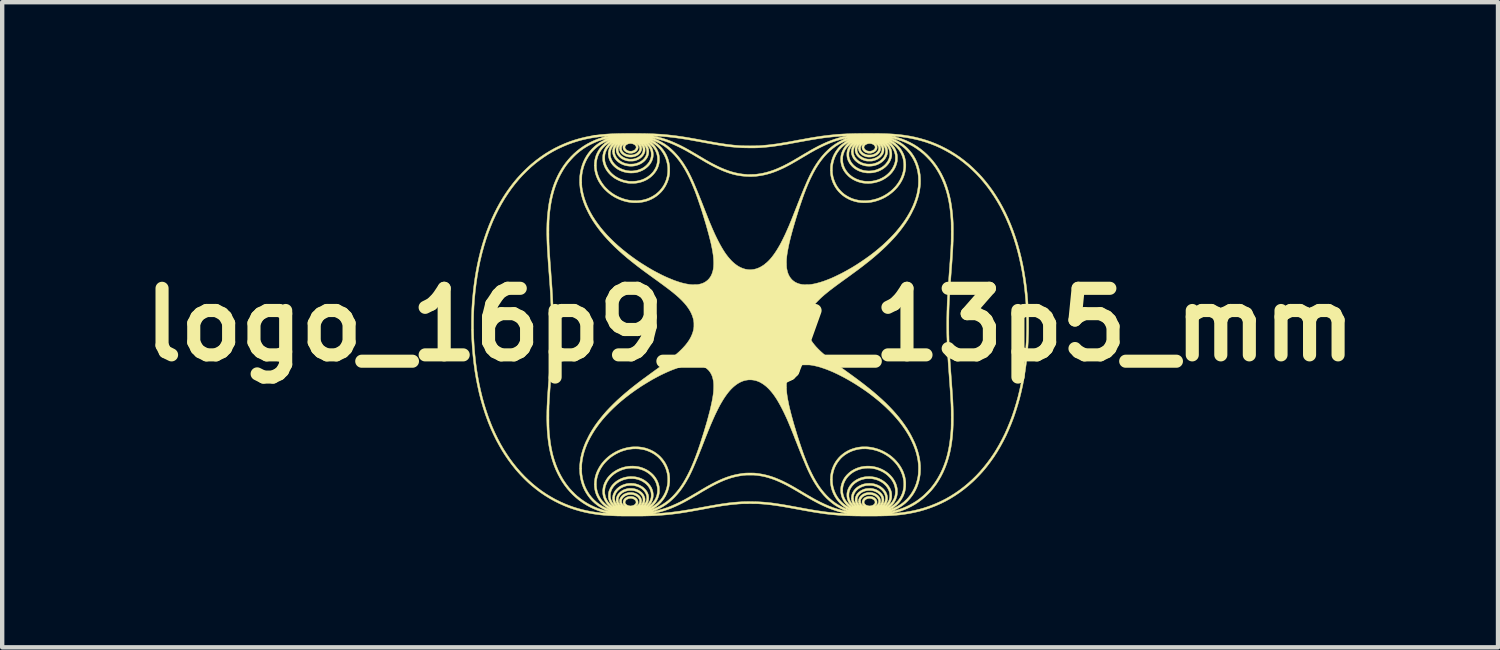
<source format=kicad_pcb>
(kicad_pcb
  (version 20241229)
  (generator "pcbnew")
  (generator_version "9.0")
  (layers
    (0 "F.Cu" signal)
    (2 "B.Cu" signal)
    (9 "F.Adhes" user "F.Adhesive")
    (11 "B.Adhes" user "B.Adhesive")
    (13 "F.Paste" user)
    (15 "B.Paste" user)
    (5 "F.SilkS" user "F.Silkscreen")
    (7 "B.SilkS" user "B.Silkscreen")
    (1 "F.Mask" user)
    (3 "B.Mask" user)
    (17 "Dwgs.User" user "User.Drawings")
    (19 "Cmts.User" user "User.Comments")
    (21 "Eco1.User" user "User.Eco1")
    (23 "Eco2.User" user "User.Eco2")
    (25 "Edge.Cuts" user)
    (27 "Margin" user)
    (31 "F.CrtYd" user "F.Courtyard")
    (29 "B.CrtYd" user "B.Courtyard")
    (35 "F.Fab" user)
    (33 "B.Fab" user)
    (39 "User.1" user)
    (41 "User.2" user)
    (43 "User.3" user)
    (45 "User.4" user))
  (footprint "logo_16p9_by_13p5_mm"
    (layer "F.Cu")
    (at 14.122 4.385)
    (property "Reference" "logo_16p9_by_13p5_mm" (at 0 0 0) (layer "F.SilkS") (effects (font (size 1.524 1.524) (thickness 0.3))))
    (attr through_hole)
    (fp_poly (pts (xy 2.791 -4.38) (xy 2.864 -4.379) (xy 2.933 -4.379) (xy 2.997 -4.378) (xy 3.057 -4.376) (xy 3.114 -4.375) (xy 3.168 -4.372) (xy 3.219 -4.37) (xy 3.268 -4.367) (xy 3.315 -4.363) (xy 3.361 -4.359) (xy 3.406 -4.355) (xy 3.45 -4.35) (xy 3.494 -4.345) (xy 3.516 -4.342) (xy 3.645 -4.322) (xy 3.771 -4.297) (xy 3.895 -4.266) (xy 4.016 -4.231) (xy 4.135 -4.191) (xy 4.252 -4.145) (xy 4.366 -4.094) (xy 4.478 -4.038) (xy 4.588 -3.977) (xy 4.695 -3.911) (xy 4.8 -3.84) (xy 4.902 -3.763) (xy 5.001 -3.683) (xy 5.032 -3.656) (xy 5.066 -3.625) (xy 5.102 -3.592) (xy 5.139 -3.556) (xy 5.176 -3.52) (xy 5.212 -3.484) (xy 5.247 -3.449) (xy 5.278 -3.415) (xy 5.304 -3.387) (xy 5.393 -3.282) (xy 5.478 -3.174) (xy 5.56 -3.061) (xy 5.637 -2.944) (xy 5.711 -2.823) (xy 5.781 -2.698) (xy 5.848 -2.568) (xy 5.91 -2.435) (xy 5.969 -2.297) (xy 6.024 -2.155) (xy 6.075 -2.01) (xy 6.123 -1.86) (xy 6.166 -1.707) (xy 6.206 -1.549) (xy 6.242 -1.388) (xy 6.25 -1.348) (xy 6.279 -1.19) (xy 6.305 -1.031) (xy 6.327 -0.87) (xy 6.345 -0.706) (xy 6.359 -0.539) (xy 6.369 -0.369) (xy 6.375 -0.229) (xy 6.377 -0.177) (xy 6.378 -0.12) (xy 6.378 -0.061) (xy 6.378 0.002) (xy 6.378 0.065) (xy 6.377 0.129) (xy 6.376 0.191) (xy 6.374 0.252) (xy 6.372 0.31) (xy 6.37 0.363) (xy 6.37 0.368) (xy 6.359 0.544) (xy 6.343 0.717) (xy 6.324 0.887) (xy 6.301 1.054) (xy 6.274 1.218) (xy 6.244 1.379) (xy 6.209 1.536) (xy 6.171 1.69) (xy 6.128 1.841) (xy 6.082 1.988) (xy 6.033 2.132) (xy 5.979 2.271) (xy 5.922 2.407) (xy 5.862 2.54) (xy 5.797 2.668) (xy 5.729 2.792) (xy 5.658 2.912) (xy 5.583 3.028) (xy 5.504 3.139) (xy 5.422 3.247) (xy 5.374 3.306) (xy 5.327 3.361) (xy 5.277 3.416) (xy 5.224 3.472) (xy 5.171 3.526) (xy 5.117 3.579) (xy 5.063 3.628) (xy 5.011 3.674) (xy 5.001 3.683) (xy 4.9 3.765) (xy 4.798 3.841) (xy 4.693 3.912) (xy 4.585 3.979) (xy 4.476 4.04) (xy 4.364 4.095) (xy 4.249 4.146) (xy 4.132 4.191) (xy 4.013 4.232) (xy 3.892 4.267) (xy 3.768 4.297) (xy 3.642 4.322) (xy 3.516 4.342) (xy 3.472 4.347) (xy 3.428 4.353) (xy 3.383 4.357) (xy 3.338 4.361) (xy 3.291 4.365) (xy 3.243 4.368) (xy 3.193 4.371) (xy 3.141 4.374) (xy 3.086 4.375) (xy 3.027 4.377) (xy 2.965 4.378) (xy 2.898 4.379) (xy 2.827 4.38) (xy 2.751 4.38) (xy 2.712 4.38) (xy 2.625 4.38) (xy 2.542 4.379) (xy 2.465 4.378) (xy 2.391 4.377) (xy 2.321 4.375) (xy 2.255 4.373) (xy 2.191 4.37) (xy 2.129 4.367) (xy 2.069 4.364) (xy 2.009 4.359) (xy 1.951 4.354) (xy 1.893 4.349) (xy 1.834 4.343) (xy 1.775 4.336) (xy 1.714 4.329) (xy 1.708 4.328) (xy 1.687 4.325) (xy 2.227 4.325) (xy 2.228 4.326) (xy 2.23 4.325) (xy 2.228 4.324) (xy 2.227 4.325) (xy 1.687 4.325) (xy 1.676 4.324) (xy 1.645 4.319) (xy 1.613 4.315) (xy 1.582 4.31) (xy 1.549 4.305) (xy 1.515 4.3) (xy 1.48 4.295) (xy 1.442 4.288) (xy 1.403 4.282) (xy 1.36 4.274) (xy 1.315 4.266) (xy 1.265 4.257) (xy 1.213 4.248) (xy 1.155 4.237) (xy 1.094 4.226) (xy 1.027 4.214) (xy 0.996 4.208) (xy 0.919 4.194) (xy 0.846 4.181) (xy 0.778 4.169) (xy 0.713 4.158) (xy 0.652 4.149) (xy 0.593 4.14) (xy 0.537 4.132) (xy 0.482 4.125) (xy 0.427 4.119) (xy 0.374 4.113) (xy 0.319 4.108) (xy 0.265 4.104) (xy 0.212 4.1) (xy 0.195 4.099) (xy 0.173 4.098) (xy 0.148 4.098) (xy 0.119 4.097) (xy 0.087 4.097) (xy 0.053 4.097) (xy 0.019 4.096) (xy -0.017 4.096) (xy -0.051 4.097) (xy -0.085 4.097) (xy -0.117 4.097) (xy -0.146 4.098) (xy -0.172 4.098) (xy -0.194 4.099) (xy -0.211 4.1) (xy -0.212 4.1) (xy -0.268 4.104) (xy -0.323 4.109) (xy -0.377 4.114) (xy -0.431 4.119) (xy -0.485 4.126) (xy -0.54 4.133) (xy -0.597 4.14) (xy -0.656 4.149) (xy -0.717 4.159) (xy -0.782 4.17) (xy -0.85 4.181) (xy -0.923 4.194) (xy -0.996 4.208) (xy -1.065 4.221) (xy -1.129 4.233) (xy -1.188 4.243) (xy -1.243 4.253) (xy -1.294 4.262) (xy -1.341 4.271) (xy -1.384 4.278) (xy -1.425 4.285) (xy -1.464 4.292) (xy -1.5 4.298) (xy -1.534 4.303) (xy -1.567 4.308) (xy -1.6 4.313) (xy -1.631 4.318) (xy -1.662 4.322) (xy -1.694 4.326) (xy -1.708 4.328) (xy -1.782 4.337) (xy -1.854 4.345) (xy -1.925 4.352) (xy -1.996 4.358) (xy -2.068 4.363) (xy -2.142 4.368) (xy -2.219 4.372) (xy -2.3 4.375) (xy -2.379 4.377) (xy -2.4 4.378) (xy -2.426 4.378) (xy -2.456 4.379) (xy -2.489 4.379) (xy -2.526 4.379) (xy -2.566 4.379) (xy -2.607 4.379) (xy -2.65 4.38) (xy -2.694 4.38) (xy -2.738 4.38) (xy -2.782 4.379) (xy -2.825 4.379) (xy -2.866 4.379) (xy -2.905 4.379) (xy -2.942 4.379) (xy -2.975 4.378) (xy -3.004 4.378) (xy -3.029 4.378) (xy -3.049 4.377) (xy -3.051 4.377) (xy -3.15 4.373) (xy -3.243 4.368) (xy -3.332 4.362) (xy -3.418 4.354) (xy -3.499 4.344) (xy -3.516 4.342) (xy -3.624 4.325) (xy -2.23 4.325) (xy -2.228 4.326) (xy -2.227 4.325) (xy -2.228 4.324) (xy -2.23 4.325) (xy -3.624 4.325) (xy -3.637 4.323) (xy -2.223 4.323) (xy -2.204 4.323) (xy -2.196 4.323) (xy -2.183 4.323) (xy -2.167 4.322) (xy -2.149 4.321) (xy -2.129 4.32) (xy -2.117 4.319) (xy -2.046 4.315) (xy -1.975 4.309) (xy -1.905 4.303) (xy -1.835 4.296) (xy -1.763 4.287) (xy -1.69 4.278) (xy -1.615 4.268) (xy -1.538 4.256) (xy -1.457 4.243) (xy -1.372 4.229) (xy -1.283 4.213) (xy -1.194 4.197) (xy -1.116 4.182) (xy -1.043 4.169) (xy -0.976 4.157) (xy -0.913 4.145) (xy -0.853 4.135) (xy -0.798 4.125) (xy -0.746 4.116) (xy -0.698 4.108) (xy -0.652 4.101) (xy -0.609 4.095) (xy -0.567 4.089) (xy -0.528 4.083) (xy -0.49 4.078) (xy -0.452 4.074) (xy -0.416 4.07) (xy -0.38 4.066) (xy -0.344 4.063) (xy -0.308 4.06) (xy -0.271 4.057) (xy -0.233 4.055) (xy -0.195 4.052) (xy -0.155 4.05) (xy -0.111 4.049) (xy -0.063 4.048) (xy -0.013 4.048) (xy 0.039 4.049) (xy 0.092 4.05) (xy 0.145 4.051) (xy 0.197 4.053) (xy 0.247 4.056) (xy 0.293 4.059) (xy 0.306 4.06) (xy 0.34 4.063) (xy 0.374 4.066) (xy 0.407 4.069) (xy 0.44 4.073) (xy 0.473 4.076) (xy 0.507 4.08) (xy 0.543 4.085) (xy 0.579 4.09) (xy 0.618 4.096) (xy 0.658 4.102) (xy 0.701 4.109) (xy 0.746 4.116) (xy 0.795 4.124) (xy 0.847 4.133) (xy 0.903 4.143) (xy 0.962 4.154) (xy 1.027 4.166) (xy 1.096 4.178) (xy 1.17 4.192) (xy 1.194 4.197) (xy 1.288 4.214) (xy 1.377 4.23) (xy 1.461 4.244) (xy 1.542 4.257) (xy 1.619 4.268) (xy 1.694 4.279) (xy 1.766 4.288) (xy 1.836 4.296) (xy 1.906 4.303) (xy 1.974 4.309) (xy 1.978 4.309) (xy 2.006 4.312) (xy 2.034 4.314) (xy 2.062 4.316) (xy 2.09 4.318) (xy 2.117 4.319) (xy 2.142 4.321) (xy 2.163 4.322) (xy 2.182 4.323) (xy 2.196 4.323) (xy 2.204 4.323) (xy 2.223 4.323) (xy 2.21 4.32) (xy 2.168 4.311) (xy 2.13 4.303) (xy 2.096 4.294) (xy 2.063 4.286) (xy 2.032 4.278) (xy 2.029 4.277) (xy 2.236 4.277) (xy 2.237 4.278) (xy 2.238 4.278) (xy 2.24 4.277) (xy 2.24 4.277) (xy 2.237 4.276) (xy 2.236 4.277) (xy 2.029 4.277) (xy 2.001 4.269) (xy 1.969 4.259) (xy 1.942 4.25) (xy 1.881 4.229) (xy 1.821 4.206) (xy 1.759 4.181) (xy 1.697 4.154) (xy 1.633 4.124) (xy 1.567 4.092) (xy 1.499 4.056) (xy 1.427 4.017) (xy 1.353 3.975) (xy 1.339 3.967) (xy 1.324 3.958) (xy 1.309 3.949) (xy 1.292 3.94) (xy 1.274 3.929) (xy 1.254 3.917) (xy 1.23 3.903) (xy 1.204 3.887) (xy 1.174 3.869) (xy 1.139 3.849) (xy 1.136 3.847) (xy 1.087 3.817) (xy 1.041 3.791) (xy 1 3.767) (xy 0.961 3.745) (xy 0.925 3.724) (xy 0.891 3.706) (xy 0.859 3.688) (xy 0.827 3.671) (xy 0.795 3.655) (xy 0.763 3.639) (xy 0.761 3.638) (xy 0.675 3.598) (xy 0.592 3.562) (xy 0.511 3.532) (xy 0.431 3.506) (xy 0.353 3.484) (xy 0.276 3.467) (xy 0.202 3.455) (xy 0.175 3.451) (xy 0.151 3.448) (xy 0.129 3.446) (xy 0.107 3.444) (xy 0.085 3.443) (xy 0.06 3.442) (xy 0.033 3.442) (xy 0.001 3.442) (xy 0 3.442) (xy -0.032 3.442) (xy -0.06 3.442) (xy -0.084 3.443) (xy -0.107 3.444) (xy -0.128 3.446) (xy -0.15 3.448) (xy -0.174 3.451) (xy -0.201 3.454) (xy -0.202 3.455) (xy -0.278 3.468) (xy -0.356 3.485) (xy -0.434 3.506) (xy -0.514 3.533) (xy -0.595 3.563) (xy -0.678 3.599) (xy -0.761 3.638) (xy -0.792 3.654) (xy -0.824 3.67) (xy -0.856 3.687) (xy -0.888 3.704) (xy -0.922 3.723) (xy -0.958 3.743) (xy -0.996 3.765) (xy -1.038 3.789) (xy -1.083 3.815) (xy -1.132 3.844) (xy -1.136 3.847) (xy -1.171 3.868) (xy -1.201 3.886) (xy -1.228 3.902) (xy -1.252 3.916) (xy -1.272 3.928) (xy -1.291 3.939) (xy -1.307 3.948) (xy -1.323 3.957) (xy -1.337 3.966) (xy -1.352 3.974) (xy -1.353 3.975) (xy -1.429 4.018) (xy -1.5 4.057) (xy -1.569 4.093) (xy -1.635 4.125) (xy -1.699 4.155) (xy -1.761 4.182) (xy -1.822 4.207) (xy -1.883 4.229) (xy -1.942 4.25) (xy -1.976 4.261) (xy -2.008 4.27) (xy -2.038 4.279) (xy -2.07 4.288) (xy -2.102 4.296) (xy -2.137 4.304) (xy -2.176 4.313) (xy -2.21 4.32) (xy -2.223 4.323) (xy -3.637 4.323) (xy -3.645 4.322) (xy -3.771 4.297) (xy -3.895 4.266) (xy -4.016 4.231) (xy -4.135 4.191) (xy -4.252 4.145) (xy -4.366 4.094) (xy -4.478 4.038) (xy -4.588 3.977) (xy -4.695 3.911) (xy -4.8 3.84) (xy -4.902 3.763) (xy -5.001 3.683) (xy -5.053 3.638) (xy -5.107 3.588) (xy -5.162 3.535) (xy -5.216 3.48) (xy -5.27 3.423) (xy -5.321 3.367) (xy -5.37 3.311) (xy -5.38 3.298) (xy -5.459 3.199) (xy -5.535 3.096) (xy -5.609 2.988) (xy -5.68 2.876) (xy -5.747 2.759) (xy -5.812 2.64) (xy -5.872 2.517) (xy -5.93 2.391) (xy -5.983 2.263) (xy -6.004 2.208) (xy -6.06 2.055) (xy -6.111 1.899) (xy -6.158 1.739) (xy -6.2 1.576) (xy -6.237 1.409) (xy -6.271 1.239) (xy -6.3 1.066) (xy -6.324 0.89) (xy -6.344 0.71) (xy -6.36 0.526) (xy -6.371 0.339) (xy -6.375 0.229) (xy -6.377 0.177) (xy -6.378 0.12) (xy -6.378 0.061) (xy -6.378 -0.002) (xy -6.378 -0.061) (xy -6.331 -0.061) (xy -6.331 0.118) (xy -6.326 0.296) (xy -6.316 0.475) (xy -6.302 0.652) (xy -6.284 0.829) (xy -6.282 0.847) (xy -6.26 1.015) (xy -6.233 1.181) (xy -6.203 1.344) (xy -6.168 1.504) (xy -6.13 1.66) (xy -6.088 1.813) (xy -6.041 1.963) (xy -5.991 2.109) (xy -5.937 2.251) (xy -5.898 2.347) (xy -5.839 2.478) (xy -5.777 2.605) (xy -5.712 2.728) (xy -5.643 2.847) (xy -5.57 2.961) (xy -5.495 3.072) (xy -5.416 3.178) (xy -5.333 3.28) (xy -5.248 3.378) (xy -5.16 3.471) (xy -5.068 3.56) (xy -4.974 3.644) (xy -4.877 3.724) (xy -4.777 3.799) (xy -4.674 3.869) (xy -4.568 3.934) (xy -4.46 3.995) (xy -4.349 4.05) (xy -4.235 4.101) (xy -4.137 4.14) (xy -4.041 4.174) (xy -3.944 4.204) (xy -3.845 4.231) (xy -3.744 4.254) (xy -3.64 4.275) (xy -3.533 4.292) (xy -3.422 4.306) (xy -3.329 4.315) (xy -3.307 4.317) (xy -3.287 4.318) (xy -3.271 4.319) (xy -3.259 4.32) (xy -3.251 4.32) (xy -3.247 4.32) (xy -3.249 4.319) (xy -3.25 4.319) (xy -3.339 4.297) (xy -3.409 4.277) (xy -2.24 4.277) (xy -2.24 4.278) (xy -2.238 4.278) (xy -2.236 4.277) (xy -2.236 4.277) (xy -2.239 4.276) (xy -2.24 4.277) (xy -3.409 4.277) (xy -3.419 4.274) (xy -2.226 4.274) (xy -2.224 4.274) (xy -2.217 4.273) (xy -2.206 4.271) (xy -2.191 4.268) (xy -2.17 4.264) (xy -2.166 4.263) (xy -2.075 4.241) (xy -1.983 4.214) (xy -1.888 4.182) (xy -1.793 4.144) (xy -1.695 4.101) (xy -1.623 4.067) (xy -1.595 4.053) (xy -1.567 4.039) (xy -1.54 4.024) (xy -1.512 4.01) (xy -1.483 3.994) (xy -1.454 3.978) (xy -1.422 3.96) (xy -1.388 3.941) (xy -1.352 3.92) (xy -1.312 3.896) (xy -1.269 3.871) (xy -1.221 3.843) (xy -1.199 3.83) (xy -1.15 3.801) (xy -1.105 3.774) (xy -1.065 3.75) (xy -1.027 3.728) (xy -0.993 3.708) (xy -0.961 3.69) (xy -0.931 3.674) (xy -0.903 3.658) (xy -0.876 3.644) (xy -0.85 3.63) (xy -0.824 3.617) (xy -0.799 3.604) (xy -0.775 3.592) (xy -0.696 3.555) (xy -0.619 3.522) (xy -0.545 3.493) (xy -0.472 3.469) (xy -0.4 3.447) (xy -0.327 3.43) (xy -0.254 3.416) (xy -0.18 3.404) (xy -0.117 3.397) (xy -0.1 3.396) (xy -0.079 3.395) (xy -0.054 3.395) (xy -0.027 3.394) (xy 0.001 3.394) (xy 0.029 3.394) (xy 0.056 3.395) (xy 0.081 3.395) (xy 0.102 3.396) (xy 0.117 3.397) (xy 0.193 3.406) (xy 0.267 3.418) (xy 0.34 3.433) (xy 0.412 3.451) (xy 0.485 3.473) (xy 0.558 3.498) (xy 0.633 3.528) (xy 0.71 3.561) (xy 0.775 3.592) (xy 0.801 3.605) (xy 0.827 3.618) (xy 0.853 3.632) (xy 0.879 3.645) (xy 0.906 3.66) (xy 0.934 3.675) (xy 0.964 3.692) (xy 0.996 3.71) (xy 1.031 3.73) (xy 1.068 3.752) (xy 1.11 3.777) (xy 1.155 3.803) (xy 1.199 3.83) (xy 1.249 3.859) (xy 1.294 3.886) (xy 1.336 3.91) (xy 1.374 3.932) (xy 1.409 3.952) (xy 1.441 3.971) (xy 1.472 3.988) (xy 1.501 4.004) (xy 1.529 4.019) (xy 1.557 4.033) (xy 1.584 4.047) (xy 1.612 4.061) (xy 1.62 4.065) (xy 1.719 4.112) (xy 1.817 4.154) (xy 1.913 4.19) (xy 2.007 4.221) (xy 2.099 4.247) (xy 2.166 4.263) (xy 2.187 4.267) (xy 2.204 4.271) (xy 2.216 4.273) (xy 2.223 4.274) (xy 2.226 4.274) (xy 2.224 4.273) (xy 2.219 4.27) (xy 2.21 4.267) (xy 2.208 4.266) (xy 2.136 4.237) (xy 2.067 4.204) (xy 2.002 4.168) (xy 1.94 4.129) (xy 1.88 4.085) (xy 1.821 4.037) (xy 1.763 3.984) (xy 1.741 3.963) (xy 1.687 3.906) (xy 1.635 3.845) (xy 1.584 3.78) (xy 1.536 3.712) (xy 1.488 3.638) (xy 1.442 3.561) (xy 1.397 3.478) (xy 1.353 3.39) (xy 1.31 3.298) (xy 1.283 3.236) (xy 1.262 3.186) (xy 1.243 3.14) (xy 1.225 3.098) (xy 1.209 3.059) (xy 1.193 3.022) (xy 1.179 2.986) (xy 1.165 2.952) (xy 1.151 2.917) (xy 1.136 2.881) (xy 1.122 2.844) (xy 1.106 2.805) (xy 1.095 2.777) (xy 1.074 2.722) (xy 1.054 2.673) (xy 1.036 2.628) (xy 1.02 2.587) (xy 1.006 2.55) (xy 0.993 2.517) (xy 0.981 2.487) (xy 0.97 2.46) (xy 0.96 2.435) (xy 0.951 2.412) (xy 0.943 2.392) (xy 0.935 2.372) (xy 0.928 2.354) (xy 0.92 2.337) (xy 0.913 2.32) (xy 0.906 2.303) (xy 0.899 2.286) (xy 0.892 2.269) (xy 0.885 2.252) (xy 0.845 2.159) (xy 0.805 2.072) (xy 0.766 1.99) (xy 0.727 1.913) (xy 0.689 1.841) (xy 0.651 1.774) (xy 0.614 1.711) (xy 0.576 1.653) (xy 0.539 1.6) (xy 0.501 1.551) (xy 0.463 1.506) (xy 0.425 1.465) (xy 0.387 1.428) (xy 0.354 1.4) (xy 0.833 1.4) (xy 0.833 1.441) (xy 0.835 1.484) (xy 0.838 1.527) (xy 0.842 1.569) (xy 0.844 1.586) (xy 0.852 1.641) (xy 0.862 1.701) (xy 0.875 1.766) (xy 0.889 1.836) (xy 0.906 1.91) (xy 0.926 1.989) (xy 0.947 2.072) (xy 0.971 2.159) (xy 0.996 2.25) (xy 1.024 2.344) (xy 1.054 2.443) (xy 1.085 2.545) (xy 1.115 2.637) (xy 1.144 2.726) (xy 1.172 2.809) (xy 1.199 2.887) (xy 1.225 2.962) (xy 1.252 3.032) (xy 1.278 3.099) (xy 1.304 3.163) (xy 1.33 3.225) (xy 1.356 3.284) (xy 1.383 3.342) (xy 1.411 3.399) (xy 1.417 3.412) (xy 1.461 3.497) (xy 1.506 3.576) (xy 1.552 3.651) (xy 1.599 3.721) (xy 1.648 3.787) (xy 1.699 3.848) (xy 1.751 3.906) (xy 1.806 3.961) (xy 1.839 3.991) (xy 1.899 4.041) (xy 1.964 4.088) (xy 2.031 4.13) (xy 2.102 4.169) (xy 2.174 4.202) (xy 2.227 4.222) (xy 2.242 4.228) (xy 2.253 4.231) (xy 2.259 4.233) (xy 2.259 4.232) (xy 2.254 4.229) (xy 2.254 4.229) (xy 3.212 4.229) (xy 3.213 4.231) (xy 3.215 4.229) (xy 3.213 4.228) (xy 3.212 4.229) (xy 2.254 4.229) (xy 2.252 4.228) (xy 2.198 4.198) (xy 2.194 4.195) (xy 2.292 4.195) (xy 2.293 4.197) (xy 2.294 4.195) (xy 2.293 4.194) (xy 2.292 4.195) (xy 2.194 4.195) (xy 2.146 4.163) (xy 2.098 4.124) (xy 2.052 4.08) (xy 2.01 4.033) (xy 1.972 3.983) (xy 1.939 3.93) (xy 1.91 3.875) (xy 1.908 3.871) (xy 1.901 3.855) (xy 1.894 3.838) (xy 1.887 3.82) (xy 1.881 3.803) (xy 1.875 3.787) (xy 1.871 3.773) (xy 1.868 3.764) (xy 1.867 3.761) (xy 1.866 3.754) (xy 1.865 3.751) (xy 1.861 3.74) (xy 1.858 3.726) (xy 1.854 3.707) (xy 1.85 3.687) (xy 1.846 3.664) (xy 1.843 3.642) (xy 1.841 3.62) (xy 1.84 3.612) (xy 1.839 3.59) (xy 1.838 3.564) (xy 1.838 3.539) (xy 1.885 3.539) (xy 1.886 3.566) (xy 1.886 3.593) (xy 1.888 3.616) (xy 1.89 3.635) (xy 1.9 3.698) (xy 1.916 3.758) (xy 1.936 3.817) (xy 1.962 3.874) (xy 1.992 3.928) (xy 2.027 3.978) (xy 2.066 4.026) (xy 2.09 4.051) (xy 2.123 4.083) (xy 2.157 4.111) (xy 2.191 4.137) (xy 2.228 4.16) (xy 2.253 4.175) (xy 2.267 4.183) (xy 2.277 4.188) (xy 2.283 4.191) (xy 2.287 4.193) (xy 2.288 4.193) (xy 2.289 4.193) (xy 2.289 4.193) (xy 2.287 4.19) (xy 2.281 4.186) (xy 2.273 4.179) (xy 2.271 4.178) (xy 2.233 4.146) (xy 2.199 4.111) (xy 2.169 4.074) (xy 2.155 4.054) (xy 2.146 4.041) (xy 2.137 4.026) (xy 2.129 4.01) (xy 2.121 3.994) (xy 2.114 3.98) (xy 2.108 3.968) (xy 2.105 3.96) (xy 2.105 3.956) (xy 2.103 3.952) (xy 2.102 3.951) (xy 2.101 3.95) (xy 2.108 3.95) (xy 2.11 3.951) (xy 2.111 3.95) (xy 2.11 3.948) (xy 2.108 3.95) (xy 2.101 3.95) (xy 2.101 3.949) (xy 2.098 3.941) (xy 2.095 3.931) (xy 2.091 3.918) (xy 2.088 3.903) (xy 2.084 3.888) (xy 2.081 3.873) (xy 2.079 3.86) (xy 2.078 3.858) (xy 2.076 3.838) (xy 2.075 3.814) (xy 2.075 3.788) (xy 2.075 3.788) (xy 2.12 3.788) (xy 2.123 3.835) (xy 2.131 3.883) (xy 2.143 3.924) (xy 2.161 3.97) (xy 2.184 4.013) (xy 2.213 4.054) (xy 2.246 4.092) (xy 2.283 4.127) (xy 2.319 4.154) (xy 2.327 4.16) (xy 2.333 4.164) (xy 2.336 4.166) (xy 2.336 4.166) (xy 2.335 4.164) (xy 2.331 4.159) (xy 2.324 4.151) (xy 2.317 4.145) (xy 2.29 4.114) (xy 2.267 4.08) (xy 2.248 4.045) (xy 2.243 4.036) (xy 2.24 4.028) (xy 2.239 4.023) (xy 2.239 4.02) (xy 2.242 4.017) (xy 2.242 4.017) (xy 2.246 4.014) (xy 2.245 4.013) (xy 2.242 4.014) (xy 2.238 4.015) (xy 2.236 4.013) (xy 2.233 4.008) (xy 2.23 3.998) (xy 2.223 3.971) (xy 2.218 3.941) (xy 2.216 3.909) (xy 2.216 3.9) (xy 2.263 3.9) (xy 2.263 3.921) (xy 2.264 3.938) (xy 2.266 3.95) (xy 2.277 3.991) (xy 2.292 4.029) (xy 2.313 4.065) (xy 2.339 4.098) (xy 2.36 4.121) (xy 2.371 4.132) (xy 2.379 4.139) (xy 2.384 4.142) (xy 2.386 4.142) (xy 2.383 4.138) (xy 2.378 4.13) (xy 2.377 4.13) (xy 2.369 4.119) (xy 2.361 4.107) (xy 2.357 4.102) (xy 2.348 4.087) (xy 2.361 4.078) (xy 2.354 4.081) (xy 2.349 4.083) (xy 2.347 4.083) (xy 2.344 4.079) (xy 2.341 4.071) (xy 2.337 4.06) (xy 2.332 4.047) (xy 2.329 4.035) (xy 2.325 4.023) (xy 2.324 4.017) (xy 2.321 4) (xy 2.32 3.979) (xy 2.32 3.957) (xy 2.32 3.953) (xy 2.367 3.953) (xy 2.367 3.977) (xy 2.369 4.001) (xy 2.373 4.021) (xy 2.373 4.022) (xy 2.382 4.045) (xy 2.393 4.069) (xy 2.407 4.091) (xy 2.417 4.105) (xy 2.424 4.113) (xy 2.431 4.121) (xy 2.438 4.128) (xy 2.443 4.133) (xy 2.447 4.136) (xy 2.449 4.137) (xy 2.448 4.134) (xy 2.444 4.13) (xy 2.44 4.125) (xy 2.44 4.121) (xy 2.443 4.117) (xy 2.443 4.117) (xy 2.447 4.113) (xy 2.446 4.113) (xy 2.442 4.114) (xy 2.438 4.116) (xy 2.435 4.115) (xy 2.432 4.112) (xy 2.428 4.105) (xy 2.424 4.096) (xy 2.415 4.074) (xy 2.408 4.047) (xy 2.405 4.02) (xy 2.405 4.004) (xy 2.452 4.004) (xy 2.452 4.022) (xy 2.454 4.039) (xy 2.456 4.049) (xy 2.464 4.07) (xy 2.475 4.091) (xy 2.488 4.11) (xy 2.495 4.118) (xy 2.503 4.127) (xy 2.509 4.132) (xy 2.512 4.134) (xy 2.513 4.133) (xy 2.511 4.129) (xy 2.508 4.125) (xy 2.502 4.115) (xy 2.495 4.101) (xy 2.489 4.086) (xy 2.486 4.074) (xy 2.485 4.071) (xy 2.483 4.062) (xy 2.482 4.053) (xy 2.482 4.052) (xy 2.481 4.047) (xy 2.484 4.044) (xy 2.49 4.044) (xy 2.499 4.044) (xy 2.491 4.042) (xy 2.486 4.04) (xy 2.484 4.039) (xy 2.53 4.039) (xy 2.53 4.052) (xy 2.531 4.062) (xy 2.533 4.071) (xy 2.537 4.079) (xy 2.538 4.082) (xy 2.544 4.093) (xy 2.552 4.105) (xy 2.556 4.111) (xy 2.562 4.118) (xy 2.57 4.125) (xy 2.579 4.133) (xy 2.588 4.14) (xy 2.596 4.146) (xy 2.602 4.15) (xy 2.604 4.15) (xy 2.603 4.148) (xy 2.599 4.142) (xy 2.593 4.135) (xy 2.592 4.134) (xy 2.58 4.118) (xy 2.572 4.101) (xy 2.571 4.101) (xy 2.568 4.092) (xy 2.566 4.085) (xy 2.566 4.083) (xy 2.569 4.081) (xy 2.574 4.079) (xy 2.581 4.076) (xy 2.572 4.074) (xy 2.563 4.072) (xy 2.564 4.061) (xy 2.611 4.061) (xy 2.613 4.078) (xy 2.621 4.094) (xy 2.632 4.109) (xy 2.648 4.122) (xy 2.661 4.129) (xy 2.689 4.14) (xy 2.714 4.146) (xy 2.739 4.148) (xy 2.764 4.145) (xy 2.768 4.145) (xy 2.793 4.138) (xy 2.815 4.128) (xy 2.833 4.116) (xy 2.847 4.102) (xy 2.856 4.086) (xy 2.86 4.07) (xy 2.86 4.056) (xy 2.856 4.039) (xy 2.847 4.024) (xy 2.835 4.011) (xy 2.817 3.997) (xy 2.794 3.986) (xy 2.77 3.978) (xy 2.744 3.974) (xy 2.734 3.974) (xy 2.721 3.975) (xy 2.705 3.978) (xy 2.688 3.982) (xy 2.673 3.987) (xy 2.663 3.991) (xy 2.648 4.001) (xy 2.635 4.013) (xy 2.623 4.027) (xy 2.615 4.042) (xy 2.611 4.056) (xy 2.611 4.061) (xy 2.564 4.061) (xy 2.565 4.053) (xy 2.569 4.031) (xy 2.579 4.009) (xy 2.593 3.989) (xy 2.611 3.97) (xy 2.631 3.955) (xy 2.638 3.952) (xy 2.669 3.939) (xy 2.7 3.931) (xy 2.734 3.929) (xy 2.734 3.929) (xy 2.762 3.93) (xy 2.786 3.934) (xy 2.81 3.941) (xy 2.825 3.948) (xy 2.838 3.954) (xy 2.848 3.96) (xy 2.857 3.968) (xy 2.868 3.979) (xy 2.87 3.981) (xy 2.885 3.998) (xy 2.896 4.014) (xy 2.903 4.03) (xy 2.906 4.046) (xy 2.907 4.059) (xy 2.906 4.084) (xy 2.899 4.105) (xy 2.888 4.125) (xy 2.88 4.135) (xy 2.873 4.143) (xy 2.867 4.149) (xy 2.865 4.152) (xy 2.865 4.153) (xy 2.867 4.153) (xy 2.872 4.15) (xy 2.879 4.144) (xy 2.888 4.138) (xy 2.897 4.13) (xy 2.905 4.123) (xy 2.911 4.117) (xy 2.912 4.116) (xy 2.92 4.106) (xy 2.928 4.093) (xy 2.933 4.084) (xy 2.937 4.073) (xy 2.94 4.065) (xy 2.941 4.055) (xy 2.942 4.042) (xy 2.942 4.041) (xy 2.94 4.023) (xy 2.937 4.007) (xy 2.93 3.991) (xy 2.92 3.974) (xy 2.919 3.972) (xy 2.9 3.95) (xy 2.877 3.93) (xy 2.85 3.913) (xy 2.818 3.9) (xy 2.795 3.893) (xy 2.779 3.89) (xy 2.759 3.888) (xy 2.737 3.888) (xy 2.714 3.888) (xy 2.692 3.89) (xy 2.674 3.893) (xy 2.668 3.894) (xy 2.638 3.905) (xy 2.609 3.919) (xy 2.584 3.936) (xy 2.563 3.956) (xy 2.547 3.979) (xy 2.541 3.989) (xy 2.536 4) (xy 2.533 4.009) (xy 2.531 4.017) (xy 2.53 4.026) (xy 2.53 4.039) (xy 2.484 4.039) (xy 2.483 4.038) (xy 2.483 4.033) (xy 2.483 4.024) (xy 2.484 4.014) (xy 2.487 4.001) (xy 2.491 3.988) (xy 2.491 3.988) (xy 2.503 3.961) (xy 2.519 3.935) (xy 2.54 3.912) (xy 2.565 3.892) (xy 2.593 3.874) (xy 2.623 3.86) (xy 2.656 3.849) (xy 2.69 3.842) (xy 2.725 3.839) (xy 2.761 3.84) (xy 2.764 3.841) (xy 2.804 3.847) (xy 2.842 3.858) (xy 2.876 3.874) (xy 2.906 3.893) (xy 2.933 3.915) (xy 2.955 3.942) (xy 2.956 3.942) (xy 2.972 3.969) (xy 2.983 3.996) (xy 2.988 4.023) (xy 2.989 4.052) (xy 2.988 4.058) (xy 2.985 4.074) (xy 2.98 4.091) (xy 2.974 4.107) (xy 2.967 4.121) (xy 2.964 4.126) (xy 2.96 4.131) (xy 2.959 4.134) (xy 2.961 4.133) (xy 2.963 4.132) (xy 2.968 4.127) (xy 2.976 4.119) (xy 2.984 4.108) (xy 2.992 4.097) (xy 2.999 4.085) (xy 3.001 4.081) (xy 3.01 4.062) (xy 3.015 4.044) (xy 3.017 4.025) (xy 3.018 4.01) (xy 3.016 3.982) (xy 3.009 3.955) (xy 2.997 3.929) (xy 2.981 3.905) (xy 2.959 3.88) (xy 2.954 3.876) (xy 2.935 3.859) (xy 2.916 3.845) (xy 2.895 3.833) (xy 2.886 3.828) (xy 2.849 3.812) (xy 2.812 3.801) (xy 2.773 3.795) (xy 2.733 3.793) (xy 2.689 3.795) (xy 2.647 3.803) (xy 2.608 3.815) (xy 2.572 3.831) (xy 2.539 3.852) (xy 2.509 3.878) (xy 2.5 3.888) (xy 2.483 3.91) (xy 2.469 3.935) (xy 2.458 3.96) (xy 2.455 3.971) (xy 2.453 3.986) (xy 2.452 4.004) (xy 2.405 4.004) (xy 2.405 3.992) (xy 2.408 3.966) (xy 2.409 3.961) (xy 2.414 3.943) (xy 2.422 3.924) (xy 2.431 3.904) (xy 2.441 3.887) (xy 2.444 3.881) (xy 2.465 3.856) (xy 2.49 3.831) (xy 2.52 3.809) (xy 2.552 3.789) (xy 2.587 3.772) (xy 2.599 3.768) (xy 2.622 3.76) (xy 2.644 3.754) (xy 2.666 3.75) (xy 2.69 3.748) (xy 2.717 3.747) (xy 2.733 3.747) (xy 2.753 3.747) (xy 2.769 3.747) (xy 2.782 3.748) (xy 2.793 3.749) (xy 2.803 3.751) (xy 2.814 3.753) (xy 2.815 3.753) (xy 2.849 3.762) (xy 2.879 3.772) (xy 2.906 3.784) (xy 2.931 3.799) (xy 2.951 3.812) (xy 2.981 3.836) (xy 3.008 3.863) (xy 3.029 3.892) (xy 3.046 3.922) (xy 3.058 3.954) (xy 3.064 3.988) (xy 3.065 4.01) (xy 3.063 4.043) (xy 3.055 4.075) (xy 3.043 4.105) (xy 3.029 4.129) (xy 3.024 4.136) (xy 3.031 4.13) (xy 3.038 4.123) (xy 3.046 4.113) (xy 3.056 4.101) (xy 3.065 4.089) (xy 3.072 4.078) (xy 3.073 4.077) (xy 3.085 4.053) (xy 3.093 4.028) (xy 3.098 4.001) (xy 3.101 3.981) (xy 3.1 3.948) (xy 3.094 3.915) (xy 3.083 3.883) (xy 3.067 3.851) (xy 3.047 3.821) (xy 3.022 3.792) (xy 3.006 3.777) (xy 2.972 3.75) (xy 2.934 3.728) (xy 2.892 3.708) (xy 2.848 3.693) (xy 2.817 3.685) (xy 2.805 3.683) (xy 2.793 3.681) (xy 2.781 3.68) (xy 2.767 3.679) (xy 2.749 3.679) (xy 2.732 3.679) (xy 2.707 3.679) (xy 2.686 3.68) (xy 2.668 3.681) (xy 2.651 3.684) (xy 2.634 3.687) (xy 2.616 3.691) (xy 2.614 3.692) (xy 2.571 3.706) (xy 2.532 3.724) (xy 2.496 3.745) (xy 2.464 3.769) (xy 2.435 3.797) (xy 2.411 3.827) (xy 2.391 3.86) (xy 2.377 3.895) (xy 2.373 3.907) (xy 2.369 3.929) (xy 2.367 3.953) (xy 2.32 3.953) (xy 2.32 3.936) (xy 2.323 3.918) (xy 2.323 3.917) (xy 2.332 3.88) (xy 2.347 3.843) (xy 2.367 3.809) (xy 2.391 3.776) (xy 2.419 3.746) (xy 2.451 3.719) (xy 2.487 3.695) (xy 2.51 3.683) (xy 2.548 3.665) (xy 2.584 3.651) (xy 2.62 3.642) (xy 2.657 3.635) (xy 2.696 3.632) (xy 2.729 3.631) (xy 2.757 3.632) (xy 2.781 3.633) (xy 2.803 3.635) (xy 2.825 3.639) (xy 2.848 3.644) (xy 2.857 3.647) (xy 2.902 3.661) (xy 2.943 3.679) (xy 2.983 3.701) (xy 3.019 3.727) (xy 3.051 3.755) (xy 3.08 3.787) (xy 3.103 3.82) (xy 3.117 3.845) (xy 3.133 3.883) (xy 3.143 3.921) (xy 3.148 3.958) (xy 3.147 3.995) (xy 3.147 3.996) (xy 3.141 4.029) (xy 3.132 4.06) (xy 3.118 4.09) (xy 3.1 4.121) (xy 3.087 4.139) (xy 3.085 4.142) (xy 3.086 4.142) (xy 3.09 4.139) (xy 3.096 4.134) (xy 3.103 4.127) (xy 3.111 4.119) (xy 3.119 4.111) (xy 3.123 4.107) (xy 3.148 4.074) (xy 3.169 4.04) (xy 3.184 4.005) (xy 3.193 3.967) (xy 3.198 3.928) (xy 3.198 3.912) (xy 3.196 3.874) (xy 3.19 3.838) (xy 3.179 3.803) (xy 3.163 3.768) (xy 3.143 3.732) (xy 3.138 3.726) (xy 3.111 3.69) (xy 3.079 3.657) (xy 3.043 3.626) (xy 3.003 3.599) (xy 2.96 3.576) (xy 2.914 3.556) (xy 2.866 3.541) (xy 2.817 3.53) (xy 2.783 3.525) (xy 2.766 3.523) (xy 2.744 3.523) (xy 2.721 3.523) (xy 2.696 3.523) (xy 2.672 3.524) (xy 2.651 3.526) (xy 2.633 3.528) (xy 2.626 3.529) (xy 2.577 3.54) (xy 2.531 3.555) (xy 2.487 3.575) (xy 2.447 3.597) (xy 2.409 3.623) (xy 2.375 3.652) (xy 2.345 3.684) (xy 2.319 3.719) (xy 2.298 3.755) (xy 2.281 3.793) (xy 2.269 3.834) (xy 2.268 3.842) (xy 2.265 3.86) (xy 2.264 3.879) (xy 2.263 3.9) (xy 2.216 3.9) (xy 2.216 3.877) (xy 2.218 3.851) (xy 2.227 3.807) (xy 2.242 3.765) (xy 2.261 3.724) (xy 2.285 3.685) (xy 2.314 3.648) (xy 2.347 3.614) (xy 2.382 3.584) (xy 2.426 3.554) (xy 2.473 3.529) (xy 2.522 3.508) (xy 2.574 3.492) (xy 2.627 3.481) (xy 2.682 3.476) (xy 2.738 3.475) (xy 2.794 3.479) (xy 2.85 3.488) (xy 2.864 3.491) (xy 2.913 3.506) (xy 2.961 3.524) (xy 3.006 3.547) (xy 3.048 3.573) (xy 3.088 3.602) (xy 3.124 3.635) (xy 3.156 3.67) (xy 3.183 3.708) (xy 3.206 3.748) (xy 3.224 3.789) (xy 3.224 3.79) (xy 3.231 3.81) (xy 3.236 3.827) (xy 3.24 3.844) (xy 3.242 3.862) (xy 3.243 3.881) (xy 3.244 3.904) (xy 3.244 3.913) (xy 3.244 3.933) (xy 3.243 3.948) (xy 3.243 3.96) (xy 3.242 3.97) (xy 3.24 3.979) (xy 3.238 3.988) (xy 3.238 3.989) (xy 3.223 4.032) (xy 3.206 4.07) (xy 3.184 4.106) (xy 3.157 4.139) (xy 3.153 4.144) (xy 3.145 4.153) (xy 3.14 4.158) (xy 3.139 4.16) (xy 3.141 4.159) (xy 3.144 4.158) (xy 3.154 4.151) (xy 3.167 4.14) (xy 3.182 4.128) (xy 3.196 4.115) (xy 3.21 4.102) (xy 3.222 4.089) (xy 3.23 4.081) (xy 3.26 4.042) (xy 3.284 4.001) (xy 3.303 3.959) (xy 3.316 3.915) (xy 3.324 3.869) (xy 3.327 3.821) (xy 3.327 3.803) (xy 3.322 3.754) (xy 3.312 3.706) (xy 3.297 3.659) (xy 3.277 3.613) (xy 3.252 3.569) (xy 3.222 3.527) (xy 3.187 3.487) (xy 3.148 3.449) (xy 3.105 3.414) (xy 3.073 3.392) (xy 3.041 3.373) (xy 3.004 3.354) (xy 2.965 3.336) (xy 2.925 3.321) (xy 2.887 3.308) (xy 2.865 3.302) (xy 2.807 3.291) (xy 2.748 3.284) (xy 2.691 3.283) (xy 2.634 3.286) (xy 2.577 3.294) (xy 2.523 3.306) (xy 2.47 3.324) (xy 2.419 3.345) (xy 2.371 3.371) (xy 2.326 3.401) (xy 2.284 3.435) (xy 2.246 3.473) (xy 2.246 3.473) (xy 2.213 3.513) (xy 2.185 3.556) (xy 2.162 3.6) (xy 2.144 3.646) (xy 2.131 3.692) (xy 2.123 3.74) (xy 2.12 3.788) (xy 2.075 3.788) (xy 2.075 3.762) (xy 2.077 3.736) (xy 2.079 3.712) (xy 2.082 3.693) (xy 2.083 3.69) (xy 2.097 3.637) (xy 2.117 3.586) (xy 2.141 3.537) (xy 2.17 3.491) (xy 2.205 3.448) (xy 2.22 3.432) (xy 2.262 3.392) (xy 2.307 3.356) (xy 2.356 3.325) (xy 2.409 3.298) (xy 2.465 3.275) (xy 2.523 3.257) (xy 2.562 3.249) (xy 2.604 3.242) (xy 2.649 3.238) (xy 2.694 3.236) (xy 2.739 3.237) (xy 2.78 3.24) (xy 2.841 3.249) (xy 2.901 3.264) (xy 2.96 3.283) (xy 3.016 3.307) (xy 3.07 3.335) (xy 3.121 3.368) (xy 3.168 3.404) (xy 3.211 3.444) (xy 3.216 3.449) (xy 3.254 3.493) (xy 3.287 3.538) (xy 3.315 3.586) (xy 3.338 3.635) (xy 3.356 3.686) (xy 3.368 3.738) (xy 3.372 3.771) (xy 3.375 3.82) (xy 3.372 3.869) (xy 3.364 3.917) (xy 3.35 3.964) (xy 3.332 4.01) (xy 3.308 4.053) (xy 3.292 4.078) (xy 3.277 4.097) (xy 3.259 4.118) (xy 3.24 4.138) (xy 3.221 4.156) (xy 3.203 4.172) (xy 3.202 4.173) (xy 3.193 4.18) (xy 3.186 4.186) (xy 3.183 4.19) (xy 3.182 4.191) (xy 3.185 4.19) (xy 3.192 4.186) (xy 3.202 4.181) (xy 3.214 4.174) (xy 3.227 4.166) (xy 3.241 4.157) (xy 3.255 4.148) (xy 3.267 4.139) (xy 3.278 4.132) (xy 3.278 4.131) (xy 3.294 4.119) (xy 3.312 4.103) (xy 3.331 4.085) (xy 3.351 4.066) (xy 3.369 4.047) (xy 3.386 4.029) (xy 3.399 4.013) (xy 3.401 4.009) (xy 3.434 3.961) (xy 3.461 3.911) (xy 3.483 3.859) (xy 3.5 3.805) (xy 3.511 3.749) (xy 3.518 3.692) (xy 3.519 3.635) (xy 3.515 3.576) (xy 3.505 3.517) (xy 3.491 3.458) (xy 3.475 3.412) (xy 3.46 3.375) (xy 3.441 3.335) (xy 3.419 3.295) (xy 3.394 3.255) (xy 3.368 3.217) (xy 3.346 3.188) (xy 3.332 3.172) (xy 3.315 3.153) (xy 3.296 3.132) (xy 3.275 3.111) (xy 3.255 3.091) (xy 3.235 3.074) (xy 3.218 3.059) (xy 3.217 3.058) (xy 3.161 3.015) (xy 3.101 2.976) (xy 3.04 2.942) (xy 2.977 2.913) (xy 2.912 2.888) (xy 2.845 2.869) (xy 2.778 2.854) (xy 2.711 2.845) (xy 2.643 2.84) (xy 2.576 2.841) (xy 2.509 2.847) (xy 2.489 2.85) (xy 2.432 2.862) (xy 2.378 2.877) (xy 2.325 2.896) (xy 2.273 2.92) (xy 2.218 2.95) (xy 2.167 2.983) (xy 2.12 3.02) (xy 2.077 3.061) (xy 2.038 3.107) (xy 2.001 3.157) (xy 2.001 3.158) (xy 1.969 3.21) (xy 1.942 3.265) (xy 1.92 3.323) (xy 1.903 3.382) (xy 1.892 3.443) (xy 1.888 3.469) (xy 1.887 3.489) (xy 1.886 3.513) (xy 1.885 3.539) (xy 1.838 3.539) (xy 1.838 3.535) (xy 1.839 3.507) (xy 1.84 3.48) (xy 1.842 3.455) (xy 1.844 3.442) (xy 1.856 3.377) (xy 1.874 3.314) (xy 1.896 3.254) (xy 1.923 3.196) (xy 1.955 3.141) (xy 1.991 3.09) (xy 2.032 3.041) (xy 2.077 2.996) (xy 2.127 2.955) (xy 2.18 2.917) (xy 2.187 2.913) (xy 2.238 2.884) (xy 2.293 2.858) (xy 2.351 2.837) (xy 2.411 2.819) (xy 2.472 2.806) (xy 2.525 2.798) (xy 2.56 2.795) (xy 2.6 2.794) (xy 2.641 2.794) (xy 2.682 2.795) (xy 2.721 2.798) (xy 2.756 2.803) (xy 2.757 2.803) (xy 2.827 2.816) (xy 2.894 2.834) (xy 2.96 2.856) (xy 3.024 2.883) (xy 3.086 2.914) (xy 3.145 2.949) (xy 3.202 2.987) (xy 3.255 3.029) (xy 3.305 3.074) (xy 3.352 3.123) (xy 3.394 3.174) (xy 3.433 3.227) (xy 3.467 3.283) (xy 3.497 3.341) (xy 3.521 3.401) (xy 3.541 3.463) (xy 3.544 3.474) (xy 3.552 3.512) (xy 3.559 3.547) (xy 3.563 3.581) (xy 3.565 3.617) (xy 3.565 3.649) (xy 3.564 3.705) (xy 3.558 3.758) (xy 3.548 3.809) (xy 3.533 3.859) (xy 3.514 3.909) (xy 3.504 3.93) (xy 3.477 3.98) (xy 3.446 4.028) (xy 3.41 4.073) (xy 3.369 4.116) (xy 3.325 4.154) (xy 3.279 4.189) (xy 3.244 4.211) (xy 3.233 4.217) (xy 3.225 4.222) (xy 3.22 4.226) (xy 3.219 4.227) (xy 3.222 4.227) (xy 3.229 4.224) (xy 3.24 4.22) (xy 3.254 4.215) (xy 3.27 4.208) (xy 3.287 4.201) (xy 3.304 4.193) (xy 3.321 4.185) (xy 3.336 4.177) (xy 3.35 4.171) (xy 3.35 4.17) (xy 3.386 4.15) (xy 3.423 4.127) (xy 3.46 4.102) (xy 3.495 4.076) (xy 3.508 4.066) (xy 3.522 4.054) (xy 3.538 4.039) (xy 3.556 4.022) (xy 3.574 4.005) (xy 3.592 3.987) (xy 3.608 3.97) (xy 3.621 3.955) (xy 3.625 3.951) (xy 3.67 3.894) (xy 3.71 3.833) (xy 3.746 3.769) (xy 3.777 3.703) (xy 3.803 3.635) (xy 3.823 3.564) (xy 3.839 3.492) (xy 3.84 3.488) (xy 3.844 3.464) (xy 3.847 3.443) (xy 3.849 3.422) (xy 3.851 3.401) (xy 3.852 3.378) (xy 3.853 3.353) (xy 3.854 3.323) (xy 3.854 3.318) (xy 3.855 3.277) (xy 3.854 3.241) (xy 3.853 3.208) (xy 3.85 3.176) (xy 3.846 3.143) (xy 3.842 3.108) (xy 3.839 3.095) (xy 3.823 3.009) (xy 3.8 2.922) (xy 3.772 2.836) (xy 3.738 2.749) (xy 3.699 2.662) (xy 3.655 2.575) (xy 3.605 2.489) (xy 3.55 2.402) (xy 3.49 2.316) (xy 3.425 2.23) (xy 3.354 2.145) (xy 3.279 2.06) (xy 3.198 1.976) (xy 3.112 1.892) (xy 3.045 1.83) (xy 2.972 1.766) (xy 2.897 1.704) (xy 2.819 1.642) (xy 2.74 1.581) (xy 2.659 1.522) (xy 2.576 1.465) (xy 2.493 1.41) (xy 2.409 1.356) (xy 2.325 1.305) (xy 2.24 1.256) (xy 2.156 1.209) (xy 2.073 1.166) (xy 1.991 1.125) (xy 1.91 1.087) (xy 1.83 1.053) (xy 1.753 1.022) (xy 1.677 0.995) (xy 1.604 0.971) (xy 1.535 0.952) (xy 1.468 0.937) (xy 1.464 0.936) (xy 1.438 0.931) (xy 1.416 0.927) (xy 1.396 0.924) (xy 1.378 0.922) (xy 1.359 0.92) (xy 1.338 0.919) (xy 1.315 0.919) (xy 1.287 0.919) (xy 1.283 0.919) (xy 1.259 0.919) (xy 1.239 0.919) (xy 1.224 0.919) (xy 1.211 0.92) (xy 1.201 0.92) (xy 1.191 0.922) (xy 1.182 0.923) (xy 1.172 0.925) (xy 1.171 0.925) (xy 1.126 0.936) (xy 1.085 0.95) (xy 1.047 0.967) (xy 1.013 0.988) (xy 0.981 1.012) (xy 0.966 1.026) (xy 0.935 1.058) (xy 0.909 1.095) (xy 0.887 1.135) (xy 0.868 1.179) (xy 0.853 1.228) (xy 0.842 1.28) (xy 0.839 1.295) (xy 0.836 1.326) (xy 0.834 1.361) (xy 0.833 1.4) (xy 0.354 1.4) (xy 0.348 1.395) (xy 0.308 1.365) (xy 0.271 1.341) (xy 0.222 1.313) (xy 0.172 1.292) (xy 0.122 1.276) (xy 0.071 1.266) (xy 0.02 1.261) (xy -0.031 1.261) (xy -0.082 1.268) (xy -0.133 1.279) (xy -0.183 1.296) (xy -0.233 1.319) (xy -0.282 1.347) (xy -0.315 1.37) (xy -0.354 1.4) (xy -0.392 1.433) (xy -0.43 1.47) (xy -0.468 1.511) (xy -0.505 1.556) (xy -0.542 1.605) (xy -0.579 1.658) (xy -0.616 1.715) (xy -0.653 1.777) (xy -0.691 1.843) (xy -0.728 1.914) (xy -0.766 1.991) (xy -0.805 2.072) (xy -0.844 2.159) (xy -0.884 2.251) (xy -0.885 2.252) (xy -0.892 2.27) (xy -0.9 2.287) (xy -0.907 2.304) (xy -0.914 2.32) (xy -0.92 2.337) (xy -0.927 2.353) (xy -0.934 2.371) (xy -0.942 2.39) (xy -0.95 2.41) (xy -0.959 2.432) (xy -0.969 2.456) (xy -0.979 2.483) (xy -0.991 2.512) (xy -1.004 2.544) (xy -1.018 2.58) (xy -1.034 2.62) (xy -1.051 2.664) (xy -1.07 2.713) (xy -1.091 2.766) (xy -1.095 2.777) (xy -1.112 2.82) (xy -1.128 2.861) (xy -1.144 2.899) (xy -1.158 2.936) (xy -1.173 2.973) (xy -1.188 3.01) (xy -1.204 3.047) (xy -1.22 3.087) (xy -1.238 3.129) (xy -1.257 3.175) (xy -1.279 3.224) (xy -1.283 3.236) (xy -1.321 3.322) (xy -1.359 3.402) (xy -1.397 3.479) (xy -1.437 3.551) (xy -1.477 3.62) (xy -1.519 3.686) (xy -1.52 3.688) (xy -1.557 3.742) (xy -1.593 3.792) (xy -1.629 3.838) (xy -1.666 3.882) (xy -1.705 3.925) (xy -1.741 3.963) (xy -1.799 4.018) (xy -1.857 4.068) (xy -1.917 4.113) (xy -1.978 4.154) (xy -2.042 4.191) (xy -2.109 4.225) (xy -2.18 4.255) (xy -2.208 4.266) (xy -2.218 4.27) (xy -2.223 4.272) (xy -2.226 4.274) (xy -3.419 4.274) (xy -3.425 4.272) (xy -3.506 4.244) (xy -3.585 4.212) (xy -3.661 4.176) (xy -3.734 4.136) (xy -3.807 4.092) (xy -3.839 4.071) (xy -3.917 4.015) (xy -3.991 3.954) (xy -4.061 3.89) (xy -4.127 3.821) (xy -4.19 3.748) (xy -4.249 3.671) (xy -4.304 3.59) (xy -4.355 3.505) (xy -4.402 3.417) (xy -4.446 3.324) (xy -4.485 3.228) (xy -4.497 3.195) (xy -4.526 3.108) (xy -4.552 3.019) (xy -4.575 2.927) (xy -4.595 2.832) (xy -4.612 2.733) (xy -4.626 2.631) (xy -4.637 2.524) (xy -4.646 2.414) (xy -4.651 2.299) (xy -4.654 2.18) (xy -4.654 2.131) (xy -4.654 2.088) (xy -4.653 2.046) (xy -4.653 2.003) (xy -4.652 1.959) (xy -4.65 1.914) (xy -4.649 1.867) (xy -4.646 1.818) (xy -4.644 1.767) (xy -4.641 1.713) (xy -4.638 1.656) (xy -4.634 1.596) (xy -4.63 1.531) (xy -4.625 1.462) (xy -4.62 1.389) (xy -4.614 1.31) (xy -4.611 1.276) (xy -4.607 1.21) (xy -4.602 1.15) (xy -4.598 1.094) (xy -4.594 1.043) (xy -4.591 0.996) (xy -4.588 0.953) (xy -4.585 0.913) (xy -4.582 0.876) (xy -4.58 0.842) (xy -4.578 0.81) (xy -4.576 0.779) (xy -4.574 0.75) (xy -4.572 0.722) (xy -4.571 0.694) (xy -4.569 0.667) (xy -4.568 0.641) (xy -4.565 0.581) (xy -4.562 0.527) (xy -4.56 0.476) (xy -4.558 0.428) (xy -4.556 0.382) (xy -4.555 0.337) (xy -4.554 0.292) (xy -4.553 0.247) (xy -4.552 0.2) (xy -4.552 0.151) (xy -4.551 0.098) (xy -4.551 0.042) (xy -4.551 0) (xy -4.551 -0.06) (xy -4.551 -0.115) (xy -4.552 -0.167) (xy -4.552 -0.215) (xy -4.553 -0.261) (xy -4.554 -0.306) (xy -4.555 -0.351) (xy -4.557 -0.396) (xy -4.558 -0.443) (xy -4.561 -0.492) (xy -4.563 -0.544) (xy -4.566 -0.6) (xy -4.568 -0.641) (xy -4.569 -0.668) (xy -4.571 -0.695) (xy -4.572 -0.723) (xy -4.574 -0.751) (xy -4.576 -0.78) (xy -4.578 -0.811) (xy -4.58 -0.843) (xy -4.582 -0.878) (xy -4.585 -0.915) (xy -4.588 -0.955) (xy -4.591 -0.998) (xy -4.594 -1.045) (xy -4.598 -1.096) (xy -4.602 -1.152) (xy -4.607 -1.212) (xy -4.611 -1.276) (xy -4.617 -1.349) (xy -4.622 -1.418) (xy -4.626 -1.481) (xy -4.63 -1.541) (xy -4.634 -1.596) (xy -4.637 -1.649) (xy -4.64 -1.698) (xy -4.643 -1.745) (xy -4.645 -1.79) (xy -4.647 -1.834) (xy -4.649 -1.877) (xy -4.65 -1.919) (xy -4.651 -1.937) (xy -4.654 -2.068) (xy -4.654 -2.119) (xy -4.605 -2.119) (xy -4.604 -2.081) (xy -4.604 -2.042) (xy -4.604 -2.005) (xy -4.604 -1.97) (xy -4.603 -1.936) (xy -4.603 -1.906) (xy -4.602 -1.879) (xy -4.601 -1.856) (xy -4.601 -1.841) (xy -4.599 -1.8) (xy -4.597 -1.76) (xy -4.594 -1.72) (xy -4.592 -1.68) (xy -4.59 -1.64) (xy -4.587 -1.599) (xy -4.584 -1.556) (xy -4.581 -1.511) (xy -4.578 -1.463) (xy -4.574 -1.411) (xy -4.57 -1.356) (xy -4.566 -1.296) (xy -4.562 -1.247) (xy -4.557 -1.181) (xy -4.553 -1.119) (xy -4.548 -1.062) (xy -4.545 -1.01) (xy -4.541 -0.961) (xy -4.538 -0.915) (xy -4.535 -0.873) (xy -4.532 -0.832) (xy -4.53 -0.794) (xy -4.528 -0.757) (xy -4.525 -0.721) (xy -4.523 -0.685) (xy -4.521 -0.65) (xy -4.52 -0.624) (xy -4.514 -0.505) (xy -4.51 -0.384) (xy -4.506 -0.264) (xy -4.504 -0.144) (xy -4.503 -0.027) (xy -4.503 0.087) (xy -4.504 0.166) (xy -4.505 0.216) (xy -4.506 0.264) (xy -4.507 0.312) (xy -4.509 0.358) (xy -4.51 0.404) (xy -4.512 0.45) (xy -4.514 0.497) (xy -4.516 0.544) (xy -4.518 0.592) (xy -4.521 0.642) (xy -4.524 0.694) (xy -4.527 0.748) (xy -4.531 0.805) (xy -4.535 0.865) (xy -4.539 0.928) (xy -4.544 0.996) (xy -4.549 1.067) (xy -4.554 1.144) (xy -4.561 1.226) (xy -4.562 1.247) (xy -4.567 1.311) (xy -4.571 1.37) (xy -4.575 1.425) (xy -4.579 1.475) (xy -4.582 1.523) (xy -4.585 1.567) (xy -4.588 1.61) (xy -4.59 1.651) (xy -4.593 1.691) (xy -4.595 1.73) (xy -4.597 1.77) (xy -4.599 1.81) (xy -4.601 1.841) (xy -4.602 1.861) (xy -4.602 1.884) (xy -4.603 1.912) (xy -4.603 1.943) (xy -4.604 1.977) (xy -4.604 2.013) (xy -4.604 2.05) (xy -4.604 2.089) (xy -4.605 2.128) (xy -4.604 2.166) (xy -4.604 2.204) (xy -4.604 2.24) (xy -4.604 2.274) (xy -4.603 2.305) (xy -4.603 2.333) (xy -4.602 2.357) (xy -4.601 2.376) (xy -4.601 2.388) (xy -4.594 2.484) (xy -4.585 2.575) (xy -4.575 2.661) (xy -4.563 2.744) (xy -4.549 2.823) (xy -4.533 2.9) (xy -4.516 2.974) (xy -4.496 3.046) (xy -4.474 3.117) (xy -4.449 3.188) (xy -4.435 3.226) (xy -4.421 3.261) (xy -4.407 3.294) (xy -4.393 3.328) (xy -4.376 3.362) (xy -4.359 3.398) (xy -4.322 3.468) (xy -4.284 3.534) (xy -4.243 3.597) (xy -4.2 3.658) (xy -4.153 3.719) (xy -4.133 3.744) (xy -4.118 3.761) (xy -4.1 3.78) (xy -4.08 3.802) (xy -4.057 3.825) (xy -4.034 3.848) (xy -4.012 3.871) (xy -3.99 3.891) (xy -3.97 3.91) (xy -3.953 3.925) (xy -3.951 3.926) (xy -3.878 3.985) (xy -3.803 4.038) (xy -3.726 4.087) (xy -3.647 4.13) (xy -3.564 4.169) (xy -3.479 4.204) (xy -3.397 4.232) (xy -3.381 4.237) (xy -3.364 4.242) (xy -3.344 4.247) (xy -3.324 4.252) (xy -3.305 4.258) (xy -3.286 4.262) (xy -3.269 4.266) (xy -3.255 4.27) (xy -3.245 4.272) (xy -3.24 4.272) (xy -3.241 4.272) (xy -3.246 4.269) (xy -3.254 4.265) (xy -3.262 4.262) (xy -3.329 4.233) (xy -3.337 4.229) (xy -3.215 4.229) (xy -3.213 4.231) (xy -3.212 4.229) (xy -3.213 4.228) (xy -3.215 4.229) (xy -3.337 4.229) (xy -3.391 4.201) (xy -3.449 4.167) (xy -3.504 4.128) (xy -3.556 4.086) (xy -3.606 4.04) (xy -3.61 4.036) (xy -3.661 3.981) (xy -3.707 3.922) (xy -3.748 3.861) (xy -3.785 3.797) (xy -3.817 3.73) (xy -3.844 3.66) (xy -3.866 3.588) (xy -3.883 3.512) (xy -3.896 3.433) (xy -3.896 3.428) (xy -3.898 3.405) (xy -3.9 3.379) (xy -3.901 3.349) (xy -3.902 3.319) (xy -3.903 3.291) (xy -3.855 3.291) (xy -3.854 3.321) (xy -3.854 3.351) (xy -3.853 3.378) (xy -3.851 3.403) (xy -3.849 3.424) (xy -3.848 3.431) (xy -3.836 3.508) (xy -3.819 3.581) (xy -3.797 3.651) (xy -3.771 3.717) (xy -3.74 3.781) (xy -3.705 3.842) (xy -3.665 3.901) (xy -3.625 3.951) (xy -3.613 3.964) (xy -3.598 3.98) (xy -3.581 3.998) (xy -3.563 4.016) (xy -3.544 4.033) (xy -3.527 4.049) (xy -3.513 4.062) (xy -3.508 4.066) (xy -3.475 4.091) (xy -3.438 4.117) (xy -3.401 4.141) (xy -3.364 4.163) (xy -3.35 4.17) (xy -3.337 4.177) (xy -3.321 4.185) (xy -3.304 4.193) (xy -3.287 4.2) (xy -3.27 4.208) (xy -3.254 4.214) (xy -3.241 4.22) (xy -3.229 4.224) (xy -3.222 4.227) (xy -3.219 4.227) (xy -3.219 4.227) (xy -3.22 4.225) (xy -3.226 4.221) (xy -3.235 4.216) (xy -3.244 4.211) (xy -3.268 4.195) (xy -2.294 4.195) (xy -2.293 4.197) (xy -2.292 4.195) (xy -2.293 4.194) (xy -2.294 4.195) (xy -3.268 4.195) (xy -3.294 4.178) (xy -3.341 4.142) (xy -3.384 4.101) (xy -3.424 4.057) (xy -3.459 4.009) (xy -3.489 3.959) (xy -3.515 3.905) (xy -3.536 3.85) (xy -3.542 3.831) (xy -3.552 3.789) (xy -3.559 3.747) (xy -3.564 3.703) (xy -3.565 3.655) (xy -3.565 3.649) (xy -3.565 3.648) (xy -3.519 3.648) (xy -3.518 3.673) (xy -3.514 3.732) (xy -3.503 3.789) (xy -3.488 3.844) (xy -3.467 3.897) (xy -3.441 3.948) (xy -3.41 3.997) (xy -3.401 4.01) (xy -3.389 4.025) (xy -3.373 4.043) (xy -3.355 4.061) (xy -3.336 4.081) (xy -3.317 4.099) (xy -3.299 4.115) (xy -3.282 4.129) (xy -3.278 4.131) (xy -3.268 4.139) (xy -3.255 4.147) (xy -3.242 4.156) (xy -3.228 4.165) (xy -3.214 4.173) (xy -3.202 4.181) (xy -3.192 4.186) (xy -3.185 4.19) (xy -3.182 4.191) (xy -3.182 4.191) (xy -3.184 4.188) (xy -3.189 4.184) (xy -3.197 4.177) (xy -3.202 4.173) (xy -3.233 4.146) (xy -3.262 4.115) (xy -3.289 4.081) (xy -3.313 4.045) (xy -3.333 4.008) (xy -3.347 3.973) (xy -3.351 3.963) (xy -3.352 3.956) (xy -3.352 3.953) (xy -3.35 3.951) (xy -3.347 3.949) (xy -3.35 3.949) (xy -3.351 3.949) (xy -3.353 3.949) (xy -3.355 3.947) (xy -3.358 3.942) (xy -3.36 3.933) (xy -3.363 3.92) (xy -3.366 3.909) (xy -3.373 3.864) (xy -3.374 3.833) (xy -3.327 3.833) (xy -3.325 3.868) (xy -3.323 3.876) (xy -3.314 3.923) (xy -3.299 3.967) (xy -3.278 4.01) (xy -3.253 4.051) (xy -3.23 4.081) (xy -3.22 4.091) (xy -3.208 4.104) (xy -3.194 4.117) (xy -3.179 4.13) (xy -3.165 4.142) (xy -3.152 4.152) (xy -3.144 4.158) (xy -3.14 4.16) (xy -3.139 4.16) (xy -3.142 4.156) (xy -3.148 4.149) (xy -3.153 4.144) (xy -3.177 4.115) (xy -3.198 4.084) (xy -3.215 4.053) (xy -3.222 4.037) (xy -3.225 4.027) (xy -3.227 4.021) (xy -3.226 4.018) (xy -3.224 4.016) (xy -3.224 4.016) (xy -3.221 4.014) (xy -3.223 4.014) (xy -3.225 4.015) (xy -3.227 4.015) (xy -3.23 4.013) (xy -3.232 4.009) (xy -3.234 4.001) (xy -3.237 3.989) (xy -3.237 3.989) (xy -3.24 3.978) (xy -3.242 3.967) (xy -3.243 3.957) (xy -3.244 3.945) (xy -3.244 3.93) (xy -3.244 3.922) (xy -3.199 3.922) (xy -3.195 3.959) (xy -3.187 3.996) (xy -3.182 4.009) (xy -3.169 4.04) (xy -3.153 4.068) (xy -3.134 4.094) (xy -3.11 4.12) (xy -3.108 4.122) (xy -3.096 4.134) (xy -3.088 4.141) (xy -3.083 4.145) (xy -3.083 4.145) (xy -3.086 4.14) (xy -3.087 4.138) (xy -3.109 4.108) (xy -3.125 4.078) (xy -3.137 4.047) (xy -3.139 4.039) (xy -3.142 4.028) (xy -3.142 4.02) (xy -3.141 4.016) (xy -3.137 4.013) (xy -3.134 4.012) (xy -3.132 4.011) (xy -3.135 4.011) (xy -3.137 4.011) (xy -3.142 4.01) (xy -3.145 4.009) (xy -3.146 4.005) (xy -3.147 3.997) (xy -3.148 3.991) (xy -3.148 3.973) (xy -3.148 3.96) (xy -3.101 3.96) (xy -3.1 3.99) (xy -3.095 4.019) (xy -3.087 4.047) (xy -3.086 4.05) (xy -3.079 4.065) (xy -3.069 4.082) (xy -3.058 4.099) (xy -3.046 4.114) (xy -3.035 4.127) (xy -3.031 4.13) (xy -3.024 4.136) (xy -3.029 4.129) (xy -3.037 4.116) (xy -3.045 4.1) (xy -3.052 4.084) (xy -3.057 4.07) (xy -3.058 4.068) (xy -3.06 4.057) (xy -3.062 4.051) (xy -3.061 4.048) (xy -3.06 4.047) (xy -3.057 4.046) (xy -3.054 4.045) (xy -3.057 4.045) (xy -3.058 4.045) (xy -3.062 4.044) (xy -3.062 4.043) (xy -3.051 4.043) (xy -3.049 4.044) (xy -3.048 4.043) (xy -3.049 4.041) (xy -3.051 4.043) (xy -3.062 4.043) (xy -3.064 4.041) (xy -3.065 4.035) (xy -3.066 4.027) (xy -3.065 4.01) (xy -3.018 4.01) (xy -3.017 4.032) (xy -3.014 4.05) (xy -3.007 4.068) (xy -3.001 4.081) (xy -2.994 4.093) (xy -2.986 4.106) (xy -2.978 4.117) (xy -2.97 4.126) (xy -2.963 4.132) (xy -2.958 4.134) (xy -2.959 4.133) (xy -2.963 4.128) (xy -2.964 4.125) (xy -2.97 4.117) (xy -2.975 4.107) (xy -2.976 4.104) (xy -2.979 4.095) (xy -2.982 4.089) (xy -2.982 4.087) (xy -2.981 4.084) (xy -2.976 4.08) (xy -2.976 4.08) (xy -2.968 4.075) (xy -2.976 4.077) (xy -2.982 4.077) (xy -2.985 4.076) (xy -2.987 4.071) (xy -2.987 4.066) (xy -2.99 4.037) (xy -2.989 4.036) (xy -2.942 4.036) (xy -2.941 4.058) (xy -2.935 4.08) (xy -2.923 4.101) (xy -2.915 4.113) (xy -2.906 4.122) (xy -2.895 4.132) (xy -2.885 4.14) (xy -2.884 4.14) (xy -2.875 4.147) (xy -2.869 4.152) (xy -2.866 4.154) (xy -2.865 4.154) (xy -2.865 4.153) (xy -2.865 4.153) (xy -2.866 4.15) (xy -2.871 4.144) (xy -2.878 4.137) (xy -2.88 4.135) (xy -2.891 4.121) (xy -2.898 4.108) (xy -2.9 4.104) (xy -2.903 4.094) (xy -2.905 4.087) (xy -2.906 4.085) (xy -2.905 4.082) (xy -2.899 4.079) (xy -2.898 4.079) (xy -2.889 4.076) (xy -2.898 4.074) (xy -2.903 4.072) (xy -2.905 4.07) (xy -2.907 4.066) (xy -2.907 4.061) (xy -2.861 4.061) (xy -2.859 4.078) (xy -2.852 4.094) (xy -2.84 4.109) (xy -2.824 4.122) (xy -2.808 4.131) (xy -2.78 4.142) (xy -2.753 4.147) (xy -2.727 4.148) (xy -2.701 4.143) (xy -2.676 4.136) (xy -2.656 4.126) (xy -2.64 4.116) (xy -2.632 4.109) (xy -2.619 4.091) (xy -2.612 4.074) (xy -2.611 4.057) (xy -2.616 4.04) (xy -2.617 4.036) (xy -2.625 4.024) (xy -2.637 4.011) (xy -2.65 4) (xy -2.663 3.991) (xy -2.663 3.991) (xy -2.676 3.986) (xy -2.692 3.981) (xy -2.708 3.977) (xy -2.724 3.974) (xy -2.734 3.974) (xy -2.759 3.976) (xy -2.784 3.982) (xy -2.807 3.992) (xy -2.828 4.005) (xy -2.835 4.011) (xy -2.849 4.027) (xy -2.858 4.044) (xy -2.861 4.061) (xy -2.907 4.061) (xy -2.907 4.058) (xy -2.907 4.054) (xy -2.904 4.035) (xy -2.896 4.015) (xy -2.883 3.995) (xy -2.867 3.977) (xy -2.844 3.959) (xy -2.819 3.945) (xy -2.791 3.935) (xy -2.76 3.93) (xy -2.734 3.929) (xy -2.703 3.931) (xy -2.674 3.937) (xy -2.648 3.947) (xy -2.624 3.961) (xy -2.603 3.977) (xy -2.587 3.996) (xy -2.574 4.018) (xy -2.566 4.042) (xy -2.564 4.056) (xy -2.564 4.067) (xy -2.564 4.076) (xy -2.566 4.085) (xy -2.57 4.097) (xy -2.57 4.098) (xy -2.58 4.118) (xy -2.592 4.134) (xy -2.598 4.141) (xy -2.603 4.147) (xy -2.604 4.15) (xy -2.604 4.15) (xy -2.601 4.149) (xy -2.595 4.146) (xy -2.587 4.14) (xy -2.578 4.132) (xy -2.569 4.124) (xy -2.561 4.117) (xy -2.556 4.111) (xy -2.549 4.101) (xy -2.541 4.089) (xy -2.538 4.082) (xy -2.534 4.073) (xy -2.532 4.065) (xy -2.531 4.055) (xy -2.53 4.043) (xy -2.53 4.039) (xy -2.53 4.026) (xy -2.531 4.016) (xy -2.533 4.008) (xy -2.536 4) (xy -2.541 3.989) (xy -2.555 3.966) (xy -2.574 3.945) (xy -2.598 3.926) (xy -2.624 3.911) (xy -2.654 3.898) (xy -2.668 3.894) (xy -2.688 3.89) (xy -2.71 3.888) (xy -2.735 3.887) (xy -2.759 3.888) (xy -2.782 3.891) (xy -2.799 3.894) (xy -2.83 3.904) (xy -2.857 3.918) (xy -2.881 3.933) (xy -2.902 3.951) (xy -2.918 3.971) (xy -2.931 3.992) (xy -2.939 4.013) (xy -2.942 4.036) (xy -2.989 4.036) (xy -2.986 4.008) (xy -2.978 3.981) (xy -2.963 3.954) (xy -2.944 3.928) (xy -2.92 3.904) (xy -2.901 3.888) (xy -2.893 3.883) (xy -2.882 3.877) (xy -2.87 3.871) (xy -2.867 3.869) (xy -2.832 3.855) (xy -2.795 3.845) (xy -2.758 3.84) (xy -2.721 3.839) (xy -2.703 3.841) (xy -2.665 3.847) (xy -2.63 3.858) (xy -2.597 3.872) (xy -2.568 3.89) (xy -2.543 3.91) (xy -2.521 3.933) (xy -2.504 3.959) (xy -2.491 3.986) (xy -2.483 4.016) (xy -2.482 4.026) (xy -2.482 4.047) (xy -2.485 4.07) (xy -2.492 4.093) (xy -2.501 4.113) (xy -2.508 4.125) (xy -2.512 4.132) (xy -2.513 4.134) (xy -2.511 4.133) (xy -2.506 4.129) (xy -2.499 4.122) (xy -2.495 4.118) (xy -2.481 4.1) (xy -2.469 4.08) (xy -2.459 4.059) (xy -2.456 4.049) (xy -2.453 4.035) (xy -2.452 4.018) (xy -2.452 4) (xy -2.453 3.983) (xy -2.455 3.971) (xy -2.464 3.945) (xy -2.477 3.92) (xy -2.493 3.896) (xy -2.501 3.887) (xy -2.53 3.859) (xy -2.563 3.837) (xy -2.598 3.819) (xy -2.636 3.805) (xy -2.677 3.797) (xy -2.721 3.793) (xy -2.733 3.793) (xy -2.775 3.795) (xy -2.814 3.802) (xy -2.851 3.813) (xy -2.886 3.828) (xy -2.908 3.84) (xy -2.928 3.853) (xy -2.946 3.869) (xy -2.954 3.876) (xy -2.977 3.901) (xy -2.995 3.925) (xy -3.007 3.951) (xy -3.015 3.977) (xy -3.018 4.006) (xy -3.018 4.01) (xy -3.065 4.01) (xy -3.065 3.992) (xy -3.059 3.958) (xy -3.047 3.925) (xy -3.031 3.894) (xy -3.01 3.865) (xy -2.983 3.838) (xy -2.953 3.813) (xy -2.951 3.812) (xy -2.925 3.795) (xy -2.899 3.781) (xy -2.871 3.77) (xy -2.84 3.76) (xy -2.815 3.753) (xy -2.804 3.751) (xy -2.794 3.749) (xy -2.783 3.748) (xy -2.771 3.747) (xy -2.755 3.747) (xy -2.736 3.747) (xy -2.733 3.747) (xy -2.713 3.747) (xy -2.697 3.747) (xy -2.685 3.748) (xy -2.674 3.749) (xy -2.663 3.751) (xy -2.652 3.753) (xy -2.65 3.753) (xy -2.607 3.765) (xy -2.567 3.781) (xy -2.531 3.801) (xy -2.498 3.825) (xy -2.478 3.842) (xy -2.455 3.868) (xy -2.436 3.896) (xy -2.42 3.927) (xy -2.41 3.958) (xy -2.409 3.961) (xy -2.404 3.991) (xy -2.405 4.023) (xy -2.41 4.054) (xy -2.419 4.085) (xy -2.433 4.113) (xy -2.441 4.125) (xy -2.451 4.139) (xy -2.441 4.131) (xy -2.435 4.125) (xy -2.427 4.116) (xy -2.419 4.107) (xy -2.402 4.084) (xy -2.388 4.06) (xy -2.377 4.034) (xy -2.373 4.022) (xy -2.369 4.001) (xy -2.367 3.978) (xy -2.366 3.953) (xy -2.369 3.929) (xy -2.373 3.908) (xy -2.373 3.907) (xy -2.386 3.871) (xy -2.404 3.838) (xy -2.427 3.806) (xy -2.454 3.778) (xy -2.485 3.752) (xy -2.52 3.73) (xy -2.559 3.711) (xy -2.601 3.696) (xy -2.645 3.685) (xy -2.656 3.683) (xy -2.669 3.681) (xy -2.686 3.68) (xy -2.708 3.679) (xy -2.732 3.679) (xy -2.753 3.679) (xy -2.77 3.68) (xy -2.783 3.68) (xy -2.795 3.682) (xy -2.807 3.684) (xy -2.817 3.685) (xy -2.861 3.697) (xy -2.903 3.713) (xy -2.942 3.732) (xy -2.977 3.754) (xy -3.008 3.779) (xy -3.036 3.807) (xy -3.059 3.838) (xy -3.077 3.87) (xy -3.091 3.905) (xy -3.098 3.932) (xy -3.101 3.96) (xy -3.148 3.96) (xy -3.147 3.952) (xy -3.144 3.929) (xy -3.141 3.908) (xy -3.138 3.897) (xy -3.131 3.877) (xy -3.121 3.854) (xy -3.109 3.831) (xy -3.096 3.809) (xy -3.083 3.791) (xy -3.051 3.756) (xy -3.016 3.725) (xy -2.977 3.698) (xy -2.935 3.675) (xy -2.889 3.657) (xy -2.839 3.642) (xy -2.808 3.636) (xy -2.793 3.634) (xy -2.773 3.632) (xy -2.751 3.631) (xy -2.728 3.631) (xy -2.706 3.631) (xy -2.684 3.632) (xy -2.666 3.633) (xy -2.656 3.635) (xy -2.618 3.642) (xy -2.584 3.652) (xy -2.551 3.664) (xy -2.517 3.679) (xy -2.51 3.683) (xy -2.472 3.704) (xy -2.438 3.729) (xy -2.408 3.758) (xy -2.381 3.789) (xy -2.358 3.822) (xy -2.341 3.858) (xy -2.328 3.894) (xy -2.323 3.917) (xy -2.321 3.934) (xy -2.32 3.955) (xy -2.32 3.977) (xy -2.321 3.998) (xy -2.324 4.016) (xy -2.324 4.017) (xy -2.333 4.05) (xy -2.346 4.082) (xy -2.363 4.111) (xy -2.377 4.13) (xy -2.383 4.138) (xy -2.386 4.142) (xy -2.384 4.142) (xy -2.38 4.139) (xy -2.372 4.132) (xy -2.361 4.122) (xy -2.36 4.121) (xy -2.331 4.09) (xy -2.308 4.057) (xy -2.289 4.022) (xy -2.275 3.984) (xy -2.267 3.955) (xy -2.265 3.939) (xy -2.263 3.919) (xy -2.263 3.897) (xy -2.264 3.875) (xy -2.266 3.855) (xy -2.268 3.842) (xy -2.278 3.802) (xy -2.294 3.763) (xy -2.314 3.726) (xy -2.339 3.691) (xy -2.368 3.659) (xy -2.401 3.629) (xy -2.438 3.603) (xy -2.478 3.579) (xy -2.521 3.559) (xy -2.567 3.543) (xy -2.615 3.531) (xy -2.626 3.529) (xy -2.642 3.527) (xy -2.663 3.525) (xy -2.686 3.524) (xy -2.71 3.523) (xy -2.734 3.523) (xy -2.757 3.523) (xy -2.776 3.524) (xy -2.783 3.525) (xy -2.834 3.533) (xy -2.884 3.546) (xy -2.931 3.563) (xy -2.976 3.584) (xy -3.018 3.609) (xy -3.056 3.637) (xy -3.091 3.669) (xy -3.122 3.703) (xy -3.148 3.741) (xy -3.165 3.77) (xy -3.18 3.807) (xy -3.191 3.845) (xy -3.197 3.883) (xy -3.199 3.922) (xy -3.244 3.922) (xy -3.244 3.911) (xy -3.244 3.91) (xy -3.244 3.885) (xy -3.242 3.864) (xy -3.24 3.845) (xy -3.236 3.827) (xy -3.231 3.809) (xy -3.224 3.79) (xy -3.206 3.748) (xy -3.183 3.707) (xy -3.155 3.669) (xy -3.122 3.634) (xy -3.086 3.601) (xy -3.045 3.571) (xy -3.001 3.545) (xy -2.979 3.533) (xy -2.93 3.512) (xy -2.882 3.496) (xy -2.832 3.485) (xy -2.781 3.478) (xy -2.742 3.475) (xy -2.684 3.476) (xy -2.629 3.481) (xy -2.575 3.492) (xy -2.523 3.508) (xy -2.474 3.528) (xy -2.428 3.553) (xy -2.384 3.583) (xy -2.343 3.618) (xy -2.335 3.625) (xy -2.303 3.661) (xy -2.276 3.698) (xy -2.254 3.737) (xy -2.237 3.777) (xy -2.225 3.818) (xy -2.218 3.859) (xy -2.215 3.901) (xy -2.218 3.942) (xy -2.226 3.983) (xy -2.239 4.023) (xy -2.256 4.062) (xy -2.279 4.099) (xy -2.307 4.134) (xy -2.317 4.145) (xy -2.326 4.154) (xy -2.33 4.159) (xy -2.331 4.162) (xy -2.328 4.16) (xy -2.321 4.156) (xy -2.31 4.148) (xy -2.295 4.136) (xy -2.27 4.115) (xy -2.244 4.09) (xy -2.22 4.063) (xy -2.199 4.035) (xy -2.194 4.028) (xy -2.169 3.986) (xy -2.149 3.942) (xy -2.134 3.897) (xy -2.125 3.851) (xy -2.121 3.803) (xy -2.122 3.756) (xy -2.128 3.709) (xy -2.139 3.662) (xy -2.155 3.616) (xy -2.176 3.571) (xy -2.2 3.532) (xy -2.232 3.489) (xy -2.268 3.45) (xy -2.308 3.415) (xy -2.351 3.384) (xy -2.397 3.356) (xy -2.446 3.333) (xy -2.497 3.314) (xy -2.55 3.299) (xy -2.605 3.289) (xy -2.661 3.284) (xy -2.718 3.283) (xy -2.776 3.287) (xy -2.834 3.296) (xy -2.865 3.302) (xy -2.911 3.316) (xy -2.958 3.333) (xy -3.004 3.354) (xy -3.048 3.377) (xy -3.089 3.403) (xy -3.12 3.426) (xy -3.164 3.464) (xy -3.203 3.505) (xy -3.237 3.548) (xy -3.266 3.593) (xy -3.289 3.64) (xy -3.308 3.689) (xy -3.318 3.727) (xy -3.323 3.76) (xy -3.327 3.797) (xy -3.327 3.833) (xy -3.374 3.833) (xy -3.375 3.821) (xy -3.373 3.776) (xy -3.372 3.771) (xy -3.366 3.728) (xy -3.356 3.687) (xy -3.343 3.647) (xy -3.325 3.605) (xy -3.323 3.602) (xy -3.297 3.554) (xy -3.266 3.507) (xy -3.23 3.464) (xy -3.19 3.424) (xy -3.146 3.386) (xy -3.099 3.353) (xy -3.048 3.323) (xy -2.995 3.297) (xy -2.939 3.275) (xy -2.881 3.258) (xy -2.85 3.251) (xy -2.796 3.242) (xy -2.741 3.237) (xy -2.685 3.236) (xy -2.63 3.239) (xy -2.577 3.246) (xy -2.526 3.256) (xy -2.523 3.257) (xy -2.465 3.275) (xy -2.411 3.297) (xy -2.36 3.323) (xy -2.312 3.353) (xy -2.268 3.387) (xy -2.227 3.424) (xy -2.191 3.464) (xy -2.16 3.507) (xy -2.132 3.554) (xy -2.11 3.602) (xy -2.092 3.653) (xy -2.083 3.69) (xy -2.079 3.71) (xy -2.077 3.735) (xy -2.075 3.761) (xy -2.075 3.789) (xy -2.075 3.816) (xy -2.076 3.84) (xy -2.078 3.857) (xy -2.089 3.907) (xy -2.104 3.956) (xy -2.125 4.003) (xy -2.15 4.047) (xy -2.18 4.089) (xy -2.215 4.128) (xy -2.253 4.164) (xy -2.265 4.173) (xy -2.275 4.18) (xy -2.282 4.187) (xy -2.287 4.191) (xy -2.289 4.193) (xy -2.287 4.192) (xy -2.28 4.189) (xy -2.27 4.184) (xy -2.257 4.177) (xy -2.242 4.168) (xy -2.237 4.166) (xy -2.2 4.143) (xy -2.167 4.119) (xy -2.134 4.093) (xy -2.101 4.062) (xy -2.09 4.051) (xy -2.048 4.006) (xy -2.011 3.957) (xy -1.978 3.904) (xy -1.95 3.849) (xy -1.927 3.792) (xy -1.908 3.732) (xy -1.895 3.671) (xy -1.89 3.635) (xy -1.888 3.615) (xy -1.886 3.591) (xy -1.886 3.565) (xy -1.885 3.537) (xy -1.886 3.511) (xy -1.887 3.488) (xy -1.888 3.469) (xy -1.898 3.407) (xy -1.913 3.347) (xy -1.932 3.289) (xy -1.957 3.233) (xy -1.987 3.179) (xy -2.021 3.128) (xy -2.06 3.08) (xy -2.103 3.036) (xy -2.146 2.999) (xy -2.188 2.968) (xy -2.234 2.94) (xy -2.283 2.915) (xy -2.334 2.893) (xy -2.386 2.874) (xy -2.421 2.864) (xy -2.486 2.851) (xy -2.552 2.843) (xy -2.619 2.84) (xy -2.686 2.842) (xy -2.753 2.85) (xy -2.82 2.862) (xy -2.886 2.88) (xy -2.951 2.902) (xy -3.014 2.93) (xy -3.076 2.962) (xy -3.136 2.998) (xy -3.194 3.039) (xy -3.217 3.058) (xy -3.234 3.073) (xy -3.253 3.09) (xy -3.274 3.11) (xy -3.294 3.131) (xy -3.314 3.151) (xy -3.331 3.171) (xy -3.346 3.187) (xy -3.346 3.188) (xy -3.386 3.242) (xy -3.42 3.297) (xy -3.45 3.353) (xy -3.474 3.411) (xy -3.494 3.47) (xy -3.507 3.529) (xy -3.516 3.588) (xy -3.519 3.648) (xy -3.565 3.648) (xy -3.563 3.59) (xy -3.556 3.533) (xy -3.545 3.477) (xy -3.528 3.421) (xy -3.521 3.4) (xy -3.495 3.338) (xy -3.464 3.279) (xy -3.429 3.221) (xy -3.389 3.167) (xy -3.345 3.115) (xy -3.297 3.066) (xy -3.245 3.02) (xy -3.19 2.978) (xy -3.132 2.94) (xy -3.071 2.905) (xy -3.007 2.875) (xy -2.942 2.849) (xy -2.874 2.828) (xy -2.805 2.811) (xy -2.757 2.803) (xy -2.722 2.798) (xy -2.683 2.795) (xy -2.642 2.794) (xy -2.601 2.794) (xy -2.561 2.795) (xy -2.526 2.798) (xy -2.525 2.798) (xy -2.458 2.808) (xy -2.392 2.823) (xy -2.33 2.844) (xy -2.27 2.869) (xy -2.212 2.898) (xy -2.158 2.933) (xy -2.106 2.972) (xy -2.062 3.011) (xy -2.017 3.059) (xy -1.977 3.109) (xy -1.942 3.162) (xy -1.912 3.218) (xy -1.887 3.277) (xy -1.866 3.338) (xy -1.851 3.402) (xy -1.844 3.442) (xy -1.842 3.463) (xy -1.84 3.489) (xy -1.838 3.517) (xy -1.838 3.545) (xy -1.838 3.573) (xy -1.839 3.598) (xy -1.84 3.612) (xy -1.849 3.679) (xy -1.863 3.743) (xy -1.882 3.805) (xy -1.906 3.865) (xy -1.934 3.922) (xy -1.968 3.977) (xy -2.006 4.028) (xy -2.048 4.077) (xy -2.095 4.121) (xy -2.146 4.162) (xy -2.165 4.176) (xy -2.18 4.186) (xy -2.199 4.198) (xy -2.218 4.209) (xy -2.236 4.22) (xy -2.252 4.228) (xy -2.258 4.231) (xy -2.26 4.233) (xy -2.257 4.232) (xy -2.25 4.23) (xy -2.238 4.226) (xy -2.235 4.225) (xy -2.176 4.203) (xy -2.116 4.176) (xy -2.056 4.144) (xy -1.997 4.109) (xy -1.94 4.071) (xy -1.885 4.03) (xy -1.839 3.991) (xy -1.782 3.938) (xy -1.729 3.882) (xy -1.677 3.822) (xy -1.627 3.759) (xy -1.579 3.692) (xy -1.532 3.62) (xy -1.487 3.543) (xy -1.442 3.461) (xy -1.417 3.412) (xy -1.389 3.356) (xy -1.362 3.298) (xy -1.336 3.239) (xy -1.31 3.178) (xy -1.284 3.114) (xy -1.258 3.048) (xy -1.232 2.978) (xy -1.205 2.905) (xy -1.178 2.828) (xy -1.15 2.746) (xy -1.122 2.659) (xy -1.115 2.637) (xy -1.082 2.533) (xy -1.05 2.431) (xy -1.021 2.333) (xy -0.993 2.239) (xy -0.968 2.149) (xy -0.945 2.062) (xy -0.923 1.98) (xy -0.904 1.902) (xy -0.888 1.828) (xy -0.873 1.759) (xy -0.861 1.695) (xy -0.851 1.635) (xy -0.844 1.586) (xy -0.839 1.544) (xy -0.836 1.501) (xy -0.834 1.458) (xy -0.833 1.416) (xy -0.833 1.376) (xy -0.835 1.34) (xy -0.838 1.307) (xy -0.839 1.295) (xy -0.85 1.242) (xy -0.863 1.192) (xy -0.881 1.146) (xy -0.903 1.105) (xy -0.928 1.068) (xy -0.957 1.034) (xy -0.966 1.026) (xy -0.997 0.999) (xy -1.03 0.977) (xy -1.066 0.958) (xy -1.105 0.943) (xy -1.149 0.93) (xy -1.171 0.925) (xy -1.182 0.923) (xy -1.191 0.922) (xy -1.2 0.921) (xy -1.211 0.92) (xy -1.223 0.919) (xy -1.239 0.919) (xy -1.258 0.919) (xy -1.281 0.919) (xy -1.283 0.919) (xy -1.311 0.919) (xy -1.335 0.919) (xy -1.356 0.92) (xy -1.375 0.922) (xy -1.394 0.924) (xy -1.413 0.926) (xy -1.435 0.93) (xy -1.46 0.935) (xy -1.464 0.936) (xy -1.529 0.95) (xy -1.597 0.969) (xy -1.668 0.992) (xy -1.742 1.018) (xy -1.819 1.048) (xy -1.897 1.082) (xy -1.978 1.119) (xy -2.061 1.159) (xy -2.144 1.203) (xy -2.229 1.249) (xy -2.314 1.299) (xy -2.4 1.351) (xy -2.487 1.405) (xy -2.515 1.424) (xy -2.629 1.501) (xy -2.739 1.58) (xy -2.844 1.661) (xy -2.945 1.743) (xy -3.041 1.826) (xy -3.132 1.911) (xy -3.218 1.996) (xy -3.3 2.083) (xy -3.376 2.17) (xy -3.447 2.258) (xy -3.512 2.347) (xy -3.552 2.405) (xy -3.606 2.491) (xy -3.655 2.576) (xy -3.699 2.661) (xy -3.737 2.745) (xy -3.77 2.829) (xy -3.798 2.913) (xy -3.82 2.997) (xy -3.837 3.081) (xy -3.849 3.165) (xy -3.851 3.187) (xy -3.853 3.208) (xy -3.854 3.233) (xy -3.854 3.261) (xy -3.855 3.291) (xy -3.903 3.291) (xy -3.903 3.288) (xy -3.902 3.258) (xy -3.902 3.232) (xy -3.901 3.213) (xy -3.892 3.131) (xy -3.879 3.049) (xy -3.861 2.967) (xy -3.838 2.885) (xy -3.81 2.803) (xy -3.777 2.718) (xy -3.776 2.716) (xy -3.768 2.697) (xy -3.757 2.674) (xy -3.745 2.649) (xy -3.731 2.621) (xy -3.717 2.593) (xy -3.703 2.564) (xy -3.689 2.537) (xy -3.676 2.513) (xy -3.664 2.491) (xy -3.657 2.478) (xy -3.607 2.395) (xy -3.553 2.312) (xy -3.494 2.23) (xy -3.431 2.148) (xy -3.364 2.066) (xy -3.293 1.984) (xy -3.216 1.902) (xy -3.135 1.82) (xy -3.049 1.737) (xy -2.958 1.654) (xy -2.861 1.57) (xy -2.76 1.485) (xy -2.723 1.456) (xy -2.695 1.433) (xy -2.667 1.411) (xy -2.639 1.389) (xy -2.609 1.366) (xy -2.579 1.342) (xy -2.547 1.318) (xy -2.514 1.293) (xy -2.479 1.267) (xy -2.441 1.238) (xy -2.4 1.209) (xy -2.357 1.177) (xy -2.31 1.143) (xy -2.26 1.106) (xy -2.206 1.067) (xy -2.147 1.024) (xy -2.143 1.022) (xy -2.083 0.978) (xy -2.026 0.936) (xy -1.974 0.898) (xy -1.926 0.862) (xy -1.881 0.828) (xy -1.839 0.796) (xy -1.801 0.766) (xy -1.765 0.738) (xy -1.732 0.711) (xy -1.701 0.685) (xy -1.672 0.659) (xy -1.644 0.635) (xy -1.618 0.611) (xy -1.593 0.587) (xy -1.568 0.563) (xy -1.544 0.538) (xy -1.53 0.523) (xy -1.481 0.469) (xy -1.437 0.413) (xy -1.398 0.357) (xy -1.365 0.301) (xy -1.338 0.245) (xy -1.316 0.189) (xy -1.304 0.148) (xy -1.298 0.124) (xy -1.293 0.103) (xy -1.29 0.084) (xy -1.288 0.063) (xy -1.286 0.042) (xy -1.286 0.016) (xy -1.286 0) (xy 1.286 0) (xy 1.286 0.027) (xy 1.287 0.051) (xy 1.288 0.071) (xy 1.291 0.091) (xy 1.295 0.111) (xy 1.3 0.133) (xy 1.303 0.144) (xy 1.319 0.197) (xy 1.34 0.25) (xy 1.367 0.304) (xy 1.398 0.357) (xy 1.435 0.41) (xy 1.476 0.463) (xy 1.521 0.515) (xy 1.529 0.522) (xy 1.552 0.547) (xy 1.576 0.571) (xy 1.601 0.595) (xy 1.626 0.619) (xy 1.653 0.643) (xy 1.681 0.667) (xy 1.71 0.693) (xy 1.742 0.719) (xy 1.775 0.746) (xy 1.811 0.775) (xy 1.85 0.805) (xy 1.892 0.837) (xy 1.938 0.871) (xy 1.987 0.908) (xy 2.04 0.946) (xy 2.097 0.988) (xy 2.143 1.022) (xy 2.199 1.062) (xy 2.25 1.099) (xy 2.297 1.133) (xy 2.341 1.165) (xy 2.382 1.195) (xy 2.419 1.222) (xy 2.454 1.248) (xy 2.487 1.273) (xy 2.518 1.296) (xy 2.548 1.319) (xy 2.576 1.34) (xy 2.604 1.362) (xy 2.631 1.383) (xy 2.658 1.404) (xy 2.685 1.426) (xy 2.711 1.446) (xy 2.817 1.532) (xy 2.917 1.618) (xy 3.012 1.703) (xy 3.102 1.787) (xy 3.186 1.871) (xy 3.266 1.955) (xy 3.341 2.039) (xy 3.411 2.122) (xy 3.476 2.206) (xy 3.537 2.29) (xy 3.594 2.374) (xy 3.646 2.459) (xy 3.657 2.478) (xy 3.667 2.497) (xy 3.68 2.519) (xy 3.693 2.545) (xy 3.707 2.572) (xy 3.721 2.6) (xy 3.735 2.629) (xy 3.748 2.656) (xy 3.76 2.681) (xy 3.77 2.702) (xy 3.776 2.716) (xy 3.809 2.8) (xy 3.837 2.883) (xy 3.86 2.965) (xy 3.879 3.046) (xy 3.892 3.128) (xy 3.9 3.21) (xy 3.901 3.213) (xy 3.902 3.237) (xy 3.902 3.264) (xy 3.903 3.294) (xy 3.902 3.325) (xy 3.901 3.356) (xy 3.9 3.385) (xy 3.898 3.41) (xy 3.896 3.428) (xy 3.884 3.506) (xy 3.867 3.582) (xy 3.845 3.655) (xy 3.819 3.726) (xy 3.787 3.793) (xy 3.751 3.857) (xy 3.71 3.918) (xy 3.664 3.977) (xy 3.613 4.032) (xy 3.61 4.036) (xy 3.56 4.083) (xy 3.508 4.125) (xy 3.453 4.164) (xy 3.396 4.199) (xy 3.334 4.231) (xy 3.268 4.26) (xy 3.262 4.262) (xy 3.252 4.266) (xy 3.243 4.27) (xy 3.239 4.272) (xy 3.238 4.273) (xy 3.241 4.272) (xy 3.249 4.27) (xy 3.261 4.268) (xy 3.275 4.265) (xy 3.292 4.261) (xy 3.293 4.26) (xy 3.383 4.236) (xy 3.472 4.207) (xy 3.558 4.172) (xy 3.642 4.132) (xy 3.724 4.087) (xy 3.804 4.038) (xy 3.881 3.983) (xy 3.951 3.926) (xy 3.968 3.912) (xy 3.988 3.893) (xy 4.01 3.872) (xy 4.032 3.85) (xy 4.055 3.827) (xy 4.078 3.804) (xy 4.098 3.782) (xy 4.117 3.762) (xy 4.132 3.745) (xy 4.133 3.744) (xy 4.182 3.682) (xy 4.227 3.621) (xy 4.268 3.559) (xy 4.307 3.494) (xy 4.345 3.425) (xy 4.359 3.398) (xy 4.393 3.326) (xy 4.425 3.252) (xy 4.453 3.178) (xy 4.48 3.101) (xy 4.503 3.022) (xy 4.524 2.941) (xy 4.542 2.856) (xy 4.559 2.768) (xy 4.572 2.677) (xy 4.584 2.581) (xy 4.594 2.481) (xy 4.601 2.388) (xy 4.602 2.372) (xy 4.602 2.352) (xy 4.603 2.327) (xy 4.603 2.298) (xy 4.604 2.267) (xy 4.604 2.232) (xy 4.604 2.196) (xy 4.604 2.158) (xy 4.605 2.119) (xy 4.604 2.081) (xy 4.604 2.042) (xy 4.604 2.005) (xy 4.604 1.97) (xy 4.603 1.936) (xy 4.603 1.906) (xy 4.602 1.879) (xy 4.601 1.856) (xy 4.601 1.841) (xy 4.599 1.804) (xy 4.597 1.768) (xy 4.595 1.732) (xy 4.593 1.697) (xy 4.591 1.662) (xy 4.589 1.625) (xy 4.586 1.588) (xy 4.584 1.548) (xy 4.581 1.507) (xy 4.578 1.462) (xy 4.574 1.414) (xy 4.571 1.362) (xy 4.566 1.305) (xy 4.562 1.244) (xy 4.561 1.228) (xy 4.555 1.146) (xy 4.549 1.07) (xy 4.544 0.998) (xy 4.539 0.931) (xy 4.535 0.868) (xy 4.531 0.809) (xy 4.527 0.752) (xy 4.524 0.699) (xy 4.521 0.648) (xy 4.518 0.599) (xy 4.516 0.551) (xy 4.514 0.505) (xy 4.512 0.459) (xy 4.51 0.414) (xy 4.509 0.368) (xy 4.508 0.322) (xy 4.506 0.276) (xy 4.505 0.228) (xy 4.504 0.178) (xy 4.504 0.164) (xy 4.503 -0.015) (xy 4.504 -0.164) (xy 4.505 -0.215) (xy 4.506 -0.263) (xy 4.507 -0.31) (xy 4.509 -0.356) (xy 4.51 -0.402) (xy 4.512 -0.447) (xy 4.513 -0.492) (xy 4.515 -0.539) (xy 4.518 -0.586) (xy 4.52 -0.635) (xy 4.523 -0.685) (xy 4.526 -0.738) (xy 4.53 -0.793) (xy 4.534 -0.852) (xy 4.538 -0.914) (xy 4.543 -0.98) (xy 4.548 -1.05) (xy 4.553 -1.125) (xy 4.559 -1.205) (xy 4.561 -1.228) (xy 4.565 -1.29) (xy 4.57 -1.348) (xy 4.573 -1.401) (xy 4.577 -1.45) (xy 4.58 -1.495) (xy 4.583 -1.538) (xy 4.586 -1.578) (xy 4.588 -1.616) (xy 4.59 -1.652) (xy 4.593 -1.688) (xy 4.595 -1.723) (xy 4.597 -1.759) (xy 4.598 -1.795) (xy 4.6 -1.832) (xy 4.601 -1.841) (xy 4.602 -1.861) (xy 4.602 -1.884) (xy 4.603 -1.912) (xy 4.603 -1.943) (xy 4.604 -1.977) (xy 4.604 -2.013) (xy 4.604 -2.05) (xy 4.604 -2.089) (xy 4.605 -2.128) (xy 4.604 -2.166) (xy 4.604 -2.204) (xy 4.604 -2.24) (xy 4.604 -2.274) (xy 4.603 -2.305) (xy 4.603 -2.333) (xy 4.602 -2.357) (xy 4.601 -2.376) (xy 4.601 -2.388) (xy 4.594 -2.484) (xy 4.585 -2.575) (xy 4.575 -2.661) (xy 4.563 -2.744) (xy 4.549 -2.823) (xy 4.533 -2.9) (xy 4.516 -2.974) (xy 4.496 -3.046) (xy 4.474 -3.117) (xy 4.449 -3.188) (xy 4.435 -3.226) (xy 4.421 -3.261) (xy 4.407 -3.294) (xy 4.393 -3.328) (xy 4.376 -3.362) (xy 4.359 -3.398) (xy 4.322 -3.468) (xy 4.283 -3.535) (xy 4.243 -3.598) (xy 4.199 -3.659) (xy 4.152 -3.72) (xy 4.133 -3.744) (xy 4.119 -3.76) (xy 4.101 -3.779) (xy 4.081 -3.8) (xy 4.06 -3.822) (xy 4.038 -3.845) (xy 4.015 -3.867) (xy 3.994 -3.888) (xy 3.975 -3.906) (xy 3.958 -3.921) (xy 3.954 -3.924) (xy 3.879 -3.984) (xy 3.802 -4.039) (xy 3.723 -4.089) (xy 3.641 -4.133) (xy 3.556 -4.173) (xy 3.47 -4.208) (xy 3.381 -4.237) (xy 3.306 -4.257) (xy 3.284 -4.263) (xy 3.267 -4.267) (xy 3.255 -4.269) (xy 3.247 -4.271) (xy 3.244 -4.271) (xy 3.245 -4.27) (xy 3.25 -4.268) (xy 3.258 -4.264) (xy 3.26 -4.263) (xy 3.328 -4.234) (xy 3.392 -4.201) (xy 3.452 -4.165) (xy 3.508 -4.125) (xy 3.562 -4.081) (xy 3.607 -4.039) (xy 3.658 -3.984) (xy 3.705 -3.926) (xy 3.746 -3.865) (xy 3.783 -3.801) (xy 3.815 -3.734) (xy 3.842 -3.664) (xy 3.865 -3.592) (xy 3.882 -3.516) (xy 3.895 -3.438) (xy 3.896 -3.428) (xy 3.898 -3.405) (xy 3.9 -3.379) (xy 3.901 -3.349) (xy 3.902 -3.319) (xy 3.903 -3.288) (xy 3.902 -3.258) (xy 3.902 -3.232) (xy 3.901 -3.213) (xy 3.892 -3.131) (xy 3.879 -3.049) (xy 3.861 -2.967) (xy 3.838 -2.885) (xy 3.81 -2.803) (xy 3.777 -2.718) (xy 3.776 -2.716) (xy 3.768 -2.697) (xy 3.757 -2.674) (xy 3.745 -2.649) (xy 3.731 -2.621) (xy 3.717 -2.593) (xy 3.703 -2.564) (xy 3.689 -2.537) (xy 3.676 -2.513) (xy 3.664 -2.491) (xy 3.657 -2.478) (xy 3.606 -2.393) (xy 3.55 -2.309) (xy 3.49 -2.225) (xy 3.426 -2.141) (xy 3.357 -2.057) (xy 3.283 -1.974) (xy 3.204 -1.89) (xy 3.121 -1.806) (xy 3.032 -1.722) (xy 2.938 -1.637) (xy 2.839 -1.551) (xy 2.735 -1.465) (xy 2.711 -1.446) (xy 2.683 -1.424) (xy 2.655 -1.402) (xy 2.628 -1.381) (xy 2.601 -1.359) (xy 2.573 -1.338) (xy 2.544 -1.316) (xy 2.514 -1.293) (xy 2.482 -1.269) (xy 2.449 -1.244) (xy 2.413 -1.218) (xy 2.375 -1.19) (xy 2.334 -1.16) (xy 2.289 -1.127) (xy 2.241 -1.092) (xy 2.188 -1.054) (xy 2.143 -1.022) (xy 2.083 -0.978) (xy 2.027 -0.937) (xy 1.975 -0.899) (xy 1.927 -0.863) (xy 1.882 -0.829) (xy 1.841 -0.798) (xy 1.803 -0.768) (xy 1.767 -0.739) (xy 1.734 -0.712) (xy 1.703 -0.687) (xy 1.674 -0.661) (xy 1.646 -0.637) (xy 1.62 -0.613) (xy 1.595 -0.589) (xy 1.571 -0.565) (xy 1.547 -0.541) (xy 1.529 -0.522) (xy 1.482 -0.471) (xy 1.44 -0.418) (xy 1.403 -0.365) (xy 1.371 -0.312) (xy 1.344 -0.258) (xy 1.321 -0.205) (xy 1.305 -0.152) (xy 1.303 -0.144) (xy 1.297 -0.121) (xy 1.293 -0.1) (xy 1.29 -0.081) (xy 1.288 -0.061) (xy 1.286 -0.039) (xy 1.286 -0.013) (xy 1.286 0) (xy -1.286 0) (xy -1.286 -0.028) (xy -1.287 -0.051) (xy -1.289 -0.072) (xy -1.291 -0.092) (xy -1.295 -0.112) (xy -1.3 -0.134) (xy -1.304 -0.148) (xy -1.322 -0.205) (xy -1.345 -0.261) (xy -1.374 -0.317) (xy -1.409 -0.373) (xy -1.449 -0.429) (xy -1.494 -0.484) (xy -1.53 -0.523) (xy -1.553 -0.548) (xy -1.577 -0.572) (xy -1.602 -0.596) (xy -1.627 -0.62) (xy -1.654 -0.644) (xy -1.682 -0.669) (xy -1.712 -0.694) (xy -1.743 -0.72) (xy -1.777 -0.748) (xy -1.814 -0.777) (xy -1.853 -0.807) (xy -1.896 -0.84) (xy -1.942 -0.874) (xy -1.991 -0.911) (xy -2.045 -0.95) (xy -2.102 -0.992) (xy -2.143 -1.022) (xy -2.199 -1.062) (xy -2.25 -1.099) (xy -2.297 -1.133) (xy -2.341 -1.165) (xy -2.382 -1.195) (xy -2.419 -1.222) (xy -2.454 -1.248) (xy -2.487 -1.273) (xy -2.518 -1.296) (xy -2.548 -1.319) (xy -2.576 -1.34) (xy -2.604 -1.362) (xy -2.631 -1.383) (xy -2.658 -1.404) (xy -2.685 -1.426) (xy -2.711 -1.446) (xy -2.817 -1.532) (xy -2.917 -1.618) (xy -3.012 -1.703) (xy -3.102 -1.787) (xy -3.186 -1.871) (xy -3.266 -1.955) (xy -3.341 -2.039) (xy -3.411 -2.122) (xy -3.476 -2.206) (xy -3.537 -2.29) (xy -3.594 -2.374) (xy -3.646 -2.459) (xy -3.657 -2.478) (xy -3.667 -2.497) (xy -3.68 -2.519) (xy -3.693 -2.545) (xy -3.707 -2.572) (xy -3.721 -2.6) (xy -3.735 -2.629) (xy -3.748 -2.656) (xy -3.76 -2.681) (xy -3.77 -2.702) (xy -3.776 -2.716) (xy -3.809 -2.8) (xy -3.837 -2.883) (xy -3.86 -2.965) (xy -3.879 -3.046) (xy -3.892 -3.128) (xy -3.9 -3.21) (xy -3.901 -3.213) (xy -3.902 -3.237) (xy -3.902 -3.264) (xy -3.903 -3.294) (xy -3.903 -3.298) (xy -3.854 -3.298) (xy -3.854 -3.265) (xy -3.853 -3.237) (xy -3.853 -3.212) (xy -3.851 -3.19) (xy -3.85 -3.169) (xy -3.848 -3.149) (xy -3.845 -3.127) (xy -3.841 -3.104) (xy -3.838 -3.085) (xy -3.82 -2.999) (xy -3.797 -2.912) (xy -3.768 -2.826) (xy -3.734 -2.739) (xy -3.695 -2.652) (xy -3.65 -2.566) (xy -3.6 -2.479) (xy -3.544 -2.393) (xy -3.484 -2.308) (xy -3.419 -2.222) (xy -3.348 -2.137) (xy -3.273 -2.053) (xy -3.192 -1.97) (xy -3.107 -1.887) (xy -3.017 -1.805) (xy -2.923 -1.725) (xy -2.823 -1.645) (xy -2.75 -1.589) (xy -2.672 -1.532) (xy -2.593 -1.476) (xy -2.513 -1.422) (xy -2.432 -1.371) (xy -2.352 -1.321) (xy -2.271 -1.273) (xy -2.191 -1.228) (xy -2.111 -1.186) (xy -2.032 -1.145) (xy -1.955 -1.108) (xy -1.879 -1.074) (xy -1.804 -1.043) (xy -1.732 -1.014) (xy -1.662 -0.99) (xy -1.595 -0.968) (xy -1.531 -0.951) (xy -1.469 -0.937) (xy -1.412 -0.927) (xy -1.386 -0.923) (xy -1.373 -0.922) (xy -1.361 -0.92) (xy -1.353 -0.919) (xy -1.35 -0.919) (xy -1.345 -0.919) (xy -1.335 -0.918) (xy -1.322 -0.918) (xy -1.305 -0.918) (xy -1.286 -0.918) (xy -1.271 -0.919) (xy -1.248 -0.919) (xy -1.229 -0.919) (xy -1.213 -0.92) (xy -1.2 -0.921) (xy -1.189 -0.922) (xy -1.178 -0.924) (xy -1.17 -0.926) (xy -1.124 -0.937) (xy -1.082 -0.951) (xy -1.044 -0.969) (xy -1.009 -0.991) (xy -0.976 -1.017) (xy -0.966 -1.026) (xy -0.936 -1.058) (xy -0.91 -1.093) (xy -0.888 -1.132) (xy -0.87 -1.174) (xy -0.855 -1.221) (xy -0.853 -1.23) (xy -0.847 -1.255) (xy -0.842 -1.279) (xy -0.839 -1.303) (xy -0.836 -1.328) (xy -0.835 -1.355) (xy -0.833 -1.387) (xy -0.833 -1.387) (xy -0.833 -1.433) (xy -0.835 -1.48) (xy -0.838 -1.529) (xy -0.843 -1.581) (xy -0.851 -1.635) (xy -0.86 -1.693) (xy -0.872 -1.755) (xy -0.881 -1.798) (xy -0.893 -1.856) (xy -0.908 -1.918) (xy -0.925 -1.985) (xy -0.943 -2.056) (xy -0.963 -2.129) (xy -0.984 -2.205) (xy -1.006 -2.283) (xy -1.03 -2.363) (xy -1.054 -2.443) (xy -1.079 -2.524) (xy -1.104 -2.605) (xy -1.13 -2.685) (xy -1.157 -2.764) (xy -1.183 -2.841) (xy -1.209 -2.916) (xy -1.213 -2.927) (xy -1.252 -3.034) (xy -1.293 -3.136) (xy -1.334 -3.234) (xy -1.375 -3.326) (xy -1.417 -3.413) (xy -1.46 -3.495) (xy -1.503 -3.572) (xy -1.547 -3.643) (xy -1.56 -3.663) (xy -1.614 -3.742) (xy -1.671 -3.815) (xy -1.729 -3.883) (xy -1.79 -3.945) (xy -1.853 -4.003) (xy -1.918 -4.055) (xy -1.985 -4.103) (xy -2.055 -4.144) (xy -2.101 -4.169) (xy -2.116 -4.176) (xy -2.132 -4.184) (xy -2.15 -4.192) (xy -2.169 -4.2) (xy -2.187 -4.207) (xy -2.204 -4.214) (xy -2.22 -4.22) (xy -2.233 -4.225) (xy -2.243 -4.228) (xy -2.25 -4.23) (xy -2.251 -4.23) (xy -2.249 -4.228) (xy -2.243 -4.224) (xy -2.234 -4.219) (xy -2.224 -4.214) (xy -2.169 -4.18) (xy -2.118 -4.141) (xy -2.07 -4.098) (xy -2.025 -4.052) (xy -1.985 -4.002) (xy -1.95 -3.949) (xy -1.918 -3.893) (xy -1.892 -3.834) (xy -1.879 -3.799) (xy -1.87 -3.771) (xy -1.862 -3.74) (xy -1.854 -3.708) (xy -1.848 -3.676) (xy -1.844 -3.653) (xy -1.842 -3.637) (xy -1.841 -3.616) (xy -1.839 -3.592) (xy -1.839 -3.566) (xy -1.839 -3.54) (xy -1.839 -3.514) (xy -1.84 -3.491) (xy -1.841 -3.47) (xy -1.842 -3.453) (xy -1.842 -3.452) (xy -1.854 -3.385) (xy -1.871 -3.322) (xy -1.893 -3.261) (xy -1.92 -3.203) (xy -1.951 -3.148) (xy -1.987 -3.095) (xy -2.028 -3.046) (xy -2.046 -3.027) (xy -2.094 -2.982) (xy -2.144 -2.942) (xy -2.197 -2.907) (xy -2.254 -2.876) (xy -2.313 -2.85) (xy -2.375 -2.828) (xy -2.441 -2.812) (xy -2.45 -2.81) (xy -2.498 -2.802) (xy -2.55 -2.796) (xy -2.603 -2.794) (xy -2.657 -2.794) (xy -2.709 -2.797) (xy -2.757 -2.803) (xy -2.829 -2.816) (xy -2.899 -2.835) (xy -2.968 -2.859) (xy -3.035 -2.888) (xy -3.1 -2.921) (xy -3.162 -2.959) (xy -3.221 -3.001) (xy -3.276 -3.047) (xy -3.328 -3.097) (xy -3.344 -3.114) (xy -3.39 -3.168) (xy -3.431 -3.225) (xy -3.467 -3.283) (xy -3.497 -3.343) (xy -3.522 -3.404) (xy -3.542 -3.467) (xy -3.555 -3.525) (xy -3.563 -3.586) (xy -3.566 -3.646) (xy -3.566 -3.653) (xy -3.519 -3.653) (xy -3.517 -3.594) (xy -3.509 -3.535) (xy -3.496 -3.476) (xy -3.477 -3.418) (xy -3.454 -3.361) (xy -3.425 -3.305) (xy -3.391 -3.25) (xy -3.353 -3.197) (xy -3.346 -3.188) (xy -3.333 -3.172) (xy -3.316 -3.153) (xy -3.297 -3.133) (xy -3.277 -3.113) (xy -3.256 -3.093) (xy -3.237 -3.075) (xy -3.221 -3.06) (xy -3.218 -3.059) (xy -3.163 -3.016) (xy -3.105 -2.978) (xy -3.044 -2.944) (xy -2.981 -2.915) (xy -2.916 -2.89) (xy -2.851 -2.87) (xy -2.784 -2.855) (xy -2.717 -2.845) (xy -2.651 -2.84) (xy -2.585 -2.841) (xy -2.561 -2.842) (xy -2.499 -2.849) (xy -2.44 -2.86) (xy -2.383 -2.875) (xy -2.328 -2.895) (xy -2.273 -2.92) (xy -2.218 -2.95) (xy -2.166 -2.984) (xy -2.119 -3.022) (xy -2.075 -3.063) (xy -2.036 -3.109) (xy -2.002 -3.155) (xy -1.977 -3.195) (xy -1.956 -3.234) (xy -1.938 -3.274) (xy -1.922 -3.316) (xy -1.918 -3.329) (xy -1.904 -3.378) (xy -1.894 -3.426) (xy -1.888 -3.475) (xy -1.885 -3.526) (xy -1.885 -3.547) (xy -1.885 -3.574) (xy -1.886 -3.597) (xy -1.888 -3.618) (xy -1.89 -3.638) (xy -1.893 -3.66) (xy -1.897 -3.682) (xy -1.911 -3.743) (xy -1.93 -3.802) (xy -1.955 -3.86) (xy -1.984 -3.914) (xy -2.017 -3.966) (xy -2.055 -4.015) (xy -2.097 -4.06) (xy -2.143 -4.102) (xy -2.189 -4.136) (xy -2.199 -4.143) (xy -2.211 -4.15) (xy -2.224 -4.158) (xy -2.238 -4.166) (xy -2.251 -4.174) (xy -2.263 -4.181) (xy -2.274 -4.187) (xy -2.282 -4.191) (xy -2.287 -4.193) (xy -2.288 -4.193) (xy -2.287 -4.192) (xy -2.284 -4.189) (xy -2.278 -4.183) (xy -2.268 -4.176) (xy -2.258 -4.167) (xy -2.256 -4.166) (xy -2.218 -4.132) (xy -2.184 -4.094) (xy -2.153 -4.053) (xy -2.127 -4.008) (xy -2.124 -4.001) (xy -2.106 -3.962) (xy -2.093 -3.924) (xy -2.083 -3.886) (xy -2.077 -3.846) (xy -2.075 -3.821) (xy -2.074 -3.769) (xy -2.078 -3.718) (xy -2.088 -3.668) (xy -2.103 -3.619) (xy -2.123 -3.571) (xy -2.148 -3.525) (xy -2.178 -3.482) (xy -2.212 -3.441) (xy -2.25 -3.402) (xy -2.293 -3.367) (xy -2.339 -3.335) (xy -2.388 -3.307) (xy -2.441 -3.284) (xy -2.496 -3.265) (xy -2.553 -3.251) (xy -2.612 -3.241) (xy -2.672 -3.236) (xy -2.732 -3.236) (xy -2.792 -3.241) (xy -2.831 -3.247) (xy -2.891 -3.261) (xy -2.948 -3.279) (xy -3.003 -3.301) (xy -3.055 -3.327) (xy -3.105 -3.356) (xy -3.151 -3.39) (xy -3.193 -3.426) (xy -3.232 -3.466) (xy -3.267 -3.508) (xy -3.297 -3.553) (xy -3.323 -3.6) (xy -3.344 -3.65) (xy -3.361 -3.701) (xy -3.369 -3.738) (xy -3.372 -3.759) (xy -3.373 -3.785) (xy -3.374 -3.812) (xy -3.374 -3.816) (xy -3.326 -3.816) (xy -3.326 -3.792) (xy -3.325 -3.77) (xy -3.323 -3.75) (xy -3.321 -3.737) (xy -3.307 -3.686) (xy -3.288 -3.637) (xy -3.264 -3.591) (xy -3.236 -3.546) (xy -3.203 -3.504) (xy -3.166 -3.465) (xy -3.125 -3.429) (xy -3.08 -3.396) (xy -3.032 -3.367) (xy -2.981 -3.342) (xy -2.927 -3.321) (xy -2.92 -3.318) (xy -2.887 -3.308) (xy -2.856 -3.3) (xy -2.823 -3.294) (xy -2.789 -3.288) (xy -2.753 -3.284) (xy -2.743 -3.283) (xy -2.728 -3.283) (xy -2.711 -3.283) (xy -2.691 -3.284) (xy -2.67 -3.284) (xy -2.65 -3.285) (xy -2.631 -3.287) (xy -2.615 -3.288) (xy -2.603 -3.289) (xy -2.602 -3.289) (xy -2.543 -3.301) (xy -2.487 -3.317) (xy -2.433 -3.338) (xy -2.382 -3.365) (xy -2.344 -3.388) (xy -2.3 -3.421) (xy -2.261 -3.457) (xy -2.226 -3.495) (xy -2.196 -3.537) (xy -2.17 -3.583) (xy -2.167 -3.588) (xy -2.15 -3.627) (xy -2.138 -3.663) (xy -2.129 -3.7) (xy -2.123 -3.737) (xy -2.121 -3.778) (xy -2.121 -3.787) (xy -2.122 -3.826) (xy -2.126 -3.862) (xy -2.133 -3.895) (xy -2.143 -3.928) (xy -2.157 -3.962) (xy -2.162 -3.974) (xy -2.182 -4.01) (xy -2.206 -4.046) (xy -2.234 -4.08) (xy -2.264 -4.111) (xy -2.293 -4.135) (xy -2.307 -4.147) (xy -2.317 -4.154) (xy -2.323 -4.158) (xy -2.326 -4.159) (xy -2.324 -4.156) (xy -2.319 -4.149) (xy -2.311 -4.139) (xy -2.31 -4.138) (xy -2.281 -4.102) (xy -2.257 -4.066) (xy -2.239 -4.028) (xy -2.226 -3.989) (xy -2.219 -3.949) (xy -2.215 -3.907) (xy -2.215 -3.901) (xy -2.217 -3.862) (xy -2.222 -3.826) (xy -2.232 -3.791) (xy -2.234 -3.783) (xy -2.252 -3.74) (xy -2.275 -3.699) (xy -2.303 -3.66) (xy -2.335 -3.625) (xy -2.372 -3.592) (xy -2.412 -3.563) (xy -2.455 -3.538) (xy -2.503 -3.516) (xy -2.535 -3.504) (xy -2.579 -3.491) (xy -2.622 -3.482) (xy -2.665 -3.477) (xy -2.71 -3.475) (xy -2.739 -3.475) (xy -2.79 -3.478) (xy -2.839 -3.486) (xy -2.886 -3.497) (xy -2.933 -3.513) (xy -2.944 -3.517) (xy -2.991 -3.538) (xy -3.035 -3.563) (xy -3.076 -3.592) (xy -3.113 -3.624) (xy -3.147 -3.659) (xy -3.176 -3.696) (xy -3.2 -3.736) (xy -3.22 -3.777) (xy -3.23 -3.804) (xy -3.231 -3.809) (xy -3.228 -3.809) (xy -3.227 -3.807) (xy -3.226 -3.807) (xy -3.223 -3.808) (xy -3.224 -3.809) (xy -3.227 -3.809) (xy -3.228 -3.809) (xy -3.231 -3.809) (xy -3.24 -3.845) (xy -3.245 -3.886) (xy -3.246 -3.91) (xy -3.2 -3.91) (xy -3.197 -3.87) (xy -3.188 -3.83) (xy -3.174 -3.79) (xy -3.165 -3.771) (xy -3.144 -3.734) (xy -3.118 -3.698) (xy -3.087 -3.665) (xy -3.054 -3.634) (xy -3.017 -3.608) (xy -3.008 -3.602) (xy -2.959 -3.575) (xy -2.908 -3.554) (xy -2.856 -3.538) (xy -2.802 -3.527) (xy -2.753 -3.522) (xy -2.726 -3.521) (xy -2.703 -3.521) (xy -2.68 -3.523) (xy -2.657 -3.525) (xy -2.644 -3.527) (xy -2.593 -3.536) (xy -2.544 -3.55) (xy -2.498 -3.569) (xy -2.454 -3.592) (xy -2.414 -3.619) (xy -2.377 -3.65) (xy -2.362 -3.666) (xy -2.333 -3.699) (xy -2.309 -3.733) (xy -2.291 -3.768) (xy -2.276 -3.806) (xy -2.266 -3.845) (xy -2.264 -3.859) (xy -2.263 -3.876) (xy -2.262 -3.895) (xy -2.263 -3.915) (xy -2.264 -3.934) (xy -2.266 -3.95) (xy -2.267 -3.958) (xy -2.279 -4) (xy -2.296 -4.038) (xy -2.318 -4.074) (xy -2.344 -4.107) (xy -2.375 -4.135) (xy -2.389 -4.147) (xy -2.379 -4.135) (xy -2.356 -4.102) (xy -2.339 -4.068) (xy -2.327 -4.033) (xy -2.32 -3.997) (xy -2.318 -3.961) (xy -2.321 -3.925) (xy -2.329 -3.889) (xy -2.341 -3.854) (xy -2.359 -3.82) (xy -2.381 -3.788) (xy -2.407 -3.757) (xy -2.438 -3.729) (xy -2.469 -3.706) (xy -2.511 -3.681) (xy -2.556 -3.661) (xy -2.603 -3.646) (xy -2.653 -3.635) (xy -2.704 -3.63) (xy -2.75 -3.63) (xy -2.798 -3.635) (xy -2.844 -3.643) (xy -2.889 -3.656) (xy -2.931 -3.673) (xy -2.971 -3.693) (xy -3.007 -3.717) (xy -3.041 -3.744) (xy -3.07 -3.774) (xy -3.096 -3.807) (xy -3.117 -3.842) (xy -3.133 -3.879) (xy -3.138 -3.893) (xy -3.142 -3.91) (xy -3.145 -3.924) (xy -3.146 -3.933) (xy -3.145 -3.939) (xy -3.144 -3.94) (xy -3.143 -3.941) (xy -3.145 -3.944) (xy -3.148 -3.946) (xy -3.149 -3.949) (xy -3.15 -3.955) (xy -3.15 -3.963) (xy -3.149 -3.971) (xy -3.101 -3.971) (xy -3.1 -3.947) (xy -3.097 -3.925) (xy -3.093 -3.907) (xy -3.079 -3.872) (xy -3.06 -3.838) (xy -3.036 -3.807) (xy -3.008 -3.778) (xy -2.976 -3.753) (xy -2.941 -3.73) (xy -2.902 -3.711) (xy -2.86 -3.696) (xy -2.816 -3.685) (xy -2.798 -3.682) (xy -2.78 -3.68) (xy -2.758 -3.678) (xy -2.733 -3.678) (xy -2.708 -3.679) (xy -2.683 -3.68) (xy -2.66 -3.682) (xy -2.641 -3.685) (xy -2.637 -3.686) (xy -2.593 -3.698) (xy -2.552 -3.714) (xy -2.514 -3.733) (xy -2.479 -3.756) (xy -2.448 -3.782) (xy -2.422 -3.811) (xy -2.4 -3.843) (xy -2.383 -3.877) (xy -2.374 -3.9) (xy -2.369 -3.924) (xy -2.366 -3.95) (xy -2.366 -3.977) (xy -2.368 -4.002) (xy -2.369 -4.008) (xy -2.378 -4.039) (xy -2.393 -4.07) (xy -2.412 -4.1) (xy -2.427 -4.118) (xy -2.435 -4.127) (xy -2.441 -4.132) (xy -2.443 -4.133) (xy -2.443 -4.131) (xy -2.439 -4.125) (xy -2.438 -4.123) (xy -2.427 -4.105) (xy -2.417 -4.083) (xy -2.41 -4.064) (xy -2.406 -4.046) (xy -2.404 -4.025) (xy -2.403 -4.002) (xy -2.405 -3.98) (xy -2.407 -3.961) (xy -2.408 -3.957) (xy -2.42 -3.924) (xy -2.437 -3.893) (xy -2.458 -3.864) (xy -2.483 -3.837) (xy -2.513 -3.812) (xy -2.546 -3.791) (xy -2.581 -3.774) (xy -2.596 -3.768) (xy -2.617 -3.761) (xy -2.636 -3.755) (xy -2.654 -3.751) (xy -2.673 -3.749) (xy -2.694 -3.747) (xy -2.718 -3.747) (xy -2.732 -3.747) (xy -2.756 -3.747) (xy -2.776 -3.747) (xy -2.793 -3.749) (xy -2.808 -3.751) (xy -2.823 -3.754) (xy -2.839 -3.758) (xy -2.857 -3.764) (xy -2.878 -3.772) (xy -2.901 -3.782) (xy -2.923 -3.793) (xy -2.943 -3.805) (xy -2.948 -3.808) (xy -2.96 -3.817) (xy -2.974 -3.829) (xy -2.989 -3.843) (xy -3.003 -3.857) (xy -3.015 -3.87) (xy -3.024 -3.882) (xy -3.025 -3.883) (xy -3.038 -3.904) (xy -3.049 -3.925) (xy -3.057 -3.945) (xy -3.058 -3.948) (xy -3.061 -3.959) (xy -3.062 -3.966) (xy -3.061 -3.97) (xy -3.058 -3.973) (xy -3.056 -3.974) (xy -3.052 -3.976) (xy -3.053 -3.976) (xy -3.057 -3.975) (xy -3.061 -3.975) (xy -3.063 -3.976) (xy -3.065 -3.98) (xy -3.066 -3.987) (xy -3.066 -3.993) (xy -3.067 -4.009) (xy -3.02 -4.009) (xy -3.018 -3.989) (xy -3.014 -3.97) (xy -3.01 -3.954) (xy -2.996 -3.924) (xy -2.976 -3.897) (xy -2.953 -3.872) (xy -2.925 -3.85) (xy -2.893 -3.83) (xy -2.858 -3.815) (xy -2.82 -3.802) (xy -2.779 -3.794) (xy -2.766 -3.792) (xy -2.754 -3.791) (xy -2.739 -3.791) (xy -2.722 -3.792) (xy -2.703 -3.793) (xy -2.686 -3.794) (xy -2.672 -3.796) (xy -2.666 -3.797) (xy -2.627 -3.807) (xy -2.593 -3.82) (xy -2.561 -3.837) (xy -2.536 -3.854) (xy -2.51 -3.876) (xy -2.488 -3.9) (xy -2.471 -3.926) (xy -2.459 -3.953) (xy -2.452 -3.982) (xy -2.45 -4.01) (xy -2.453 -4.039) (xy -2.462 -4.067) (xy -2.468 -4.081) (xy -2.478 -4.098) (xy -2.49 -4.114) (xy -2.502 -4.127) (xy -2.508 -4.132) (xy -2.516 -4.139) (xy -2.508 -4.129) (xy -2.499 -4.113) (xy -2.49 -4.094) (xy -2.484 -4.073) (xy -2.482 -4.064) (xy -2.48 -4.036) (xy -2.483 -4.008) (xy -2.491 -3.981) (xy -2.504 -3.955) (xy -2.521 -3.931) (xy -2.542 -3.908) (xy -2.567 -3.888) (xy -2.596 -3.871) (xy -2.627 -3.857) (xy -2.643 -3.852) (xy -2.68 -3.843) (xy -2.719 -3.839) (xy -2.757 -3.839) (xy -2.796 -3.844) (xy -2.832 -3.854) (xy -2.867 -3.868) (xy -2.899 -3.886) (xy -2.911 -3.895) (xy -2.935 -3.915) (xy -2.955 -3.938) (xy -2.971 -3.962) (xy -2.979 -3.979) (xy -2.983 -3.99) (xy -2.985 -3.997) (xy -2.985 -4.001) (xy -2.983 -4.003) (xy -2.98 -4.005) (xy -2.975 -4.007) (xy -2.976 -4.007) (xy -2.981 -4.007) (xy -2.985 -4.008) (xy -2.987 -4.01) (xy -2.989 -4.015) (xy -2.99 -4.024) (xy -2.991 -4.04) (xy -2.944 -4.04) (xy -2.941 -4.016) (xy -2.933 -3.992) (xy -2.92 -3.97) (xy -2.9 -3.947) (xy -2.876 -3.927) (xy -2.847 -3.91) (xy -2.818 -3.899) (xy -2.804 -3.894) (xy -2.792 -3.891) (xy -2.78 -3.889) (xy -2.768 -3.888) (xy -2.753 -3.887) (xy -2.734 -3.887) (xy -2.726 -3.887) (xy -2.708 -3.888) (xy -2.694 -3.889) (xy -2.683 -3.89) (xy -2.673 -3.892) (xy -2.664 -3.894) (xy -2.66 -3.895) (xy -2.628 -3.907) (xy -2.6 -3.923) (xy -2.576 -3.941) (xy -2.557 -3.961) (xy -2.542 -3.984) (xy -2.532 -4.008) (xy -2.527 -4.029) (xy -2.527 -4.051) (xy -2.533 -4.073) (xy -2.543 -4.095) (xy -2.558 -4.116) (xy -2.578 -4.135) (xy -2.592 -4.146) (xy -2.606 -4.156) (xy -2.594 -4.141) (xy -2.588 -4.133) (xy -2.582 -4.127) (xy -2.579 -4.125) (xy -2.577 -4.121) (xy -2.574 -4.114) (xy -2.57 -4.105) (xy -2.568 -4.1) (xy -2.564 -4.089) (xy -2.562 -4.08) (xy -2.561 -4.072) (xy -2.561 -4.062) (xy -2.561 -4.056) (xy -2.566 -4.031) (xy -2.576 -4.008) (xy -2.591 -3.987) (xy -2.609 -3.969) (xy -2.631 -3.953) (xy -2.656 -3.941) (xy -2.684 -3.932) (xy -2.713 -3.927) (xy -2.734 -3.926) (xy -2.768 -3.928) (xy -2.8 -3.935) (xy -2.83 -3.948) (xy -2.856 -3.965) (xy -2.868 -3.975) (xy -2.881 -3.987) (xy -2.889 -3.997) (xy -2.896 -4.007) (xy -2.899 -4.012) (xy -2.903 -4.021) (xy -2.906 -4.028) (xy -2.907 -4.032) (xy -2.907 -4.032) (xy -2.905 -4.033) (xy -2.899 -4.036) (xy -2.898 -4.037) (xy -2.889 -4.041) (xy -2.909 -4.041) (xy -2.91 -4.059) (xy -2.91 -4.066) (xy -2.864 -4.066) (xy -2.862 -4.048) (xy -2.854 -4.031) (xy -2.841 -4.014) (xy -2.837 -4.01) (xy -2.818 -3.995) (xy -2.795 -3.983) (xy -2.769 -3.976) (xy -2.742 -3.973) (xy -2.713 -3.974) (xy -2.697 -3.977) (xy -2.682 -3.982) (xy -2.665 -3.989) (xy -2.65 -3.998) (xy -2.637 -4.007) (xy -2.632 -4.011) (xy -2.622 -4.025) (xy -2.614 -4.04) (xy -2.609 -4.054) (xy -2.608 -4.063) (xy -2.611 -4.079) (xy -2.618 -4.096) (xy -2.631 -4.111) (xy -2.647 -4.124) (xy -2.659 -4.13) (xy -2.674 -4.137) (xy -2.687 -4.142) (xy -2.701 -4.146) (xy -2.718 -4.148) (xy -2.723 -4.149) (xy -2.747 -4.149) (xy -2.771 -4.146) (xy -2.794 -4.14) (xy -2.815 -4.13) (xy -2.833 -4.119) (xy -2.848 -4.105) (xy -2.858 -4.09) (xy -2.86 -4.084) (xy -2.864 -4.066) (xy -2.91 -4.066) (xy -2.909 -4.083) (xy -2.902 -4.106) (xy -2.89 -4.128) (xy -2.882 -4.137) (xy -2.876 -4.145) (xy -2.871 -4.15) (xy -2.87 -4.153) (xy -2.87 -4.153) (xy -2.888 -4.139) (xy -2.902 -4.128) (xy -2.913 -4.117) (xy -2.92 -4.109) (xy -2.933 -4.087) (xy -2.941 -4.064) (xy -2.944 -4.04) (xy -2.991 -4.04) (xy -2.991 -4.047) (xy -2.988 -4.07) (xy -2.982 -4.093) (xy -2.974 -4.113) (xy -2.964 -4.128) (xy -2.956 -4.139) (xy -2.965 -4.132) (xy -2.978 -4.118) (xy -2.991 -4.101) (xy -3.003 -4.081) (xy -3.012 -4.059) (xy -3.017 -4.044) (xy -3.019 -4.028) (xy -3.02 -4.009) (xy -3.067 -4.009) (xy -3.067 -4.021) (xy -3.063 -4.049) (xy -3.056 -4.077) (xy -3.046 -4.102) (xy -3.033 -4.124) (xy -3.032 -4.126) (xy -3.024 -4.136) (xy -3.031 -4.13) (xy -3.043 -4.119) (xy -3.056 -4.103) (xy -3.068 -4.085) (xy -3.079 -4.064) (xy -3.089 -4.043) (xy -3.096 -4.023) (xy -3.098 -4.015) (xy -3.1 -3.995) (xy -3.101 -3.971) (xy -3.149 -3.971) (xy -3.149 -3.977) (xy -3.149 -3.978) (xy -3.144 -4.018) (xy -3.135 -4.054) (xy -3.122 -4.087) (xy -3.103 -4.118) (xy -3.093 -4.132) (xy -3.083 -4.144) (xy -3.095 -4.135) (xy -3.113 -4.119) (xy -3.131 -4.099) (xy -3.148 -4.076) (xy -3.163 -4.052) (xy -3.175 -4.028) (xy -3.176 -4.026) (xy -3.189 -3.988) (xy -3.197 -3.949) (xy -3.2 -3.91) (xy -3.246 -3.91) (xy -3.246 -3.927) (xy -3.242 -3.968) (xy -3.233 -4.007) (xy -3.231 -4.013) (xy -3.22 -4.043) (xy -3.205 -4.073) (xy -3.188 -4.101) (xy -3.17 -4.126) (xy -3.162 -4.135) (xy -3.152 -4.147) (xy -3.144 -4.155) (xy -3.141 -4.159) (xy -3.141 -4.16) (xy -3.146 -4.157) (xy -3.154 -4.151) (xy -3.167 -4.141) (xy -3.171 -4.138) (xy -3.207 -4.106) (xy -3.239 -4.07) (xy -3.267 -4.032) (xy -3.29 -3.99) (xy -3.308 -3.945) (xy -3.321 -3.899) (xy -3.321 -3.897) (xy -3.323 -3.882) (xy -3.325 -3.862) (xy -3.326 -3.84) (xy -3.326 -3.816) (xy -3.374 -3.816) (xy -3.374 -3.839) (xy -3.372 -3.866) (xy -3.37 -3.89) (xy -3.367 -3.904) (xy -3.355 -3.953) (xy -3.338 -3.998) (xy -3.316 -4.041) (xy -3.289 -4.081) (xy -3.258 -4.119) (xy -3.245 -4.133) (xy -3.232 -4.145) (xy -3.22 -4.157) (xy -3.209 -4.168) (xy -2.339 -4.168) (xy -2.338 -4.166) (xy -2.336 -4.163) (xy -2.334 -4.164) (xy -2.334 -4.164) (xy -2.336 -4.166) (xy -2.337 -4.167) (xy -2.339 -4.168) (xy -3.209 -4.168) (xy -3.209 -4.168) (xy -3.2 -4.176) (xy -3.196 -4.179) (xy -3.189 -4.185) (xy -3.186 -4.188) (xy -3.187 -4.189) (xy -3.191 -4.187) (xy -3.202 -4.181) (xy -3.215 -4.174) (xy -3.23 -4.164) (xy -3.246 -4.154) (xy -3.26 -4.145) (xy -3.272 -4.137) (xy -3.272 -4.136) (xy -3.318 -4.1) (xy -3.359 -4.06) (xy -3.396 -4.016) (xy -3.429 -3.969) (xy -3.457 -3.92) (xy -3.48 -3.868) (xy -3.497 -3.814) (xy -3.508 -3.769) (xy -3.516 -3.711) (xy -3.519 -3.653) (xy -3.566 -3.653) (xy -3.564 -3.707) (xy -3.557 -3.766) (xy -3.544 -3.823) (xy -3.526 -3.88) (xy -3.502 -3.934) (xy -3.474 -3.986) (xy -3.468 -3.996) (xy -3.438 -4.039) (xy -3.402 -4.081) (xy -3.363 -4.121) (xy -3.321 -4.158) (xy -3.277 -4.19) (xy -3.269 -4.195) (xy -2.294 -4.195) (xy -2.293 -4.194) (xy -2.292 -4.195) (xy -2.293 -4.197) (xy -2.294 -4.195) (xy -3.269 -4.195) (xy -3.246 -4.21) (xy -3.234 -4.217) (xy -3.225 -4.222) (xy -3.219 -4.226) (xy -3.218 -4.228) (xy -3.218 -4.228) (xy -3.222 -4.227) (xy -3.231 -4.224) (xy -3.243 -4.219) (xy -3.258 -4.213) (xy -3.273 -4.207) (xy -3.284 -4.202) (xy -3.35 -4.17) (xy -3.413 -4.134) (xy -3.472 -4.093) (xy -3.528 -4.048) (xy -3.58 -4) (xy -3.628 -3.947) (xy -3.672 -3.891) (xy -3.692 -3.862) (xy -3.73 -3.8) (xy -3.762 -3.736) (xy -3.791 -3.668) (xy -3.814 -3.599) (xy -3.832 -3.528) (xy -3.838 -3.498) (xy -3.842 -3.476) (xy -3.845 -3.456) (xy -3.848 -3.438) (xy -3.85 -3.42) (xy -3.851 -3.402) (xy -3.852 -3.383) (xy -3.853 -3.361) (xy -3.853 -3.336) (xy -3.854 -3.307) (xy -3.854 -3.298) (xy -3.903 -3.298) (xy -3.902 -3.325) (xy -3.901 -3.356) (xy -3.9 -3.385) (xy -3.898 -3.41) (xy -3.896 -3.428) (xy -3.884 -3.506) (xy -3.867 -3.582) (xy -3.845 -3.655) (xy -3.819 -3.726) (xy -3.787 -3.793) (xy -3.751 -3.857) (xy -3.71 -3.918) (xy -3.664 -3.977) (xy -3.614 -4.032) (xy -3.607 -4.039) (xy -3.556 -4.087) (xy -3.502 -4.13) (xy -3.445 -4.17) (xy -3.384 -4.205) (xy -3.331 -4.232) (xy -2.258 -4.232) (xy -2.256 -4.231) (xy -2.255 -4.232) (xy -2.256 -4.233) (xy -2.258 -4.232) (xy -3.331 -4.232) (xy -3.32 -4.238) (xy -3.26 -4.263) (xy -3.251 -4.267) (xy -3.246 -4.269) (xy -3.244 -4.271) (xy -3.246 -4.271) (xy -3.253 -4.27) (xy -3.264 -4.267) (xy -3.28 -4.263) (xy -3.301 -4.258) (xy -3.306 -4.257) (xy -3.395 -4.233) (xy -3.483 -4.203) (xy -3.568 -4.167) (xy -3.652 -4.127) (xy -3.733 -4.082) (xy -3.812 -4.033) (xy -3.887 -3.979) (xy -3.888 -3.978) (xy -3.915 -3.956) (xy -3.941 -3.935) (xy -3.966 -3.914) (xy -3.991 -3.891) (xy -4.017 -3.866) (xy -4.044 -3.839) (xy -4.101 -3.778) (xy -4.154 -3.717) (xy -4.204 -3.654) (xy -4.25 -3.588) (xy -4.293 -3.518) (xy -4.335 -3.444) (xy -4.359 -3.398) (xy -4.393 -3.326) (xy -4.425 -3.252) (xy -4.454 -3.177) (xy -4.48 -3.1) (xy -4.503 -3.021) (xy -4.524 -2.94) (xy -4.543 -2.855) (xy -4.559 -2.767) (xy -4.573 -2.675) (xy -4.585 -2.579) (xy -4.594 -2.478) (xy -4.601 -2.388) (xy -4.602 -2.372) (xy -4.602 -2.352) (xy -4.603 -2.327) (xy -4.603 -2.298) (xy -4.604 -2.267) (xy -4.604 -2.232) (xy -4.604 -2.196) (xy -4.604 -2.158) (xy -4.605 -2.119) (xy -4.654 -2.119) (xy -4.654 -2.194) (xy -4.651 -2.315) (xy -4.645 -2.432) (xy -4.635 -2.545) (xy -4.623 -2.653) (xy -4.608 -2.758) (xy -4.59 -2.859) (xy -4.568 -2.957) (xy -4.543 -3.051) (xy -4.515 -3.143) (xy -4.484 -3.231) (xy -4.449 -3.316) (xy -4.411 -3.399) (xy -4.37 -3.479) (xy -4.331 -3.546) (xy -4.279 -3.628) (xy -4.223 -3.706) (xy -4.163 -3.78) (xy -4.099 -3.851) (xy -4.032 -3.917) (xy -3.961 -3.98) (xy -3.886 -4.038) (xy -3.809 -4.091) (xy -3.729 -4.14) (xy -3.646 -4.183) (xy -3.583 -4.213) (xy -3.545 -4.229) (xy -3.507 -4.244) (xy -3.47 -4.258) (xy -3.432 -4.27) (xy -3.415 -4.275) (xy -2.23 -4.275) (xy -2.23 -4.275) (xy -2.224 -4.272) (xy -2.216 -4.269) (xy -2.211 -4.267) (xy -2.178 -4.255) (xy -2.141 -4.239) (xy -2.103 -4.222) (xy -2.066 -4.203) (xy -2.03 -4.184) (xy -2.012 -4.174) (xy -1.962 -4.144) (xy -1.915 -4.112) (xy -1.87 -4.078) (xy -1.825 -4.041) (xy -1.78 -4) (xy -1.741 -3.962) (xy -1.687 -3.905) (xy -1.634 -3.844) (xy -1.584 -3.779) (xy -1.534 -3.71) (xy -1.487 -3.636) (xy -1.44 -3.558) (xy -1.395 -3.474) (xy -1.351 -3.386) (xy -1.308 -3.292) (xy -1.282 -3.233) (xy -1.267 -3.198) (xy -1.254 -3.167) (xy -1.243 -3.141) (xy -1.233 -3.117) (xy -1.224 -3.096) (xy -1.216 -3.077) (xy -1.209 -3.059) (xy -1.201 -3.041) (xy -1.194 -3.023) (xy -1.186 -3.004) (xy -1.18 -2.989) (xy -1.172 -2.969) (xy -1.162 -2.945) (xy -1.151 -2.917) (xy -1.139 -2.888) (xy -1.127 -2.857) (xy -1.114 -2.826) (xy -1.102 -2.795) (xy -1.095 -2.777) (xy -1.074 -2.723) (xy -1.054 -2.673) (xy -1.037 -2.628) (xy -1.021 -2.588) (xy -1.006 -2.551) (xy -0.993 -2.518) (xy -0.981 -2.488) (xy -0.971 -2.461) (xy -0.961 -2.436) (xy -0.952 -2.414) (xy -0.944 -2.394) (xy -0.936 -2.375) (xy -0.929 -2.357) (xy -0.922 -2.34) (xy -0.915 -2.323) (xy -0.908 -2.307) (xy -0.901 -2.291) (xy -0.894 -2.274) (xy -0.886 -2.256) (xy -0.885 -2.252) (xy -0.845 -2.16) (xy -0.806 -2.073) (xy -0.767 -1.992) (xy -0.729 -1.916) (xy -0.691 -1.844) (xy -0.654 -1.778) (xy -0.617 -1.716) (xy -0.58 -1.658) (xy -0.543 -1.605) (xy -0.506 -1.557) (xy -0.468 -1.512) (xy -0.431 -1.471) (xy -0.393 -1.434) (xy -0.354 -1.4) (xy -0.315 -1.37) (xy -0.315 -1.37) (xy -0.266 -1.337) (xy -0.216 -1.311) (xy -0.165 -1.29) (xy -0.113 -1.274) (xy -0.059 -1.264) (xy -0.006 -1.259) (xy 0.001 -1.259) (xy 0.012 -1.26) (xy 0.025 -1.261) (xy 0.038 -1.262) (xy 0.091 -1.269) (xy 0.143 -1.282) (xy 0.194 -1.301) (xy 0.244 -1.325) (xy 0.293 -1.355) (xy 0.315 -1.37) (xy 0.354 -1.4) (xy 0.376 -1.419) (xy 0.833 -1.419) (xy 0.833 -1.39) (xy 0.834 -1.363) (xy 0.836 -1.337) (xy 0.837 -1.314) (xy 0.839 -1.295) (xy 0.85 -1.242) (xy 0.863 -1.192) (xy 0.881 -1.146) (xy 0.903 -1.105) (xy 0.928 -1.068) (xy 0.957 -1.034) (xy 0.966 -1.026) (xy 1 -0.997) (xy 1.036 -0.973) (xy 1.076 -0.954) (xy 1.119 -0.938) (xy 1.165 -0.927) (xy 1.17 -0.926) (xy 1.183 -0.924) (xy 1.194 -0.922) (xy 1.204 -0.92) (xy 1.213 -0.919) (xy 1.224 -0.919) (xy 1.236 -0.918) (xy 1.251 -0.918) (xy 1.269 -0.918) (xy 1.292 -0.919) (xy 1.295 -0.919) (xy 1.327 -0.919) (xy 1.355 -0.92) (xy 1.378 -0.922) (xy 1.395 -0.924) (xy 1.397 -0.924) (xy 1.466 -0.936) (xy 1.538 -0.953) (xy 1.613 -0.974) (xy 1.69 -0.999) (xy 1.77 -1.029) (xy 1.853 -1.062) (xy 1.939 -1.101) (xy 2.028 -1.144) (xy 2.101 -1.18) (xy 2.213 -1.241) (xy 2.324 -1.304) (xy 2.433 -1.371) (xy 2.54 -1.441) (xy 2.645 -1.513) (xy 2.748 -1.587) (xy 2.847 -1.663) (xy 2.942 -1.741) (xy 3.034 -1.82) (xy 3.121 -1.901) (xy 3.204 -1.982) (xy 3.282 -2.063) (xy 3.338 -2.125) (xy 3.41 -2.212) (xy 3.477 -2.298) (xy 3.539 -2.385) (xy 3.595 -2.472) (xy 3.646 -2.559) (xy 3.692 -2.646) (xy 3.732 -2.733) (xy 3.766 -2.819) (xy 3.795 -2.906) (xy 3.819 -2.992) (xy 3.836 -3.078) (xy 3.849 -3.164) (xy 3.851 -3.185) (xy 3.853 -3.211) (xy 3.854 -3.241) (xy 3.855 -3.274) (xy 3.855 -3.307) (xy 3.854 -3.34) (xy 3.853 -3.371) (xy 3.852 -3.398) (xy 3.851 -3.404) (xy 3.841 -3.479) (xy 3.826 -3.552) (xy 3.806 -3.623) (xy 3.782 -3.691) (xy 3.752 -3.757) (xy 3.719 -3.82) (xy 3.68 -3.879) (xy 3.638 -3.935) (xy 3.591 -3.988) (xy 3.54 -4.038) (xy 3.486 -4.083) (xy 3.427 -4.125) (xy 3.365 -4.162) (xy 3.3 -4.195) (xy 3.284 -4.202) (xy 3.268 -4.209) (xy 3.253 -4.215) (xy 3.239 -4.221) (xy 3.228 -4.225) (xy 3.22 -4.227) (xy 3.218 -4.228) (xy 3.219 -4.226) (xy 3.225 -4.223) (xy 3.234 -4.217) (xy 3.245 -4.211) (xy 3.246 -4.21) (xy 3.28 -4.188) (xy 3.315 -4.163) (xy 3.349 -4.134) (xy 3.381 -4.104) (xy 3.41 -4.073) (xy 3.433 -4.047) (xy 3.467 -3.998) (xy 3.496 -3.946) (xy 3.521 -3.893) (xy 3.54 -3.838) (xy 3.554 -3.781) (xy 3.563 -3.723) (xy 3.566 -3.665) (xy 3.565 -3.605) (xy 3.558 -3.545) (xy 3.546 -3.485) (xy 3.529 -3.425) (xy 3.507 -3.365) (xy 3.484 -3.315) (xy 3.451 -3.256) (xy 3.413 -3.199) (xy 3.371 -3.144) (xy 3.324 -3.093) (xy 3.274 -3.045) (xy 3.22 -3.001) (xy 3.163 -2.96) (xy 3.103 -2.923) (xy 3.04 -2.89) (xy 2.975 -2.862) (xy 2.908 -2.838) (xy 2.839 -2.818) (xy 2.768 -2.804) (xy 2.757 -2.803) (xy 2.722 -2.798) (xy 2.683 -2.795) (xy 2.642 -2.794) (xy 2.601 -2.794) (xy 2.561 -2.795) (xy 2.526 -2.798) (xy 2.525 -2.798) (xy 2.458 -2.808) (xy 2.394 -2.823) (xy 2.332 -2.843) (xy 2.273 -2.867) (xy 2.217 -2.896) (xy 2.164 -2.928) (xy 2.114 -2.965) (xy 2.067 -3.006) (xy 2.024 -3.05) (xy 1.985 -3.098) (xy 1.95 -3.149) (xy 1.92 -3.203) (xy 1.893 -3.26) (xy 1.872 -3.319) (xy 1.855 -3.381) (xy 1.853 -3.391) (xy 1.849 -3.414) (xy 1.845 -3.434) (xy 1.843 -3.452) (xy 1.841 -3.471) (xy 1.84 -3.491) (xy 1.839 -3.513) (xy 1.839 -3.54) (xy 1.839 -3.549) (xy 1.839 -3.561) (xy 1.885 -3.561) (xy 1.885 -3.533) (xy 1.886 -3.505) (xy 1.887 -3.48) (xy 1.89 -3.459) (xy 1.9 -3.396) (xy 1.917 -3.335) (xy 1.938 -3.276) (xy 1.964 -3.22) (xy 1.994 -3.167) (xy 2.03 -3.117) (xy 2.07 -3.07) (xy 2.114 -3.026) (xy 2.146 -2.999) (xy 2.177 -2.976) (xy 2.211 -2.954) (xy 2.248 -2.933) (xy 2.286 -2.913) (xy 2.323 -2.896) (xy 2.355 -2.884) (xy 2.419 -2.865) (xy 2.485 -2.851) (xy 2.551 -2.843) (xy 2.618 -2.84) (xy 2.684 -2.842) (xy 2.686 -2.842) (xy 2.758 -2.851) (xy 2.828 -2.865) (xy 2.898 -2.884) (xy 2.966 -2.909) (xy 3.032 -2.938) (xy 3.096 -2.973) (xy 3.157 -3.013) (xy 3.216 -3.057) (xy 3.217 -3.058) (xy 3.234 -3.073) (xy 3.253 -3.09) (xy 3.274 -3.11) (xy 3.294 -3.131) (xy 3.314 -3.151) (xy 3.331 -3.171) (xy 3.346 -3.187) (xy 3.346 -3.188) (xy 3.386 -3.241) (xy 3.42 -3.296) (xy 3.449 -3.351) (xy 3.473 -3.408) (xy 3.493 -3.466) (xy 3.507 -3.524) (xy 3.516 -3.583) (xy 3.519 -3.641) (xy 3.517 -3.699) (xy 3.51 -3.757) (xy 3.498 -3.813) (xy 3.495 -3.823) (xy 3.477 -3.875) (xy 3.454 -3.926) (xy 3.426 -3.974) (xy 3.393 -4.02) (xy 3.356 -4.063) (xy 3.315 -4.102) (xy 3.272 -4.136) (xy 3.26 -4.145) (xy 3.246 -4.154) (xy 3.23 -4.164) (xy 3.215 -4.173) (xy 3.202 -4.181) (xy 3.192 -4.187) (xy 3.191 -4.187) (xy 3.187 -4.189) (xy 3.186 -4.188) (xy 3.19 -4.185) (xy 3.196 -4.179) (xy 3.203 -4.173) (xy 3.213 -4.164) (xy 3.224 -4.153) (xy 3.237 -4.141) (xy 3.245 -4.133) (xy 3.278 -4.095) (xy 3.307 -4.056) (xy 3.33 -4.014) (xy 3.349 -3.97) (xy 3.363 -3.922) (xy 3.367 -3.904) (xy 3.371 -3.883) (xy 3.373 -3.858) (xy 3.374 -3.831) (xy 3.374 -3.804) (xy 3.373 -3.777) (xy 3.371 -3.753) (xy 3.369 -3.738) (xy 3.356 -3.685) (xy 3.338 -3.635) (xy 3.316 -3.586) (xy 3.288 -3.539) (xy 3.257 -3.495) (xy 3.221 -3.453) (xy 3.181 -3.415) (xy 3.137 -3.379) (xy 3.09 -3.347) (xy 3.04 -3.318) (xy 2.987 -3.293) (xy 2.931 -3.273) (xy 2.872 -3.256) (xy 2.831 -3.247) (xy 2.769 -3.239) (xy 2.708 -3.235) (xy 2.647 -3.237) (xy 2.586 -3.244) (xy 2.527 -3.256) (xy 2.47 -3.273) (xy 2.415 -3.295) (xy 2.361 -3.322) (xy 2.311 -3.353) (xy 2.29 -3.369) (xy 2.263 -3.39) (xy 2.236 -3.416) (xy 2.21 -3.444) (xy 2.185 -3.472) (xy 2.164 -3.501) (xy 2.147 -3.526) (xy 2.121 -3.575) (xy 2.101 -3.624) (xy 2.086 -3.675) (xy 2.077 -3.726) (xy 2.073 -3.778) (xy 2.074 -3.786) (xy 2.121 -3.786) (xy 2.122 -3.758) (xy 2.124 -3.731) (xy 2.127 -3.708) (xy 2.127 -3.706) (xy 2.14 -3.656) (xy 2.158 -3.607) (xy 2.181 -3.561) (xy 2.209 -3.518) (xy 2.242 -3.477) (xy 2.279 -3.439) (xy 2.321 -3.404) (xy 2.346 -3.386) (xy 2.395 -3.357) (xy 2.447 -3.332) (xy 2.5 -3.313) (xy 2.555 -3.298) (xy 2.611 -3.288) (xy 2.613 -3.288) (xy 2.626 -3.287) (xy 2.638 -3.285) (xy 2.647 -3.284) (xy 2.65 -3.284) (xy 2.66 -3.283) (xy 2.675 -3.283) (xy 2.692 -3.283) (xy 2.712 -3.284) (xy 2.732 -3.284) (xy 2.753 -3.285) (xy 2.771 -3.287) (xy 2.787 -3.288) (xy 2.797 -3.289) (xy 2.855 -3.3) (xy 2.911 -3.315) (xy 2.965 -3.335) (xy 3.016 -3.359) (xy 3.064 -3.386) (xy 3.11 -3.417) (xy 3.151 -3.452) (xy 3.19 -3.49) (xy 3.224 -3.53) (xy 3.254 -3.573) (xy 3.279 -3.619) (xy 3.3 -3.667) (xy 3.316 -3.717) (xy 3.321 -3.737) (xy 3.323 -3.752) (xy 3.325 -3.772) (xy 3.326 -3.794) (xy 3.326 -3.818) (xy 3.326 -3.842) (xy 3.325 -3.864) (xy 3.323 -3.884) (xy 3.321 -3.897) (xy 3.308 -3.945) (xy 3.29 -3.989) (xy 3.267 -4.031) (xy 3.24 -4.07) (xy 3.207 -4.106) (xy 3.169 -4.14) (xy 3.148 -4.156) (xy 3.137 -4.164) (xy 3.144 -4.156) (xy 3.15 -4.149) (xy 3.157 -4.14) (xy 3.162 -4.135) (xy 3.181 -4.112) (xy 3.199 -4.085) (xy 3.214 -4.055) (xy 3.227 -4.026) (xy 3.231 -4.013) (xy 3.239 -3.982) (xy 3.244 -3.948) (xy 3.246 -3.913) (xy 3.245 -3.878) (xy 3.242 -3.852) (xy 3.23 -3.806) (xy 3.213 -3.762) (xy 3.192 -3.721) (xy 3.165 -3.681) (xy 3.133 -3.644) (xy 3.097 -3.609) (xy 3.056 -3.577) (xy 3.029 -3.56) (xy 2.986 -3.535) (xy 2.938 -3.514) (xy 2.887 -3.497) (xy 2.834 -3.485) (xy 2.822 -3.482) (xy 2.802 -3.479) (xy 2.778 -3.477) (xy 2.752 -3.475) (xy 2.725 -3.475) (xy 2.699 -3.475) (xy 2.676 -3.475) (xy 2.66 -3.477) (xy 2.602 -3.486) (xy 2.548 -3.5) (xy 2.497 -3.518) (xy 2.449 -3.541) (xy 2.405 -3.568) (xy 2.364 -3.598) (xy 2.327 -3.634) (xy 2.294 -3.672) (xy 2.285 -3.684) (xy 2.276 -3.697) (xy 2.267 -3.713) (xy 2.258 -3.729) (xy 2.249 -3.746) (xy 2.242 -3.762) (xy 2.236 -3.777) (xy 2.232 -3.79) (xy 2.229 -3.8) (xy 2.229 -3.806) (xy 2.23 -3.808) (xy 2.232 -3.81) (xy 2.229 -3.81) (xy 2.226 -3.813) (xy 2.223 -3.82) (xy 2.221 -3.832) (xy 2.219 -3.846) (xy 2.217 -3.863) (xy 2.216 -3.882) (xy 2.216 -3.901) (xy 2.216 -3.906) (xy 2.262 -3.906) (xy 2.263 -3.886) (xy 2.263 -3.868) (xy 2.265 -3.853) (xy 2.266 -3.845) (xy 2.278 -3.801) (xy 2.295 -3.76) (xy 2.317 -3.721) (xy 2.344 -3.685) (xy 2.375 -3.651) (xy 2.411 -3.621) (xy 2.452 -3.594) (xy 2.485 -3.576) (xy 2.515 -3.562) (xy 2.543 -3.551) (xy 2.571 -3.542) (xy 2.601 -3.534) (xy 2.612 -3.532) (xy 2.666 -3.524) (xy 2.72 -3.521) (xy 2.776 -3.524) (xy 2.798 -3.527) (xy 2.85 -3.536) (xy 2.901 -3.551) (xy 2.951 -3.572) (xy 2.999 -3.596) (xy 3.008 -3.602) (xy 3.045 -3.627) (xy 3.078 -3.655) (xy 3.108 -3.687) (xy 3.134 -3.72) (xy 3.157 -3.756) (xy 3.175 -3.793) (xy 3.188 -3.831) (xy 3.197 -3.869) (xy 3.2 -3.907) (xy 3.199 -3.929) (xy 3.194 -3.967) (xy 3.184 -4.004) (xy 3.169 -4.04) (xy 3.15 -4.074) (xy 3.126 -4.105) (xy 3.1 -4.131) (xy 3.095 -4.135) (xy 3.08 -4.147) (xy 3.092 -4.133) (xy 3.113 -4.103) (xy 3.13 -4.07) (xy 3.141 -4.035) (xy 3.147 -3.999) (xy 3.149 -3.961) (xy 3.145 -3.924) (xy 3.138 -3.893) (xy 3.123 -3.856) (xy 3.104 -3.82) (xy 3.08 -3.786) (xy 3.052 -3.755) (xy 3.02 -3.727) (xy 2.984 -3.702) (xy 2.945 -3.68) (xy 2.903 -3.661) (xy 2.858 -3.647) (xy 2.821 -3.638) (xy 2.782 -3.633) (xy 2.741 -3.63) (xy 2.699 -3.631) (xy 2.658 -3.634) (xy 2.628 -3.639) (xy 2.61 -3.644) (xy 2.588 -3.65) (xy 2.565 -3.658) (xy 2.543 -3.666) (xy 2.523 -3.675) (xy 2.516 -3.678) (xy 2.482 -3.698) (xy 2.449 -3.721) (xy 2.418 -3.747) (xy 2.391 -3.774) (xy 2.369 -3.803) (xy 2.358 -3.82) (xy 2.354 -3.828) (xy 2.352 -3.832) (xy 2.353 -3.835) (xy 2.355 -3.838) (xy 2.359 -3.84) (xy 2.358 -3.841) (xy 2.354 -3.84) (xy 2.351 -3.839) (xy 2.348 -3.841) (xy 2.344 -3.847) (xy 2.341 -3.854) (xy 2.328 -3.891) (xy 2.32 -3.928) (xy 2.318 -3.958) (xy 2.365 -3.958) (xy 2.369 -3.923) (xy 2.379 -3.888) (xy 2.392 -3.857) (xy 2.403 -3.838) (xy 2.418 -3.817) (xy 2.435 -3.797) (xy 2.452 -3.779) (xy 2.459 -3.773) (xy 2.491 -3.747) (xy 2.526 -3.726) (xy 2.563 -3.708) (xy 2.603 -3.695) (xy 2.648 -3.684) (xy 2.66 -3.682) (xy 2.676 -3.68) (xy 2.695 -3.679) (xy 2.718 -3.678) (xy 2.742 -3.679) (xy 2.765 -3.68) (xy 2.788 -3.681) (xy 2.807 -3.683) (xy 2.82 -3.686) (xy 2.865 -3.698) (xy 2.907 -3.714) (xy 2.946 -3.733) (xy 2.982 -3.757) (xy 3.013 -3.783) (xy 3.041 -3.813) (xy 3.064 -3.845) (xy 3.076 -3.867) (xy 3.086 -3.888) (xy 3.092 -3.906) (xy 3.097 -3.923) (xy 3.1 -3.942) (xy 3.101 -3.961) (xy 3.101 -3.99) (xy 3.097 -4.017) (xy 3.09 -4.042) (xy 3.079 -4.065) (xy 3.07 -4.082) (xy 3.059 -4.098) (xy 3.048 -4.113) (xy 3.038 -4.125) (xy 3.031 -4.13) (xy 3.024 -4.136) (xy 3.032 -4.126) (xy 3.043 -4.107) (xy 3.054 -4.084) (xy 3.059 -4.067) (xy 3.064 -4.046) (xy 3.066 -4.022) (xy 3.066 -3.998) (xy 3.064 -3.974) (xy 3.06 -3.956) (xy 3.05 -3.927) (xy 3.036 -3.9) (xy 3.018 -3.875) (xy 2.996 -3.85) (xy 2.99 -3.844) (xy 2.96 -3.818) (xy 2.928 -3.796) (xy 2.892 -3.778) (xy 2.854 -3.763) (xy 2.812 -3.752) (xy 2.803 -3.75) (xy 2.792 -3.748) (xy 2.779 -3.747) (xy 2.764 -3.747) (xy 2.744 -3.747) (xy 2.732 -3.747) (xy 2.711 -3.747) (xy 2.695 -3.747) (xy 2.682 -3.747) (xy 2.672 -3.748) (xy 2.662 -3.75) (xy 2.653 -3.752) (xy 2.646 -3.753) (xy 2.608 -3.764) (xy 2.574 -3.777) (xy 2.542 -3.793) (xy 2.513 -3.812) (xy 2.512 -3.813) (xy 2.497 -3.825) (xy 2.481 -3.839) (xy 2.466 -3.854) (xy 2.452 -3.87) (xy 2.442 -3.884) (xy 2.439 -3.887) (xy 2.435 -3.894) (xy 2.434 -3.898) (xy 2.435 -3.901) (xy 2.437 -3.903) (xy 2.441 -3.905) (xy 2.439 -3.906) (xy 2.436 -3.905) (xy 2.433 -3.904) (xy 2.43 -3.906) (xy 2.426 -3.911) (xy 2.422 -3.92) (xy 2.422 -3.921) (xy 2.413 -3.941) (xy 2.408 -3.959) (xy 2.405 -3.979) (xy 2.404 -3.995) (xy 2.45 -3.995) (xy 2.455 -3.966) (xy 2.465 -3.938) (xy 2.48 -3.911) (xy 2.5 -3.885) (xy 2.527 -3.86) (xy 2.558 -3.839) (xy 2.592 -3.821) (xy 2.63 -3.806) (xy 2.67 -3.796) (xy 2.689 -3.793) (xy 2.705 -3.792) (xy 2.725 -3.791) (xy 2.746 -3.792) (xy 2.768 -3.793) (xy 2.787 -3.795) (xy 2.798 -3.797) (xy 2.838 -3.808) (xy 2.875 -3.822) (xy 2.909 -3.839) (xy 2.939 -3.86) (xy 2.965 -3.883) (xy 2.986 -3.91) (xy 3.003 -3.939) (xy 3.01 -3.954) (xy 3.015 -3.971) (xy 3.018 -3.991) (xy 3.02 -4.011) (xy 3.019 -4.029) (xy 3.017 -4.044) (xy 3.01 -4.065) (xy 3 -4.087) (xy 2.988 -4.106) (xy 2.975 -4.123) (xy 2.965 -4.132) (xy 2.956 -4.139) (xy 2.964 -4.128) (xy 2.969 -4.121) (xy 2.975 -4.11) (xy 2.98 -4.098) (xy 2.981 -4.096) (xy 2.985 -4.086) (xy 2.987 -4.078) (xy 2.989 -4.069) (xy 2.99 -4.059) (xy 2.99 -4.046) (xy 2.99 -4.04) (xy 2.99 -4.025) (xy 2.989 -4.014) (xy 2.988 -4.005) (xy 2.986 -3.997) (xy 2.982 -3.987) (xy 2.981 -3.984) (xy 2.967 -3.955) (xy 2.947 -3.929) (xy 2.923 -3.905) (xy 2.895 -3.884) (xy 2.866 -3.867) (xy 2.83 -3.853) (xy 2.792 -3.844) (xy 2.751 -3.839) (xy 2.749 -3.839) (xy 2.711 -3.839) (xy 2.676 -3.843) (xy 2.642 -3.852) (xy 2.607 -3.866) (xy 2.592 -3.873) (xy 2.579 -3.88) (xy 2.567 -3.888) (xy 2.557 -3.896) (xy 2.545 -3.907) (xy 2.539 -3.913) (xy 2.528 -3.924) (xy 2.518 -3.936) (xy 2.509 -3.946) (xy 2.504 -3.954) (xy 2.495 -3.971) (xy 2.488 -3.99) (xy 2.483 -4.009) (xy 2.48 -4.024) (xy 2.48 -4.024) (xy 2.48 -4.04) (xy 2.489 -4.042) (xy 2.492 -4.042) (xy 2.527 -4.042) (xy 2.527 -4.029) (xy 2.533 -4.003) (xy 2.544 -3.979) (xy 2.56 -3.957) (xy 2.581 -3.937) (xy 2.605 -3.92) (xy 2.633 -3.905) (xy 2.665 -3.894) (xy 2.685 -3.889) (xy 2.692 -3.888) (xy 2.703 -3.888) (xy 2.717 -3.887) (xy 2.733 -3.887) (xy 2.742 -3.887) (xy 2.759 -3.888) (xy 2.773 -3.888) (xy 2.783 -3.889) (xy 2.792 -3.891) (xy 2.801 -3.893) (xy 2.811 -3.896) (xy 2.813 -3.897) (xy 2.846 -3.91) (xy 2.873 -3.925) (xy 2.896 -3.943) (xy 2.915 -3.964) (xy 2.92 -3.97) (xy 2.933 -3.993) (xy 2.941 -4.017) (xy 2.944 -4.041) (xy 2.941 -4.065) (xy 2.933 -4.088) (xy 2.92 -4.109) (xy 2.912 -4.119) (xy 2.901 -4.129) (xy 2.886 -4.141) (xy 2.87 -4.153) (xy 2.87 -4.152) (xy 2.873 -4.148) (xy 2.879 -4.141) (xy 2.882 -4.137) (xy 2.897 -4.117) (xy 2.906 -4.096) (xy 2.91 -4.073) (xy 2.909 -4.053) (xy 2.906 -4.032) (xy 2.899 -4.013) (xy 2.888 -3.995) (xy 2.872 -3.978) (xy 2.868 -3.975) (xy 2.843 -3.956) (xy 2.816 -3.942) (xy 2.786 -3.932) (xy 2.755 -3.926) (xy 2.723 -3.926) (xy 2.691 -3.93) (xy 2.66 -3.939) (xy 2.639 -3.948) (xy 2.62 -3.96) (xy 2.602 -3.975) (xy 2.587 -3.993) (xy 2.575 -4.011) (xy 2.575 -4.011) (xy 2.57 -4.02) (xy 2.567 -4.028) (xy 2.565 -4.032) (xy 2.565 -4.032) (xy 2.568 -4.035) (xy 2.573 -4.038) (xy 2.581 -4.041) (xy 2.572 -4.041) (xy 2.567 -4.042) (xy 2.564 -4.043) (xy 2.563 -4.047) (xy 2.562 -4.056) (xy 2.561 -4.059) (xy 2.561 -4.063) (xy 2.608 -4.063) (xy 2.61 -4.047) (xy 2.618 -4.031) (xy 2.629 -4.016) (xy 2.644 -4.002) (xy 2.661 -3.991) (xy 2.663 -3.99) (xy 2.676 -3.984) (xy 2.687 -3.979) (xy 2.697 -3.977) (xy 2.71 -3.975) (xy 2.721 -3.974) (xy 2.731 -3.973) (xy 2.739 -3.972) (xy 2.743 -3.971) (xy 2.744 -3.971) (xy 2.747 -3.972) (xy 2.755 -3.973) (xy 2.765 -3.975) (xy 2.766 -3.975) (xy 2.79 -3.982) (xy 2.811 -3.992) (xy 2.831 -4.004) (xy 2.846 -4.018) (xy 2.856 -4.033) (xy 2.862 -4.051) (xy 2.863 -4.068) (xy 2.859 -4.085) (xy 2.85 -4.101) (xy 2.837 -4.115) (xy 2.819 -4.128) (xy 2.798 -4.138) (xy 2.773 -4.146) (xy 2.767 -4.147) (xy 2.74 -4.15) (xy 2.713 -4.148) (xy 2.685 -4.141) (xy 2.659 -4.13) (xy 2.64 -4.119) (xy 2.625 -4.105) (xy 2.615 -4.089) (xy 2.609 -4.073) (xy 2.608 -4.063) (xy 2.561 -4.063) (xy 2.561 -4.069) (xy 2.561 -4.077) (xy 2.563 -4.085) (xy 2.567 -4.096) (xy 2.568 -4.1) (xy 2.572 -4.111) (xy 2.576 -4.119) (xy 2.579 -4.124) (xy 2.579 -4.125) (xy 2.582 -4.127) (xy 2.588 -4.133) (xy 2.594 -4.141) (xy 2.606 -4.156) (xy 2.592 -4.146) (xy 2.57 -4.128) (xy 2.552 -4.108) (xy 2.539 -4.087) (xy 2.53 -4.065) (xy 2.527 -4.042) (xy 2.492 -4.042) (xy 2.499 -4.044) (xy 2.49 -4.044) (xy 2.48 -4.044) (xy 2.482 -4.061) (xy 2.485 -4.076) (xy 2.49 -4.093) (xy 2.497 -4.11) (xy 2.505 -4.124) (xy 2.508 -4.129) (xy 2.516 -4.139) (xy 2.508 -4.132) (xy 2.496 -4.121) (xy 2.484 -4.106) (xy 2.473 -4.089) (xy 2.468 -4.081) (xy 2.457 -4.053) (xy 2.451 -4.024) (xy 2.45 -3.995) (xy 2.404 -3.995) (xy 2.404 -4.001) (xy 2.404 -4.009) (xy 2.404 -4.026) (xy 2.405 -4.039) (xy 2.407 -4.051) (xy 2.41 -4.062) (xy 2.41 -4.064) (xy 2.419 -4.089) (xy 2.429 -4.11) (xy 2.438 -4.123) (xy 2.442 -4.13) (xy 2.444 -4.133) (xy 2.442 -4.132) (xy 2.437 -4.128) (xy 2.429 -4.121) (xy 2.427 -4.118) (xy 2.404 -4.089) (xy 2.386 -4.058) (xy 2.374 -4.025) (xy 2.367 -3.992) (xy 2.365 -3.958) (xy 2.318 -3.958) (xy 2.318 -3.966) (xy 2.321 -4.003) (xy 2.329 -4.04) (xy 2.342 -4.075) (xy 2.361 -4.109) (xy 2.379 -4.135) (xy 2.389 -4.147) (xy 2.375 -4.135) (xy 2.344 -4.107) (xy 2.318 -4.074) (xy 2.297 -4.039) (xy 2.28 -4) (xy 2.267 -3.959) (xy 2.266 -3.953) (xy 2.264 -3.94) (xy 2.263 -3.924) (xy 2.262 -3.906) (xy 2.216 -3.906) (xy 2.216 -3.92) (xy 2.217 -3.938) (xy 2.219 -3.954) (xy 2.22 -3.959) (xy 2.229 -3.999) (xy 2.243 -4.037) (xy 2.262 -4.073) (xy 2.286 -4.109) (xy 2.31 -4.138) (xy 2.319 -4.149) (xy 2.324 -4.155) (xy 2.326 -4.158) (xy 2.324 -4.158) (xy 2.318 -4.154) (xy 2.308 -4.147) (xy 2.294 -4.136) (xy 2.293 -4.135) (xy 2.273 -4.119) (xy 2.252 -4.099) (xy 2.232 -4.077) (xy 2.213 -4.055) (xy 2.197 -4.034) (xy 2.195 -4.031) (xy 2.171 -3.991) (xy 2.152 -3.949) (xy 2.136 -3.905) (xy 2.126 -3.863) (xy 2.123 -3.841) (xy 2.121 -3.815) (xy 2.121 -3.786) (xy 2.074 -3.786) (xy 2.075 -3.821) (xy 2.079 -3.863) (xy 2.087 -3.902) (xy 2.098 -3.94) (xy 2.113 -3.978) (xy 2.124 -4.001) (xy 2.149 -4.046) (xy 2.179 -4.088) (xy 2.212 -4.126) (xy 2.25 -4.161) (xy 2.252 -4.163) (xy 2.335 -4.163) (xy 2.335 -4.163) (xy 2.338 -4.165) (xy 2.338 -4.166) (xy 2.339 -4.168) (xy 2.339 -4.168) (xy 2.336 -4.166) (xy 2.335 -4.166) (xy 2.335 -4.163) (xy 2.252 -4.163) (xy 2.256 -4.166) (xy 2.267 -4.175) (xy 2.276 -4.182) (xy 2.284 -4.188) (xy 2.287 -4.191) (xy 2.287 -4.192) (xy 2.288 -4.193) (xy 2.285 -4.192) (xy 2.278 -4.189) (xy 2.268 -4.184) (xy 2.257 -4.177) (xy 2.244 -4.17) (xy 2.23 -4.162) (xy 2.217 -4.154) (xy 2.204 -4.146) (xy 2.193 -4.139) (xy 2.189 -4.136) (xy 2.154 -4.11) (xy 2.12 -4.081) (xy 2.087 -4.05) (xy 2.057 -4.017) (xy 2.033 -3.988) (xy 1.996 -3.935) (xy 1.965 -3.881) (xy 1.939 -3.825) (xy 1.918 -3.767) (xy 1.902 -3.706) (xy 1.89 -3.643) (xy 1.889 -3.635) (xy 1.887 -3.614) (xy 1.886 -3.589) (xy 1.885 -3.561) (xy 1.839 -3.561) (xy 1.839 -3.58) (xy 1.84 -3.607) (xy 1.841 -3.631) (xy 1.844 -3.653) (xy 1.847 -3.675) (xy 1.852 -3.699) (xy 1.858 -3.725) (xy 1.859 -3.728) (xy 1.875 -3.786) (xy 1.894 -3.84) (xy 1.917 -3.891) (xy 1.945 -3.941) (xy 1.964 -3.972) (xy 1.984 -4) (xy 2.002 -4.024) (xy 2.02 -4.047) (xy 2.04 -4.069) (xy 2.059 -4.088) (xy 2.107 -4.132) (xy 2.158 -4.171) (xy 2.195 -4.195) (xy 2.292 -4.195) (xy 2.293 -4.194) (xy 2.294 -4.195) (xy 2.293 -4.197) (xy 2.292 -4.195) (xy 2.195 -4.195) (xy 2.211 -4.206) (xy 2.224 -4.214) (xy 2.235 -4.22) (xy 2.244 -4.225) (xy 2.25 -4.228) (xy 2.251 -4.23) (xy 2.248 -4.23) (xy 2.24 -4.227) (xy 2.229 -4.223) (xy 2.214 -4.218) (xy 2.198 -4.212) (xy 2.18 -4.204) (xy 2.162 -4.197) (xy 2.143 -4.189) (xy 2.126 -4.181) (xy 2.11 -4.173) (xy 2.101 -4.169) (xy 2.031 -4.131) (xy 1.962 -4.087) (xy 1.896 -4.038) (xy 1.832 -3.984) (xy 1.769 -3.925) (xy 1.709 -3.861) (xy 1.652 -3.791) (xy 1.623 -3.754) (xy 1.587 -3.704) (xy 1.552 -3.651) (xy 1.517 -3.596) (xy 1.483 -3.537) (xy 1.449 -3.476) (xy 1.416 -3.41) (xy 1.382 -3.342) (xy 1.349 -3.269) (xy 1.316 -3.193) (xy 1.283 -3.112) (xy 1.25 -3.027) (xy 1.217 -2.938) (xy 1.184 -2.843) (xy 1.15 -2.744) (xy 1.115 -2.64) (xy 1.081 -2.53) (xy 1.054 -2.444) (xy 1.025 -2.347) (xy 0.998 -2.255) (xy 0.973 -2.168) (xy 0.951 -2.086) (xy 0.93 -2.008) (xy 0.912 -1.934) (xy 0.895 -1.864) (xy 0.881 -1.798) (xy 0.869 -1.736) (xy 0.858 -1.678) (xy 0.849 -1.622) (xy 0.842 -1.57) (xy 0.837 -1.521) (xy 0.835 -1.496) (xy 0.834 -1.473) (xy 0.833 -1.447) (xy 0.833 -1.419) (xy 0.376 -1.419) (xy 0.392 -1.433) (xy 0.43 -1.47) (xy 0.468 -1.511) (xy 0.505 -1.556) (xy 0.542 -1.605) (xy 0.579 -1.658) (xy 0.616 -1.715) (xy 0.653 -1.777) (xy 0.691 -1.843) (xy 0.728 -1.914) (xy 0.766 -1.991) (xy 0.805 -2.072) (xy 0.844 -2.159) (xy 0.884 -2.251) (xy 0.885 -2.252) (xy 0.893 -2.271) (xy 0.9 -2.288) (xy 0.907 -2.305) (xy 0.914 -2.322) (xy 0.921 -2.339) (xy 0.928 -2.356) (xy 0.936 -2.374) (xy 0.944 -2.394) (xy 0.952 -2.414) (xy 0.961 -2.437) (xy 0.971 -2.462) (xy 0.982 -2.49) (xy 0.994 -2.52) (xy 1.007 -2.554) (xy 1.022 -2.591) (xy 1.038 -2.632) (xy 1.056 -2.677) (xy 1.076 -2.727) (xy 1.095 -2.777) (xy 1.107 -2.806) (xy 1.119 -2.837) (xy 1.131 -2.868) (xy 1.143 -2.899) (xy 1.155 -2.928) (xy 1.166 -2.954) (xy 1.175 -2.977) (xy 1.18 -2.988) (xy 1.188 -3.008) (xy 1.196 -3.027) (xy 1.203 -3.045) (xy 1.21 -3.063) (xy 1.218 -3.081) (xy 1.226 -3.101) (xy 1.235 -3.123) (xy 1.246 -3.147) (xy 1.257 -3.174) (xy 1.271 -3.206) (xy 1.282 -3.233) (xy 1.325 -3.33) (xy 1.368 -3.421) (xy 1.413 -3.507) (xy 1.458 -3.589) (xy 1.505 -3.665) (xy 1.553 -3.737) (xy 1.603 -3.805) (xy 1.654 -3.868) (xy 1.707 -3.928) (xy 1.741 -3.962) (xy 1.787 -4.007) (xy 1.832 -4.047) (xy 1.877 -4.083) (xy 1.922 -4.117) (xy 1.97 -4.148) (xy 2.012 -4.174) (xy 2.046 -4.193) (xy 2.083 -4.212) (xy 2.121 -4.23) (xy 2.125 -4.232) (xy 2.255 -4.232) (xy 2.256 -4.231) (xy 2.258 -4.232) (xy 2.256 -4.233) (xy 2.255 -4.232) (xy 2.125 -4.232) (xy 2.158 -4.247) (xy 2.194 -4.261) (xy 2.211 -4.267) (xy 2.221 -4.271) (xy 2.228 -4.274) (xy 2.231 -4.275) (xy 2.23 -4.275) (xy 2.226 -4.275) (xy 2.217 -4.273) (xy 2.205 -4.271) (xy 2.19 -4.268) (xy 2.173 -4.264) (xy 2.155 -4.261) (xy 2.138 -4.257) (xy 2.122 -4.253) (xy 2.11 -4.25) (xy 2.038 -4.231) (xy 1.968 -4.21) (xy 1.898 -4.186) (xy 1.828 -4.159) (xy 1.756 -4.129) (xy 1.682 -4.095) (xy 1.606 -4.058) (xy 1.58 -4.045) (xy 1.556 -4.032) (xy 1.532 -4.02) (xy 1.508 -4.008) (xy 1.484 -3.995) (xy 1.46 -3.981) (xy 1.434 -3.967) (xy 1.407 -3.952) (xy 1.377 -3.935) (xy 1.345 -3.916) (xy 1.31 -3.895) (xy 1.271 -3.872) (xy 1.229 -3.847) (xy 1.198 -3.829) (xy 1.149 -3.8) (xy 1.104 -3.773) (xy 1.063 -3.749) (xy 1.026 -3.728) (xy 0.991 -3.708) (xy 0.96 -3.69) (xy 0.93 -3.673) (xy 0.902 -3.658) (xy 0.875 -3.643) (xy 0.849 -3.63) (xy 0.823 -3.616) (xy 0.797 -3.603) (xy 0.775 -3.592) (xy 0.695 -3.555) (xy 0.618 -3.522) (xy 0.543 -3.493) (xy 0.469 -3.468) (xy 0.396 -3.447) (xy 0.323 -3.429) (xy 0.25 -3.415) (xy 0.175 -3.404) (xy 0.117 -3.397) (xy 0.104 -3.397) (xy 0.087 -3.396) (xy 0.066 -3.395) (xy 0.044 -3.394) (xy 0.02 -3.394) (xy 0 -3.394) (xy -0.067 -3.395) (xy -0.134 -3.4) (xy -0.2 -3.407) (xy -0.266 -3.417) (xy -0.333 -3.43) (xy -0.4 -3.447) (xy -0.468 -3.467) (xy -0.537 -3.491) (xy -0.608 -3.518) (xy -0.68 -3.549) (xy -0.755 -3.583) (xy -0.833 -3.622) (xy -0.914 -3.665) (xy -0.998 -3.711) (xy -1.008 -3.717) (xy -1.022 -3.725) (xy -1.04 -3.735) (xy -1.061 -3.748) (xy -1.085 -3.762) (xy -1.111 -3.778) (xy -1.138 -3.794) (xy -1.166 -3.81) (xy -1.193 -3.826) (xy -1.198 -3.829) (xy -1.244 -3.856) (xy -1.285 -3.881) (xy -1.322 -3.903) (xy -1.356 -3.922) (xy -1.388 -3.94) (xy -1.416 -3.957) (xy -1.443 -3.972) (xy -1.468 -3.986) (xy -1.492 -3.999) (xy -1.516 -4.012) (xy -1.54 -4.024) (xy -1.564 -4.037) (xy -1.589 -4.049) (xy -1.606 -4.058) (xy -1.683 -4.095) (xy -1.757 -4.129) (xy -1.829 -4.159) (xy -1.9 -4.186) (xy -1.969 -4.21) (xy -2.04 -4.231) (xy -2.11 -4.25) (xy -2.124 -4.253) (xy -2.14 -4.257) (xy -2.157 -4.261) (xy -2.175 -4.265) (xy -2.191 -4.268) (xy -2.206 -4.271) (xy -2.218 -4.274) (xy -2.227 -4.275) (xy -2.23 -4.275) (xy -3.415 -4.275) (xy -3.408 -4.278) (xy -2.24 -4.278) (xy -2.24 -4.276) (xy -2.238 -4.276) (xy -2.236 -4.277) (xy -2.236 -4.278) (xy -2.239 -4.278) (xy -2.24 -4.278) (xy -3.408 -4.278) (xy -3.391 -4.283) (xy -3.348 -4.295) (xy -3.301 -4.307) (xy -3.262 -4.316) (xy -3.244 -4.321) (xy -3.27 -4.319) (xy -3.364 -4.312) (xy -3.46 -4.301) (xy -3.558 -4.288) (xy -3.654 -4.272) (xy -3.749 -4.253) (xy -3.841 -4.232) (xy -3.929 -4.208) (xy -3.936 -4.206) (xy -4.054 -4.169) (xy -4.171 -4.127) (xy -4.285 -4.079) (xy -4.397 -4.027) (xy -4.507 -3.969) (xy -4.614 -3.907) (xy -4.718 -3.839) (xy -4.82 -3.767) (xy -4.92 -3.69) (xy -5.016 -3.608) (xy -5.109 -3.521) (xy -5.2 -3.43) (xy -5.287 -3.335) (xy -5.371 -3.235) (xy -5.374 -3.231) (xy -5.458 -3.123) (xy -5.537 -3.01) (xy -5.614 -2.893) (xy -5.686 -2.772) (xy -5.755 -2.647) (xy -5.82 -2.517) (xy -5.882 -2.384) (xy -5.939 -2.246) (xy -5.993 -2.104) (xy -6.043 -1.958) (xy -6.089 -1.808) (xy -6.132 -1.654) (xy -6.145 -1.602) (xy -6.183 -1.441) (xy -6.216 -1.276) (xy -6.245 -1.109) (xy -6.27 -0.939) (xy -6.291 -0.767) (xy -6.308 -0.592) (xy -6.32 -0.416) (xy -6.328 -0.239) (xy -6.331 -0.061) (xy -6.378 -0.061) (xy -6.378 -0.065) (xy -6.377 -0.129) (xy -6.376 -0.191) (xy -6.374 -0.252) (xy -6.372 -0.31) (xy -6.37 -0.363) (xy -6.37 -0.368) (xy -6.359 -0.544) (xy -6.343 -0.718) (xy -6.324 -0.888) (xy -6.301 -1.056) (xy -6.274 -1.22) (xy -6.243 -1.381) (xy -6.208 -1.539) (xy -6.17 -1.694) (xy -6.127 -1.845) (xy -6.081 -1.992) (xy -6.031 -2.136) (xy -5.977 -2.277) (xy -5.92 -2.413) (xy -5.859 -2.545) (xy -5.794 -2.674) (xy -5.726 -2.798) (xy -5.654 -2.918) (xy -5.596 -3.008) (xy -5.555 -3.068) (xy -5.512 -3.128) (xy -5.469 -3.186) (xy -5.425 -3.243) (xy -5.383 -3.295) (xy -5.38 -3.298) (xy -5.332 -3.355) (xy -5.28 -3.412) (xy -5.226 -3.47) (xy -5.171 -3.526) (xy -5.115 -3.58) (xy -5.06 -3.631) (xy -5.007 -3.678) (xy -5.001 -3.683) (xy -4.9 -3.765) (xy -4.798 -3.841) (xy -4.693 -3.913) (xy -4.585 -3.979) (xy -4.476 -4.04) (xy -4.364 -4.095) (xy -4.249 -4.146) (xy -4.132 -4.192) (xy -4.013 -4.232) (xy -3.892 -4.267) (xy -3.768 -4.297) (xy -3.642 -4.322) (xy -3.633 -4.324) (xy -2.223 -4.324) (xy -2.179 -4.314) (xy -2.1 -4.296) (xy -2.024 -4.276) (xy -1.95 -4.253) (xy -1.877 -4.228) (xy -1.804 -4.2) (xy -1.729 -4.168) (xy -1.652 -4.133) (xy -1.638 -4.127) (xy -1.612 -4.114) (xy -1.586 -4.101) (xy -1.56 -4.088) (xy -1.535 -4.075) (xy -1.509 -4.062) (xy -1.483 -4.048) (xy -1.455 -4.032) (xy -1.425 -4.016) (xy -1.394 -3.998) (xy -1.36 -3.979) (xy -1.324 -3.958) (xy -1.284 -3.934) (xy -1.24 -3.909) (xy -1.193 -3.881) (xy -1.143 -3.851) (xy -1.094 -3.822) (xy -1.05 -3.796) (xy -1.01 -3.772) (xy -0.972 -3.751) (xy -0.937 -3.731) (xy -0.905 -3.713) (xy -0.874 -3.696) (xy -0.843 -3.68) (xy -0.814 -3.665) (xy -0.784 -3.65) (xy -0.761 -3.638) (xy -0.672 -3.596) (xy -0.585 -3.56) (xy -0.5 -3.528) (xy -0.417 -3.501) (xy -0.336 -3.48) (xy -0.256 -3.463) (xy -0.176 -3.451) (xy -0.127 -3.446) (xy -0.112 -3.445) (xy -0.099 -3.444) (xy -0.087 -3.443) (xy -0.08 -3.442) (xy -0.071 -3.441) (xy -0.056 -3.441) (xy -0.038 -3.441) (xy -0.016 -3.441) (xy 0.007 -3.442) (xy 0.031 -3.442) (xy 0.055 -3.443) (xy 0.079 -3.444) (xy 0.1 -3.444) (xy 0.12 -3.445) (xy 0.135 -3.446) (xy 0.144 -3.447) (xy 0.219 -3.457) (xy 0.292 -3.47) (xy 0.365 -3.487) (xy 0.439 -3.508) (xy 0.512 -3.532) (xy 0.587 -3.56) (xy 0.664 -3.593) (xy 0.744 -3.63) (xy 0.761 -3.638) (xy 0.791 -3.653) (xy 0.82 -3.668) (xy 0.85 -3.683) (xy 0.88 -3.7) (xy 0.912 -3.717) (xy 0.945 -3.735) (xy 0.98 -3.755) (xy 1.018 -3.777) (xy 1.059 -3.802) (xy 1.105 -3.828) (xy 1.143 -3.851) (xy 1.195 -3.882) (xy 1.242 -3.91) (xy 1.285 -3.935) (xy 1.325 -3.958) (xy 1.361 -3.98) (xy 1.395 -3.999) (xy 1.426 -4.017) (xy 1.456 -4.033) (xy 1.483 -4.048) (xy 1.51 -4.062) (xy 1.536 -4.076) (xy 1.561 -4.089) (xy 1.587 -4.102) (xy 1.613 -4.114) (xy 1.638 -4.127) (xy 1.716 -4.163) (xy 1.791 -4.195) (xy 1.864 -4.223) (xy 1.937 -4.249) (xy 2.011 -4.272) (xy 2.032 -4.278) (xy 2.236 -4.278) (xy 2.237 -4.276) (xy 2.238 -4.276) (xy 2.24 -4.277) (xy 2.24 -4.278) (xy 2.237 -4.278) (xy 2.236 -4.278) (xy 2.032 -4.278) (xy 2.086 -4.292) (xy 2.165 -4.311) (xy 2.179 -4.314) (xy 2.209 -4.321) (xy 3.244 -4.321) (xy 3.262 -4.316) (xy 3.304 -4.306) (xy 3.341 -4.297) (xy 3.375 -4.287) (xy 3.406 -4.278) (xy 3.436 -4.269) (xy 3.465 -4.259) (xy 3.495 -4.248) (xy 3.495 -4.248) (xy 3.583 -4.213) (xy 3.668 -4.172) (xy 3.751 -4.127) (xy 3.83 -4.077) (xy 3.907 -4.022) (xy 3.98 -3.963) (xy 4.051 -3.899) (xy 4.117 -3.831) (xy 4.181 -3.759) (xy 4.241 -3.682) (xy 4.279 -3.628) (xy 4.332 -3.545) (xy 4.382 -3.457) (xy 4.427 -3.366) (xy 4.468 -3.272) (xy 4.505 -3.173) (xy 4.537 -3.07) (xy 4.566 -2.964) (xy 4.591 -2.854) (xy 4.611 -2.74) (xy 4.627 -2.622) (xy 4.637 -2.533) (xy 4.641 -2.479) (xy 4.645 -2.426) (xy 4.648 -2.375) (xy 4.651 -2.323) (xy 4.652 -2.269) (xy 4.653 -2.213) (xy 4.653 -2.154) (xy 4.653 -2.091) (xy 4.653 -2.063) (xy 4.652 -2.023) (xy 4.652 -1.985) (xy 4.651 -1.946) (xy 4.65 -1.908) (xy 4.648 -1.87) (xy 4.647 -1.831) (xy 4.645 -1.79) (xy 4.643 -1.748) (xy 4.641 -1.705) (xy 4.638 -1.658) (xy 4.635 -1.609) (xy 4.632 -1.557) (xy 4.628 -1.501) (xy 4.624 -1.441) (xy 4.619 -1.376) (xy 4.614 -1.307) (xy 4.61 -1.257) (xy 4.603 -1.162) (xy 4.596 -1.072) (xy 4.59 -0.988) (xy 4.585 -0.907) (xy 4.58 -0.831) (xy 4.575 -0.759) (xy 4.571 -0.69) (xy 4.567 -0.625) (xy 4.564 -0.562) (xy 4.561 -0.501) (xy 4.558 -0.443) (xy 4.556 -0.387) (xy 4.554 -0.331) (xy 4.553 -0.277) (xy 4.552 -0.224) (xy 4.551 -0.171) (xy 4.55 -0.117) (xy 4.55 -0.064) (xy 4.55 -0.009) (xy 4.55 0) (xy 4.55 0.055) (xy 4.55 0.108) (xy 4.551 0.162) (xy 4.551 0.215) (xy 4.553 0.268) (xy 4.554 0.322) (xy 4.556 0.377) (xy 4.558 0.433) (xy 4.561 0.491) (xy 4.563 0.551) (xy 4.567 0.614) (xy 4.57 0.679) (xy 4.574 0.747) (xy 4.579 0.819) (xy 4.584 0.894) (xy 4.589 0.974) (xy 4.595 1.058) (xy 4.602 1.147) (xy 4.609 1.241) (xy 4.61 1.257) (xy 4.616 1.33) (xy 4.62 1.398) (xy 4.625 1.461) (xy 4.629 1.52) (xy 4.633 1.575) (xy 4.636 1.626) (xy 4.639 1.674) (xy 4.642 1.719) (xy 4.644 1.762) (xy 4.646 1.804) (xy 4.647 1.844) (xy 4.649 1.882) (xy 4.65 1.921) (xy 4.651 1.959) (xy 4.652 1.997) (xy 4.653 2.036) (xy 4.653 2.063) (xy 4.653 2.182) (xy 4.651 2.295) (xy 4.646 2.405) (xy 4.639 2.51) (xy 4.629 2.611) (xy 4.616 2.708) (xy 4.601 2.802) (xy 4.583 2.893) (xy 4.563 2.981) (xy 4.539 3.066) (xy 4.513 3.149) (xy 4.497 3.195) (xy 4.459 3.292) (xy 4.417 3.386) (xy 4.371 3.476) (xy 4.321 3.562) (xy 4.268 3.645) (xy 4.21 3.723) (xy 4.149 3.797) (xy 4.083 3.867) (xy 4.014 3.933) (xy 3.942 3.995) (xy 3.866 4.052) (xy 3.839 4.071) (xy 3.768 4.117) (xy 3.695 4.158) (xy 3.62 4.196) (xy 3.543 4.23) (xy 3.463 4.26) (xy 3.379 4.286) (xy 3.291 4.309) (xy 3.25 4.319) (xy 3.246 4.32) (xy 3.248 4.32) (xy 3.256 4.32) (xy 3.268 4.32) (xy 3.287 4.318) (xy 3.31 4.316) (xy 3.325 4.315) (xy 3.441 4.303) (xy 3.553 4.289) (xy 3.661 4.271) (xy 3.766 4.25) (xy 3.868 4.225) (xy 3.968 4.197) (xy 4.066 4.165) (xy 4.137 4.14) (xy 4.253 4.093) (xy 4.366 4.042) (xy 4.477 3.986) (xy 4.585 3.924) (xy 4.69 3.858) (xy 4.793 3.787) (xy 4.893 3.711) (xy 4.99 3.63) (xy 5.084 3.545) (xy 5.176 3.455) (xy 5.264 3.361) (xy 5.349 3.261) (xy 5.431 3.158) (xy 5.51 3.05) (xy 5.586 2.938) (xy 5.631 2.866) (xy 5.701 2.746) (xy 5.768 2.622) (xy 5.832 2.494) (xy 5.891 2.361) (xy 5.947 2.225) (xy 6 2.085) (xy 6.048 1.941) (xy 6.093 1.793) (xy 6.135 1.642) (xy 6.172 1.488) (xy 6.206 1.33) (xy 6.235 1.169) (xy 6.261 1.005) (xy 6.283 0.838) (xy 6.301 0.669) (xy 6.313 0.519) (xy 6.317 0.46) (xy 6.321 0.405) (xy 6.324 0.352) (xy 6.326 0.3) (xy 6.328 0.248) (xy 6.329 0.195) (xy 6.33 0.14) (xy 6.331 0.082) (xy 6.331 0.02) (xy 6.331 0) (xy 6.331 -0.064) (xy 6.33 -0.123) (xy 6.329 -0.179) (xy 6.328 -0.232) (xy 6.326 -0.284) (xy 6.324 -0.336) (xy 6.322 -0.389) (xy 6.318 -0.443) (xy 6.314 -0.501) (xy 6.313 -0.519) (xy 6.298 -0.694) (xy 6.28 -0.867) (xy 6.257 -1.036) (xy 6.23 -1.203) (xy 6.198 -1.366) (xy 6.163 -1.526) (xy 6.124 -1.683) (xy 6.081 -1.836) (xy 6.034 -1.986) (xy 5.983 -2.132) (xy 5.928 -2.274) (xy 5.869 -2.412) (xy 5.847 -2.461) (xy 5.785 -2.588) (xy 5.721 -2.712) (xy 5.652 -2.831) (xy 5.58 -2.946) (xy 5.505 -3.057) (xy 5.427 -3.164) (xy 5.345 -3.266) (xy 5.261 -3.364) (xy 5.173 -3.458) (xy 5.082 -3.547) (xy 4.989 -3.631) (xy 4.892 -3.712) (xy 4.793 -3.787) (xy 4.691 -3.858) (xy 4.586 -3.923) (xy 4.479 -3.984) (xy 4.369 -4.041) (xy 4.257 -4.092) (xy 4.142 -4.138) (xy 4.025 -4.179) (xy 3.936 -4.206) (xy 3.848 -4.23) (xy 3.756 -4.251) (xy 3.662 -4.27) (xy 3.565 -4.287) (xy 3.468 -4.301) (xy 3.371 -4.311) (xy 3.277 -4.319) (xy 3.27 -4.319) (xy 3.244 -4.321) (xy 2.209 -4.321) (xy 2.223 -4.324) (xy 2.177 -4.322) (xy 2.14 -4.321) (xy 2.098 -4.318) (xy 2.052 -4.315) (xy 2.003 -4.311) (xy 1.953 -4.307) (xy 1.902 -4.302) (xy 1.852 -4.297) (xy 1.806 -4.292) (xy 1.758 -4.287) (xy 1.709 -4.281) (xy 1.66 -4.274) (xy 1.611 -4.267) (xy 1.56 -4.26) (xy 1.507 -4.251) (xy 1.451 -4.242) (xy 1.392 -4.232) (xy 1.33 -4.221) (xy 1.263 -4.209) (xy 1.192 -4.196) (xy 1.163 -4.191) (xy 1.086 -4.177) (xy 1.015 -4.164) (xy 0.948 -4.152) (xy 0.886 -4.14) (xy 0.828 -4.13) (xy 0.774 -4.121) (xy 0.723 -4.112) (xy 0.675 -4.105) (xy 0.63 -4.098) (xy 0.587 -4.091) (xy 0.546 -4.086) (xy 0.507 -4.08) (xy 0.468 -4.076) (xy 0.431 -4.071) (xy 0.394 -4.068) (xy 0.358 -4.064) (xy 0.321 -4.061) (xy 0.283 -4.058) (xy 0.245 -4.055) (xy 0.205 -4.053) (xy 0.195 -4.052) (xy 0.155 -4.05) (xy 0.111 -4.049) (xy 0.063 -4.048) (xy 0.013 -4.048) (xy -0.039 -4.049) (xy -0.092 -4.05) (xy -0.145 -4.051) (xy -0.197 -4.053) (xy -0.247 -4.056) (xy -0.293 -4.059) (xy -0.306 -4.06) (xy -0.34 -4.063) (xy -0.373 -4.066) (xy -0.406 -4.069) (xy -0.439 -4.072) (xy -0.473 -4.076) (xy -0.507 -4.08) (xy -0.542 -4.085) (xy -0.578 -4.09) (xy -0.616 -4.096) (xy -0.656 -4.102) (xy -0.699 -4.108) (xy -0.744 -4.116) (xy -0.793 -4.124) (xy -0.845 -4.133) (xy -0.9 -4.143) (xy -0.96 -4.154) (xy -1.024 -4.165) (xy -1.092 -4.178) (xy -1.166 -4.192) (xy -1.194 -4.197) (xy -1.285 -4.213) (xy -1.372 -4.229) (xy -1.455 -4.243) (xy -1.532 -4.255) (xy -1.605 -4.266) (xy -1.669 -4.275) (xy -1.725 -4.283) (xy -1.783 -4.29) (xy -1.841 -4.296) (xy -1.9 -4.302) (xy -1.957 -4.307) (xy -2.013 -4.312) (xy -2.067 -4.316) (xy -2.116 -4.319) (xy -2.162 -4.322) (xy -2.177 -4.322) (xy -2.223 -4.324) (xy -3.633 -4.324) (xy -3.624 -4.325) (xy -2.23 -4.325) (xy -2.228 -4.324) (xy -2.227 -4.325) (xy -2.228 -4.326) (xy -2.23 -4.325) (xy -3.624 -4.325) (xy -3.516 -4.342) (xy -3.472 -4.347) (xy -3.428 -4.353) (xy -3.383 -4.357) (xy -3.338 -4.361) (xy -3.291 -4.365) (xy -3.243 -4.368) (xy -3.193 -4.371) (xy -3.141 -4.373) (xy -3.086 -4.375) (xy -3.027 -4.377) (xy -2.965 -4.378) (xy -2.899 -4.379) (xy -2.828 -4.38) (xy -2.752 -4.38) (xy -2.712 -4.38) (xy -2.625 -4.38) (xy -2.543 -4.379) (xy -2.466 -4.378) (xy -2.392 -4.377) (xy -2.323 -4.375) (xy -2.256 -4.373) (xy -2.193 -4.371) (xy -2.131 -4.367) (xy -2.071 -4.364) (xy -2.012 -4.359) (xy -1.954 -4.355) (xy -1.895 -4.349) (xy -1.837 -4.343) (xy -1.777 -4.336) (xy -1.717 -4.329) (xy -1.708 -4.328) (xy -1.676 -4.324) (xy -1.645 -4.319) (xy -1.614 -4.315) (xy -1.582 -4.31) (xy -1.549 -4.306) (xy -1.516 -4.3) (xy -1.48 -4.295) (xy -1.443 -4.288) (xy -1.403 -4.282) (xy -1.361 -4.274) (xy -1.315 -4.266) (xy -1.266 -4.258) (xy -1.213 -4.248) (xy -1.156 -4.237) (xy -1.094 -4.226) (xy -1.027 -4.214) (xy -0.996 -4.208) (xy -0.919 -4.194) (xy -0.846 -4.181) (xy -0.778 -4.169) (xy -0.713 -4.158) (xy -0.652 -4.149) (xy -0.593 -4.14) (xy -0.537 -4.132) (xy -0.482 -4.125) (xy -0.427 -4.119) (xy -0.374 -4.113) (xy -0.319 -4.108) (xy -0.265 -4.104) (xy -0.212 -4.1) (xy -0.195 -4.099) (xy -0.173 -4.098) (xy -0.148 -4.098) (xy -0.119 -4.097) (xy -0.087 -4.097) (xy -0.053 -4.097) (xy -0.019 -4.096) (xy 0.017 -4.096) (xy 0.051 -4.097) (xy 0.085 -4.097) (xy 0.117 -4.097) (xy 0.146 -4.098) (xy 0.172 -4.098) (xy 0.194 -4.099) (xy 0.211 -4.1) (xy 0.212 -4.1) (xy 0.268 -4.104) (xy 0.323 -4.109) (xy 0.377 -4.114) (xy 0.431 -4.119) (xy 0.485 -4.126) (xy 0.54 -4.133) (xy 0.597 -4.14) (xy 0.656 -4.149) (xy 0.717 -4.159) (xy 0.782 -4.17) (xy 0.85 -4.181) (xy 0.923 -4.194) (xy 0.996 -4.208) (xy 1.065 -4.221) (xy 1.129 -4.233) (xy 1.188 -4.243) (xy 1.243 -4.253) (xy 1.294 -4.263) (xy 1.341 -4.271) (xy 1.385 -4.279) (xy 1.426 -4.286) (xy 1.464 -4.292) (xy 1.5 -4.298) (xy 1.535 -4.303) (xy 1.568 -4.308) (xy 1.6 -4.313) (xy 1.631 -4.318) (xy 1.662 -4.322) (xy 1.694 -4.326) (xy 1.708 -4.328) (xy 1.769 -4.335) (xy 1.828 -4.342) (xy 1.887 -4.348) (xy 1.945 -4.354) (xy 2.003 -4.359) (xy 2.062 -4.363) (xy 2.122 -4.367) (xy 2.183 -4.37) (xy 2.247 -4.373) (xy 2.313 -4.375) (xy 2.382 -4.377) (xy 2.455 -4.378) (xy 2.531 -4.379) (xy 2.613 -4.38) (xy 2.699 -4.38) (xy 2.712 -4.38) (xy 2.791 -4.38)) (stroke (width 0.01) (type solid)) (fill yes) (layer "F.SilkS")))
  (gr_rect
    (start -3 -3)
    (end 31.245 11.77)
    (stroke (width 0.1) (type default))
    (fill no)
    (layer "Edge.Cuts")))
</source>
